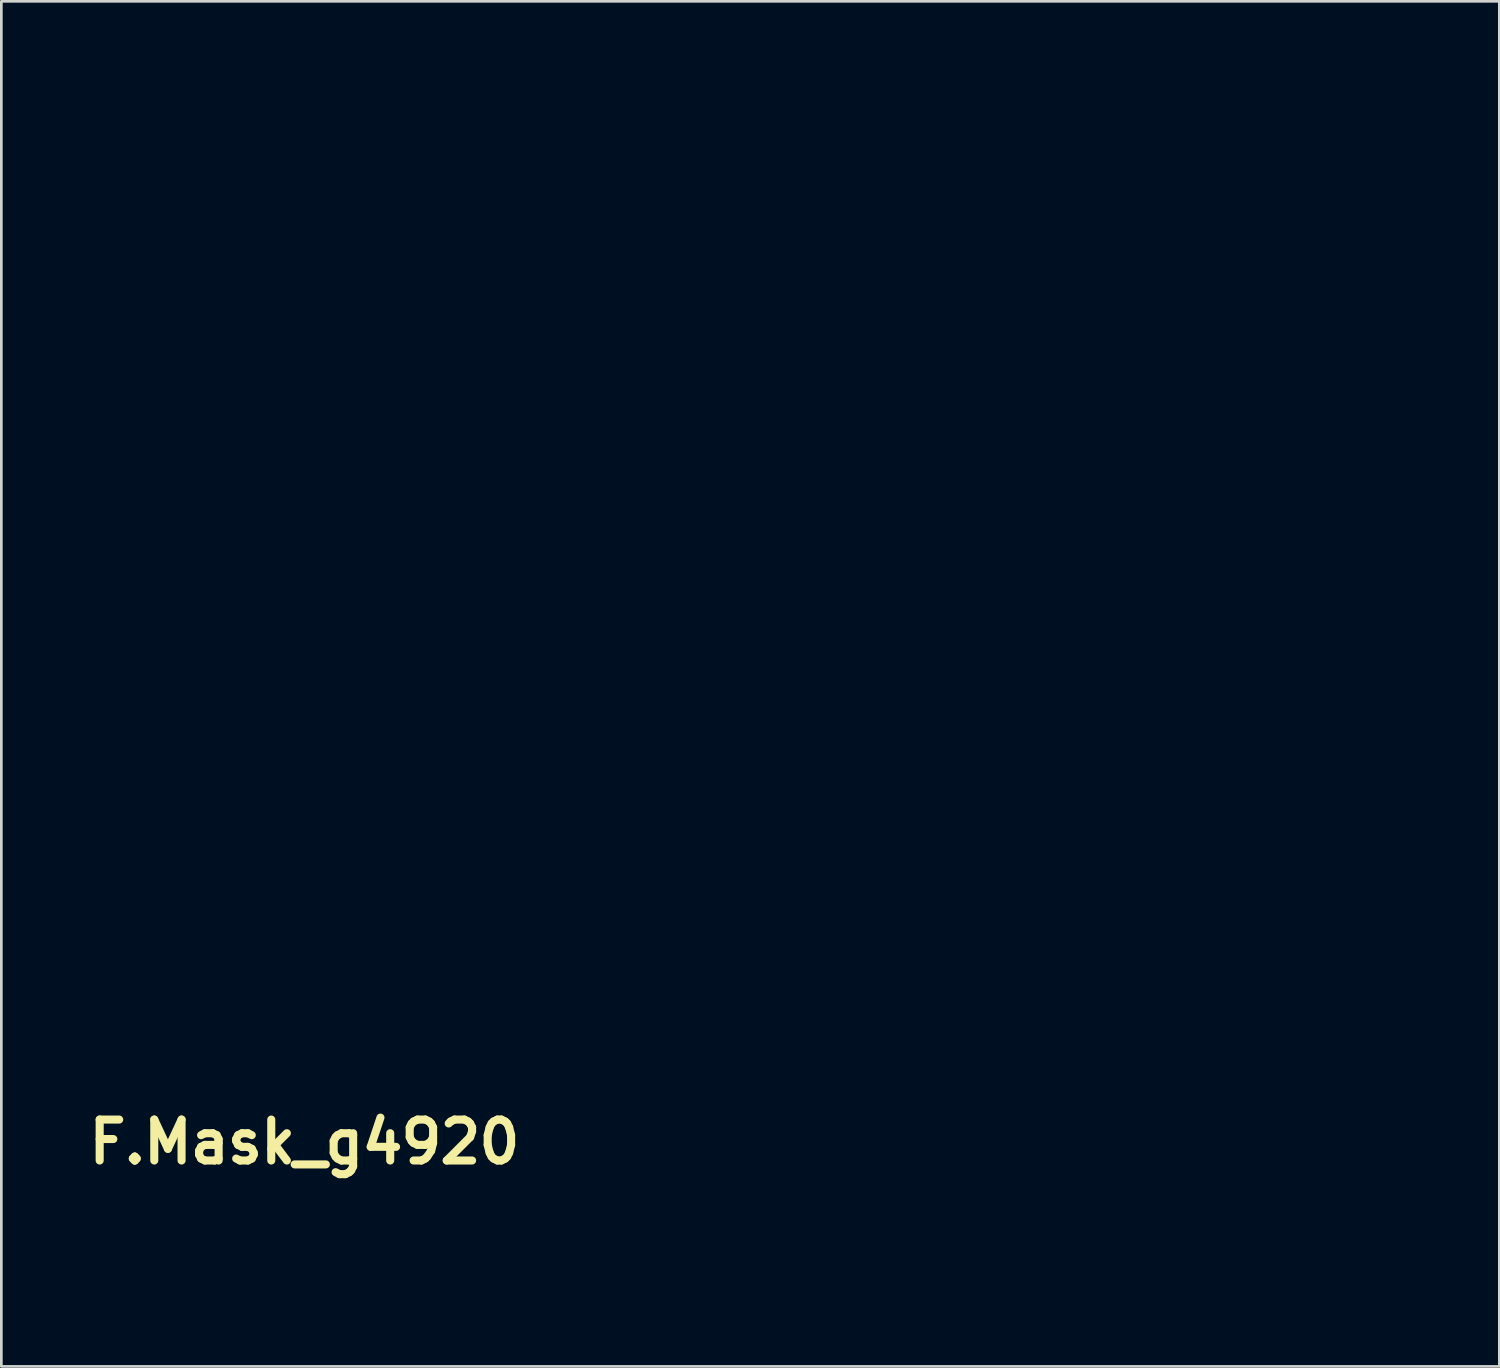
<source format=kicad_pcb>
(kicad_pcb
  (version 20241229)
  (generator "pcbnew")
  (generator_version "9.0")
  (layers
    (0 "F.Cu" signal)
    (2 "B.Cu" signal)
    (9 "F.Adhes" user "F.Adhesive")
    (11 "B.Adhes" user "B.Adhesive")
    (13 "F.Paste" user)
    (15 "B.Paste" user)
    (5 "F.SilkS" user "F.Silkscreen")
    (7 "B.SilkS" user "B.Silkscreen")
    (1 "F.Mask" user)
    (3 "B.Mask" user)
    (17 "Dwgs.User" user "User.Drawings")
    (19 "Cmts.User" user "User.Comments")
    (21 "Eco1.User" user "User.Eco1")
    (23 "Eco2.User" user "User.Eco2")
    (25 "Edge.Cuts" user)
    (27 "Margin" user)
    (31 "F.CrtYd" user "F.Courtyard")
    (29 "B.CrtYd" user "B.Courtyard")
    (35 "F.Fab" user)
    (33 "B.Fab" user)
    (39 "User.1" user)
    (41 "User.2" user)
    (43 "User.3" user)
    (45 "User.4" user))
  (footprint "F.Mask_g4920"
    (layer "F.Cu")
    (at 8.28 39.454)
    (property "Reference" "F.Mask_g4920" (at 0 0 0) (layer "F.SilkS") (effects (font (size 1.524 1.524) (thickness 0.3))))
    (attr through_hole)
    (fp_poly (pts (xy 7.624 -24.729) (xy 7.641 -24.712) (xy 7.654 -24.687) (xy 7.646 -24.68) (xy 7.616 -24.695) (xy 7.599 -24.712) (xy 7.586 -24.738) (xy 7.594 -24.744) (xy 7.624 -24.729)) (stroke (width 0.01) (type solid)) (fill yes) (layer "F.Mask"))
    (fp_poly (pts (xy 8.53 -24.945) (xy 8.551 -24.918) (xy 8.551 -24.912) (xy 8.535 -24.893) (xy 8.53 -24.892) (xy 8.512 -24.909) (xy 8.509 -24.925) (xy 8.519 -24.947) (xy 8.53 -24.945)) (stroke (width 0.01) (type solid)) (fill yes) (layer "F.Mask"))
    (fp_poly (pts (xy 13.254 -28.304) (xy 13.27 -28.277) (xy 13.268 -28.268) (xy 13.246 -28.269) (xy 13.243 -28.272) (xy 13.229 -28.304) (xy 13.229 -28.308) (xy 13.24 -28.315) (xy 13.254 -28.304)) (stroke (width 0.01) (type solid)) (fill yes) (layer "F.Mask"))
    (fp_poly (pts (xy 6.425 -14.047) (xy 6.449 -14.03) (xy 6.435 -14.002) (xy 6.434 -14.001) (xy 6.397 -13.972) (xy 6.366 -13.984) (xy 6.359 -13.993) (xy 6.358 -14.025) (xy 6.384 -14.047) (xy 6.423 -14.047) (xy 6.425 -14.047)) (stroke (width 0.01) (type solid)) (fill yes) (layer "F.Mask"))
    (fp_poly (pts (xy 9.23 -25.387) (xy 9.255 -25.37) (xy 9.28 -25.344) (xy 9.268 -25.322) (xy 9.264 -25.319) (xy 9.231 -25.307) (xy 9.211 -25.32) (xy 9.191 -25.354) (xy 9.188 -25.386) (xy 9.202 -25.399) (xy 9.23 -25.387)) (stroke (width 0.01) (type solid)) (fill yes) (layer "F.Mask"))
    (fp_poly (pts (xy 13.499 -27.526) (xy 13.506 -27.514) (xy 13.519 -27.475) (xy 13.502 -27.451) (xy 13.501 -27.451) (xy 13.463 -27.434) (xy 13.445 -27.45) (xy 13.441 -27.495) (xy 13.449 -27.545) (xy 13.47 -27.556) (xy 13.499 -27.526)) (stroke (width 0.01) (type solid)) (fill yes) (layer "F.Mask"))
    (fp_poly (pts (xy 16.942 -29.374) (xy 16.976 -29.361) (xy 16.991 -29.345) (xy 16.984 -29.319) (xy 16.954 -29.308) (xy 16.92 -29.317) (xy 16.915 -29.322) (xy 16.893 -29.353) (xy 16.891 -29.364) (xy 16.907 -29.376) (xy 16.942 -29.374)) (stroke (width 0.01) (type solid)) (fill yes) (layer "F.Mask"))
    (fp_poly (pts (xy 13.619 -27.4) (xy 13.629 -27.364) (xy 13.631 -27.294) (xy 13.629 -27.219) (xy 13.622 -27.184) (xy 13.608 -27.189) (xy 13.588 -27.232) (xy 13.571 -27.3) (xy 13.569 -27.359) (xy 13.581 -27.4) (xy 13.6 -27.411) (xy 13.619 -27.4)) (stroke (width 0.01) (type solid)) (fill yes) (layer "F.Mask"))
    (fp_poly (pts (xy 34.249 -16.399) (xy 34.296 -16.382) (xy 34.324 -16.357) (xy 34.374 -16.298) (xy 34.399 -16.261) (xy 34.4 -16.235) (xy 34.382 -16.21) (xy 34.368 -16.196) (xy 34.32 -16.151) (xy 34.069 -16.404) (xy 34.176 -16.404) (xy 34.249 -16.399)) (stroke (width 0.01) (type solid)) (fill yes) (layer "F.Mask"))
    (fp_poly (pts (xy 9.005 -24.374) (xy 9.039 -24.351) (xy 9.059 -24.327) (xy 9.057 -24.315) (xy 9.037 -24.299) (xy 8.999 -24.266) (xy 8.991 -24.259) (xy 8.932 -24.207) (xy 8.932 -24.296) (xy 8.936 -24.353) (xy 8.949 -24.379) (xy 8.972 -24.384) (xy 9.005 -24.374)) (stroke (width 0.01) (type solid)) (fill yes) (layer "F.Mask"))
    (fp_poly (pts (xy 18.408 -29.147) (xy 18.405 -29.095) (xy 18.403 -29.09) (xy 18.375 -29.043) (xy 18.338 -29.022) (xy 18.305 -29.032) (xy 18.299 -29.041) (xy 18.292 -29.083) (xy 18.304 -29.133) (xy 18.33 -29.17) (xy 18.337 -29.174) (xy 18.383 -29.176) (xy 18.408 -29.147)) (stroke (width 0.01) (type solid)) (fill yes) (layer "F.Mask"))
    (fp_poly (pts (xy 18.644 -27.18) (xy 18.646 -27.132) (xy 18.644 -27.109) (xy 18.638 -27.061) (xy 18.625 -27.048) (xy 18.596 -27.062) (xy 18.59 -27.067) (xy 18.551 -27.108) (xy 18.545 -27.151) (xy 18.573 -27.184) (xy 18.586 -27.189) (xy 18.626 -27.196) (xy 18.644 -27.18)) (stroke (width 0.01) (type solid)) (fill yes) (layer "F.Mask"))
    (fp_poly (pts (xy 10.716 -27.538) (xy 10.721 -27.531) (xy 10.741 -27.484) (xy 10.742 -27.457) (xy 10.735 -27.419) (xy 10.733 -27.408) (xy 10.714 -27.387) (xy 10.677 -27.383) (xy 10.649 -27.396) (xy 10.628 -27.443) (xy 10.633 -27.5) (xy 10.66 -27.54) (xy 10.69 -27.556) (xy 10.716 -27.538)) (stroke (width 0.01) (type solid)) (fill yes) (layer "F.Mask"))
    (fp_poly (pts (xy 34.59 -19.799) (xy 34.608 -19.766) (xy 34.596 -19.714) (xy 34.556 -19.65) (xy 34.542 -19.633) (xy 34.49 -19.583) (xy 34.441 -19.561) (xy 34.4 -19.558) (xy 34.323 -19.558) (xy 34.448 -19.684) (xy 34.507 -19.74) (xy 34.555 -19.781) (xy 34.585 -19.799) (xy 34.59 -19.799)) (stroke (width 0.01) (type solid)) (fill yes) (layer "F.Mask"))
    (fp_poly (pts (xy 8.524 -23.373) (xy 8.552 -23.326) (xy 8.553 -23.264) (xy 8.517 -23.223) (xy 8.445 -23.202) (xy 8.389 -23.199) (xy 8.316 -23.203) (xy 8.281 -23.215) (xy 8.276 -23.226) (xy 8.29 -23.256) (xy 8.326 -23.301) (xy 8.348 -23.323) (xy 8.414 -23.372) (xy 8.475 -23.388) (xy 8.524 -23.373)) (stroke (width 0.01) (type solid)) (fill yes) (layer "F.Mask"))
    (fp_poly (pts (xy 8.611 -25.256) (xy 8.637 -25.218) (xy 8.654 -25.179) (xy 8.647 -25.152) (xy 8.612 -25.119) (xy 8.604 -25.112) (xy 8.55 -25.073) (xy 8.521 -25.064) (xy 8.509 -25.084) (xy 8.509 -25.094) (xy 8.517 -25.137) (xy 8.536 -25.191) (xy 8.56 -25.24) (xy 8.582 -25.27) (xy 8.589 -25.273) (xy 8.611 -25.256)) (stroke (width 0.01) (type solid)) (fill yes) (layer "F.Mask"))
    (fp_poly (pts (xy 26.703 -29.503) (xy 26.736 -29.489) (xy 26.758 -29.459) (xy 26.769 -29.404) (xy 26.775 -29.32) (xy 26.776 -29.208) (xy 26.775 -29.095) (xy 26.77 -29.017) (xy 26.759 -28.966) (xy 26.739 -28.936) (xy 26.705 -28.918) (xy 26.656 -28.907) (xy 26.654 -28.907) (xy 26.585 -28.894) (xy 26.585 -29.506) (xy 26.655 -29.506) (xy 26.703 -29.503)) (stroke (width 0.01) (type solid)) (fill yes) (layer "F.Mask"))
    (fp_poly (pts (xy 33.662 -21.772) (xy 33.697 -21.723) (xy 33.717 -21.687) (xy 33.718 -21.68) (xy 33.704 -21.655) (xy 33.67 -21.615) (xy 33.659 -21.605) (xy 33.596 -21.561) (xy 33.534 -21.549) (xy 33.483 -21.567) (xy 33.464 -21.591) (xy 33.45 -21.642) (xy 33.466 -21.696) (xy 33.516 -21.758) (xy 33.535 -21.777) (xy 33.606 -21.846) (xy 33.662 -21.772)) (stroke (width 0.01) (type solid)) (fill yes) (layer "F.Mask"))
    (fp_poly (pts (xy 6.538 -15.391) (xy 6.54 -15.363) (xy 6.531 -15.313) (xy 6.515 -15.287) (xy 6.482 -15.274) (xy 6.424 -15.265) (xy 6.354 -15.262) (xy 6.286 -15.263) (xy 6.234 -15.27) (xy 6.214 -15.28) (xy 6.225 -15.297) (xy 6.266 -15.323) (xy 6.326 -15.351) (xy 6.394 -15.378) (xy 6.46 -15.398) (xy 6.477 -15.402) (xy 6.521 -15.407) (xy 6.538 -15.391)) (stroke (width 0.01) (type solid)) (fill yes) (layer "F.Mask"))
    (fp_poly (pts (xy 13.889 -26.843) (xy 13.906 -26.836) (xy 13.949 -26.81) (xy 13.967 -26.774) (xy 13.97 -26.728) (xy 13.969 -26.677) (xy 13.966 -26.651) (xy 13.965 -26.65) (xy 13.946 -26.661) (xy 13.918 -26.681) (xy 13.865 -26.706) (xy 13.828 -26.712) (xy 13.793 -26.72) (xy 13.781 -26.751) (xy 13.78 -26.776) (xy 13.791 -26.833) (xy 13.828 -26.855) (xy 13.889 -26.843)) (stroke (width 0.01) (type solid)) (fill yes) (layer "F.Mask"))
    (fp_poly (pts (xy 6.841 -15.246) (xy 6.872 -15.2) (xy 6.879 -15.152) (xy 6.864 -15.095) (xy 6.838 -15.071) (xy 6.803 -15.055) (xy 6.791 -15.053) (xy 6.767 -15.057) (xy 6.718 -15.066) (xy 6.701 -15.068) (xy 6.647 -15.082) (xy 6.614 -15.098) (xy 6.611 -15.103) (xy 6.62 -15.13) (xy 6.65 -15.174) (xy 6.666 -15.193) (xy 6.73 -15.244) (xy 6.791 -15.261) (xy 6.841 -15.246)) (stroke (width 0.01) (type solid)) (fill yes) (layer "F.Mask"))
    (fp_poly (pts (xy 9.895 -5.874) (xy 9.895 -4.942) (xy 9.767 -4.936) (xy 9.681 -4.936) (xy 9.612 -4.951) (xy 9.536 -4.984) (xy 9.524 -4.99) (xy 9.412 -5.067) (xy 9.335 -5.164) (xy 9.293 -5.283) (xy 9.282 -5.406) (xy 9.29 -5.523) (xy 9.316 -5.613) (xy 9.365 -5.693) (xy 9.421 -5.753) (xy 9.531 -5.832) (xy 9.661 -5.874) (xy 9.78 -5.88) (xy 9.895 -5.874)) (stroke (width 0.01) (type solid)) (fill yes) (layer "F.Mask"))
    (fp_poly (pts (xy 29.466 -8.794) (xy 29.479 -8.764) (xy 29.485 -8.707) (xy 29.482 -8.636) (xy 29.473 -8.564) (xy 29.457 -8.506) (xy 29.456 -8.503) (xy 29.424 -8.442) (xy 29.391 -8.393) (xy 29.369 -8.369) (xy 29.361 -8.373) (xy 29.365 -8.41) (xy 29.369 -8.435) (xy 29.388 -8.541) (xy 29.409 -8.638) (xy 29.429 -8.717) (xy 29.448 -8.772) (xy 29.463 -8.794) (xy 29.466 -8.794)) (stroke (width 0.01) (type solid)) (fill yes) (layer "F.Mask"))
    (fp_poly (pts (xy 6.152 -21.465) (xy 6.159 -21.419) (xy 6.16 -21.403) (xy 6.156 -21.358) (xy 6.141 -21.319) (xy 6.108 -21.276) (xy 6.051 -21.218) (xy 6.034 -21.202) (xy 5.955 -21.131) (xy 5.897 -21.093) (xy 5.858 -21.084) (xy 5.831 -21.103) (xy 5.831 -21.104) (xy 5.833 -21.137) (xy 5.859 -21.191) (xy 5.903 -21.257) (xy 5.957 -21.327) (xy 6.015 -21.393) (xy 6.071 -21.446) (xy 6.117 -21.478) (xy 6.138 -21.484) (xy 6.152 -21.465)) (stroke (width 0.01) (type solid)) (fill yes) (layer "F.Mask"))
    (fp_poly (pts (xy 7.119 -17.537) (xy 7.123 -17.526) (xy 7.163 -17.459) (xy 7.229 -17.425) (xy 7.272 -17.42) (xy 7.322 -17.416) (xy 7.342 -17.397) (xy 7.345 -17.371) (xy 7.334 -17.322) (xy 7.319 -17.297) (xy 7.278 -17.279) (xy 7.215 -17.273) (xy 7.15 -17.28) (xy 7.107 -17.295) (xy 7.085 -17.318) (xy 7.073 -17.363) (xy 7.07 -17.439) (xy 7.07 -17.442) (xy 7.074 -17.516) (xy 7.085 -17.559) (xy 7.101 -17.567) (xy 7.119 -17.537)) (stroke (width 0.01) (type solid)) (fill yes) (layer "F.Mask"))
    (fp_poly (pts (xy 19.016 -27.21) (xy 19.062 -27.172) (xy 19.089 -27.144) (xy 19.092 -27.138) (xy 19.078 -27.117) (xy 19.041 -27.076) (xy 18.987 -27.021) (xy 18.971 -27.005) (xy 18.88 -26.924) (xy 18.811 -26.877) (xy 18.763 -26.866) (xy 18.747 -26.874) (xy 18.735 -26.906) (xy 18.733 -26.928) (xy 18.723 -26.96) (xy 18.711 -26.966) (xy 18.69 -26.979) (xy 18.703 -27.015) (xy 18.748 -27.074) (xy 18.815 -27.144) (xy 18.94 -27.268) (xy 19.016 -27.21)) (stroke (width 0.01) (type solid)) (fill yes) (layer "F.Mask"))
    (fp_poly (pts (xy 26.209 -2.046) (xy 26.219 -2.019) (xy 26.224 -1.966) (xy 26.226 -1.884) (xy 26.224 -1.805) (xy 26.218 -1.746) (xy 26.211 -1.716) (xy 26.208 -1.714) (xy 26.182 -1.725) (xy 26.134 -1.752) (xy 26.093 -1.777) (xy 26.032 -1.824) (xy 25.981 -1.879) (xy 25.947 -1.932) (xy 25.936 -1.973) (xy 25.943 -1.989) (xy 25.974 -2.003) (xy 26.031 -2.021) (xy 26.098 -2.038) (xy 26.159 -2.05) (xy 26.193 -2.053) (xy 26.209 -2.046)) (stroke (width 0.01) (type solid)) (fill yes) (layer "F.Mask"))
    (fp_poly (pts (xy 26.285 -24.31) (xy 26.354 -24.264) (xy 26.384 -24.243) (xy 26.453 -24.19) (xy 26.494 -24.152) (xy 26.515 -24.119) (xy 26.521 -24.082) (xy 26.522 -24.061) (xy 26.518 -24.01) (xy 26.508 -23.983) (xy 26.505 -23.982) (xy 26.485 -23.996) (xy 26.441 -24.034) (xy 26.382 -24.091) (xy 26.323 -24.149) (xy 26.251 -24.222) (xy 26.207 -24.271) (xy 26.185 -24.302) (xy 26.183 -24.319) (xy 26.197 -24.329) (xy 26.202 -24.33) (xy 26.236 -24.33) (xy 26.285 -24.31)) (stroke (width 0.01) (type solid)) (fill yes) (layer "F.Mask"))
    (fp_poly (pts (xy 16.915 -26.908) (xy 16.949 -26.867) (xy 16.992 -26.811) (xy 17.038 -26.748) (xy 17.08 -26.69) (xy 17.111 -26.644) (xy 17.124 -26.621) (xy 17.124 -26.621) (xy 17.105 -26.608) (xy 17.059 -26.591) (xy 17.038 -26.585) (xy 16.976 -26.568) (xy 16.929 -26.553) (xy 16.921 -26.55) (xy 16.907 -26.551) (xy 16.898 -26.573) (xy 16.893 -26.622) (xy 16.891 -26.705) (xy 16.891 -26.731) (xy 16.892 -26.816) (xy 16.894 -26.881) (xy 16.898 -26.919) (xy 16.9 -26.924) (xy 16.915 -26.908)) (stroke (width 0.01) (type solid)) (fill yes) (layer "F.Mask"))
    (fp_poly (pts (xy 5.798 -14.294) (xy 5.839 -14.26) (xy 5.902 -14.198) (xy 5.985 -14.11) (xy 6.075 -14.011) (xy 6.202 -13.869) (xy 6.303 -13.756) (xy 6.379 -13.67) (xy 6.433 -13.606) (xy 6.465 -13.564) (xy 6.479 -13.539) (xy 6.474 -13.53) (xy 6.454 -13.533) (xy 6.42 -13.545) (xy 6.373 -13.565) (xy 6.348 -13.575) (xy 6.173 -13.669) (xy 6.025 -13.795) (xy 5.906 -13.949) (xy 5.821 -14.128) (xy 5.811 -14.155) (xy 5.792 -14.223) (xy 5.782 -14.277) (xy 5.782 -14.298) (xy 5.798 -14.294)) (stroke (width 0.01) (type solid)) (fill yes) (layer "F.Mask"))
    (fp_poly (pts (xy 9.35 -27.805) (xy 9.399 -27.78) (xy 9.408 -27.772) (xy 9.435 -27.745) (xy 9.458 -27.744) (xy 9.495 -27.767) (xy 9.502 -27.773) (xy 9.553 -27.8) (xy 9.611 -27.805) (xy 9.647 -27.801) (xy 9.717 -27.782) (xy 9.761 -27.757) (xy 9.774 -27.728) (xy 9.756 -27.706) (xy 9.711 -27.693) (xy 9.638 -27.688) (xy 9.55 -27.691) (xy 9.461 -27.702) (xy 9.398 -27.715) (xy 9.324 -27.74) (xy 9.255 -27.768) (xy 9.239 -27.776) (xy 9.176 -27.811) (xy 9.273 -27.812) (xy 9.35 -27.805)) (stroke (width 0.01) (type solid)) (fill yes) (layer "F.Mask"))
    (fp_poly (pts (xy 24.933 -26.015) (xy 24.993 -25.961) (xy 25.038 -25.916) (xy 25.06 -25.888) (xy 25.061 -25.884) (xy 25.048 -25.859) (xy 25.014 -25.815) (xy 24.993 -25.79) (xy 24.924 -25.715) (xy 24.902 -25.764) (xy 24.879 -25.797) (xy 24.839 -25.809) (xy 24.803 -25.808) (xy 24.751 -25.809) (xy 24.727 -25.824) (xy 24.719 -25.86) (xy 24.698 -25.911) (xy 24.664 -25.928) (xy 24.639 -25.936) (xy 24.635 -25.95) (xy 24.654 -25.976) (xy 24.7 -26.023) (xy 24.71 -26.033) (xy 24.805 -26.126) (xy 24.933 -26.015)) (stroke (width 0.01) (type solid)) (fill yes) (layer "F.Mask"))
    (fp_poly (pts (xy 8.081 -25.265) (xy 8.133 -25.236) (xy 8.161 -25.18) (xy 8.17 -25.091) (xy 8.17 -25.078) (xy 8.177 -24.99) (xy 8.2 -24.922) (xy 8.223 -24.883) (xy 8.262 -24.82) (xy 8.273 -24.787) (xy 8.256 -24.786) (xy 8.211 -24.818) (xy 8.185 -24.84) (xy 8.109 -24.883) (xy 8.055 -24.892) (xy 7.985 -24.892) (xy 7.976 -25.042) (xy 7.968 -25.133) (xy 7.954 -25.189) (xy 7.932 -25.219) (xy 7.931 -25.219) (xy 7.901 -25.247) (xy 7.905 -25.264) (xy 7.946 -25.272) (xy 7.998 -25.273) (xy 8.081 -25.265)) (stroke (width 0.01) (type solid)) (fill yes) (layer "F.Mask"))
    (fp_poly (pts (xy 17.714 -34.088) (xy 17.842 -34.045) (xy 17.946 -33.97) (xy 18.022 -33.866) (xy 18.068 -33.737) (xy 18.079 -33.62) (xy 18.062 -33.473) (xy 18.012 -33.352) (xy 17.928 -33.256) (xy 17.81 -33.185) (xy 17.764 -33.167) (xy 17.695 -33.143) (xy 17.695 -31.475) (xy 17.505 -31.475) (xy 17.505 -33.12) (xy 17.395 -33.192) (xy 17.277 -33.284) (xy 17.197 -33.385) (xy 17.149 -33.5) (xy 17.142 -33.529) (xy 17.134 -33.665) (xy 17.163 -33.793) (xy 17.224 -33.906) (xy 17.314 -33.998) (xy 17.426 -34.063) (xy 17.557 -34.095) (xy 17.566 -34.095) (xy 17.714 -34.088)) (stroke (width 0.01) (type solid)) (fill yes) (layer "F.Mask"))
    (fp_poly (pts (xy 7.49 -15.126) (xy 7.529 -15.119) (xy 7.594 -15.109) (xy 7.649 -15.102) (xy 7.773 -15.088) (xy 7.76 -14.987) (xy 7.755 -14.917) (xy 7.766 -14.869) (xy 7.789 -14.832) (xy 7.827 -14.772) (xy 7.827 -14.733) (xy 7.792 -14.713) (xy 7.759 -14.711) (xy 7.709 -14.705) (xy 7.68 -14.689) (xy 7.679 -14.687) (xy 7.662 -14.686) (xy 7.63 -14.713) (xy 7.614 -14.731) (xy 7.577 -14.785) (xy 7.558 -14.835) (xy 7.556 -14.845) (xy 7.544 -14.898) (xy 7.522 -14.941) (xy 7.493 -14.997) (xy 7.471 -15.063) (xy 7.463 -15.111) (xy 7.471 -15.128) (xy 7.49 -15.126)) (stroke (width 0.01) (type solid)) (fill yes) (layer "F.Mask"))
    (fp_poly (pts (xy 26.248 -29.638) (xy 26.255 -29.634) (xy 26.309 -29.612) (xy 26.343 -29.604) (xy 26.357 -29.599) (xy 26.368 -29.587) (xy 26.376 -29.562) (xy 26.381 -29.518) (xy 26.385 -29.448) (xy 26.388 -29.348) (xy 26.39 -29.212) (xy 26.39 -29.203) (xy 26.391 -29.046) (xy 26.389 -28.927) (xy 26.385 -28.849) (xy 26.378 -28.811) (xy 26.374 -28.808) (xy 26.359 -28.826) (xy 26.352 -28.87) (xy 26.352 -28.871) (xy 26.348 -28.904) (xy 26.329 -28.938) (xy 26.29 -28.98) (xy 26.227 -29.037) (xy 26.183 -29.074) (xy 26.014 -29.214) (xy 26.014 -29.545) (xy 26.111 -29.602) (xy 26.173 -29.635) (xy 26.214 -29.646) (xy 26.248 -29.638)) (stroke (width 0.01) (type solid)) (fill yes) (layer "F.Mask"))
    (fp_poly (pts (xy 29.492 -29.193) (xy 29.605 -29.135) (xy 29.699 -29.041) (xy 29.744 -28.97) (xy 29.778 -28.871) (xy 29.791 -28.756) (xy 29.783 -28.638) (xy 29.757 -28.528) (xy 29.713 -28.437) (xy 29.672 -28.39) (xy 29.653 -28.388) (xy 29.618 -28.4) (xy 29.563 -28.43) (xy 29.483 -28.479) (xy 29.375 -28.549) (xy 29.285 -28.609) (xy 29.174 -28.684) (xy 29.075 -28.752) (xy 28.992 -28.809) (xy 28.932 -28.852) (xy 28.9 -28.876) (xy 28.898 -28.878) (xy 28.891 -28.912) (xy 28.91 -28.964) (xy 28.948 -29.024) (xy 28.999 -29.083) (xy 29.057 -29.131) (xy 29.084 -29.147) (xy 29.226 -29.2) (xy 29.364 -29.215) (xy 29.492 -29.193)) (stroke (width 0.01) (type solid)) (fill yes) (layer "F.Mask"))
    (fp_poly (pts (xy 10.398 -28.76) (xy 10.403 -28.75) (xy 10.419 -28.687) (xy 10.427 -28.606) (xy 10.429 -28.514) (xy 10.426 -28.423) (xy 10.416 -28.34) (xy 10.402 -28.276) (xy 10.384 -28.241) (xy 10.374 -28.236) (xy 10.349 -28.25) (xy 10.319 -28.279) (xy 10.277 -28.311) (xy 10.245 -28.321) (xy 10.204 -28.306) (xy 10.171 -28.279) (xy 10.124 -28.248) (xy 10.069 -28.237) (xy 10.02 -28.247) (xy 9.997 -28.271) (xy 10.001 -28.298) (xy 10.03 -28.34) (xy 10.086 -28.403) (xy 10.167 -28.484) (xy 10.248 -28.564) (xy 10.302 -28.624) (xy 10.334 -28.668) (xy 10.348 -28.703) (xy 10.351 -28.724) (xy 10.358 -28.772) (xy 10.376 -28.785) (xy 10.398 -28.76)) (stroke (width 0.01) (type solid)) (fill yes) (layer "F.Mask"))
    (fp_poly (pts (xy 16.57 -29.579) (xy 16.644 -29.54) (xy 16.682 -29.513) (xy 16.742 -29.463) (xy 16.773 -29.424) (xy 16.784 -29.383) (xy 16.785 -29.365) (xy 16.794 -29.311) (xy 16.829 -29.266) (xy 16.859 -29.24) (xy 16.917 -29.188) (xy 16.935 -29.149) (xy 16.913 -29.12) (xy 16.849 -29.1) (xy 16.815 -29.094) (xy 16.776 -29.09) (xy 16.743 -29.095) (xy 16.706 -29.113) (xy 16.657 -29.148) (xy 16.588 -29.206) (xy 16.56 -29.23) (xy 16.483 -29.297) (xy 16.433 -29.345) (xy 16.403 -29.383) (xy 16.388 -29.418) (xy 16.381 -29.459) (xy 16.38 -29.474) (xy 16.379 -29.537) (xy 16.394 -29.573) (xy 16.435 -29.588) (xy 16.504 -29.591) (xy 16.57 -29.579)) (stroke (width 0.01) (type solid)) (fill yes) (layer "F.Mask"))
    (fp_poly (pts (xy 28.199 -28.111) (xy 28.289 -28.099) (xy 28.305 -27.943) (xy 28.311 -27.842) (xy 28.306 -27.774) (xy 28.294 -27.742) (xy 28.275 -27.686) (xy 28.268 -27.633) (xy 28.264 -27.593) (xy 28.246 -27.573) (xy 28.2 -27.565) (xy 28.18 -27.563) (xy 28.126 -27.562) (xy 28.093 -27.574) (xy 28.064 -27.61) (xy 28.042 -27.648) (xy 28 -27.711) (xy 27.957 -27.741) (xy 27.936 -27.745) (xy 27.873 -27.767) (xy 27.841 -27.816) (xy 27.838 -27.88) (xy 27.846 -27.926) (xy 27.869 -27.949) (xy 27.918 -27.96) (xy 27.929 -27.961) (xy 27.999 -27.981) (xy 28.036 -28.017) (xy 28.072 -28.079) (xy 28.111 -28.109) (xy 28.165 -28.114) (xy 28.199 -28.111)) (stroke (width 0.01) (type solid)) (fill yes) (layer "F.Mask"))
    (fp_poly (pts (xy 33.284 -21.5) (xy 33.332 -21.479) (xy 33.383 -21.433) (xy 33.39 -21.426) (xy 33.435 -21.376) (xy 33.456 -21.336) (xy 33.459 -21.288) (xy 33.454 -21.242) (xy 33.444 -21.178) (xy 33.435 -21.132) (xy 33.43 -21.12) (xy 33.405 -21.11) (xy 33.352 -21.104) (xy 33.32 -21.103) (xy 33.243 -21.11) (xy 33.19 -21.135) (xy 33.173 -21.15) (xy 33.109 -21.189) (xy 33.026 -21.208) (xy 32.965 -21.217) (xy 32.934 -21.231) (xy 32.922 -21.262) (xy 32.918 -21.302) (xy 32.922 -21.371) (xy 32.95 -21.408) (xy 33.008 -21.42) (xy 33.011 -21.42) (xy 33.059 -21.436) (xy 33.094 -21.463) (xy 33.145 -21.495) (xy 33.222 -21.505) (xy 33.223 -21.505) (xy 33.284 -21.5)) (stroke (width 0.01) (type solid)) (fill yes) (layer "F.Mask"))
    (fp_poly (pts (xy 7.462 -25.444) (xy 7.468 -25.392) (xy 7.471 -25.316) (xy 7.472 -25.277) (xy 7.472 -25.187) (xy 7.476 -25.129) (xy 7.487 -25.089) (xy 7.508 -25.058) (xy 7.542 -25.023) (xy 7.546 -25.019) (xy 7.589 -24.972) (xy 7.616 -24.934) (xy 7.62 -24.922) (xy 7.604 -24.895) (xy 7.566 -24.862) (xy 7.523 -24.836) (xy 7.498 -24.828) (xy 7.475 -24.843) (xy 7.433 -24.879) (xy 7.388 -24.923) (xy 7.337 -24.977) (xy 7.313 -25.012) (xy 7.309 -25.041) (xy 7.32 -25.072) (xy 7.349 -25.116) (xy 7.376 -25.138) (xy 7.4 -25.167) (xy 7.408 -25.209) (xy 7.412 -25.282) (xy 7.421 -25.355) (xy 7.433 -25.417) (xy 7.446 -25.456) (xy 7.454 -25.463) (xy 7.462 -25.444)) (stroke (width 0.01) (type solid)) (fill yes) (layer "F.Mask"))
    (fp_poly (pts (xy 12.476 -29.578) (xy 12.519 -29.539) (xy 12.585 -29.476) (xy 12.672 -29.392) (xy 12.775 -29.291) (xy 12.892 -29.176) (xy 13.018 -29.05) (xy 13.051 -29.018) (xy 13.632 -28.436) (xy 13.627 -28.056) (xy 13.621 -27.677) (xy 13.531 -27.82) (xy 13.488 -27.889) (xy 13.462 -27.942) (xy 13.448 -27.992) (xy 13.442 -28.053) (xy 13.441 -28.14) (xy 13.441 -28.158) (xy 13.441 -28.352) (xy 13.103 -28.691) (xy 12.991 -28.804) (xy 12.903 -28.894) (xy 12.835 -28.969) (xy 12.78 -29.035) (xy 12.732 -29.1) (xy 12.687 -29.17) (xy 12.637 -29.253) (xy 12.607 -29.305) (xy 12.553 -29.402) (xy 12.508 -29.485) (xy 12.476 -29.548) (xy 12.46 -29.584) (xy 12.459 -29.59) (xy 12.476 -29.578)) (stroke (width 0.01) (type solid)) (fill yes) (layer "F.Mask"))
    (fp_poly (pts (xy 15.432 -27.263) (xy 15.493 -27.26) (xy 15.599 -27.252) (xy 15.682 -27.242) (xy 15.747 -27.225) (xy 15.8 -27.196) (xy 15.846 -27.151) (xy 15.89 -27.085) (xy 15.936 -26.992) (xy 15.991 -26.869) (xy 16.039 -26.757) (xy 16.091 -26.635) (xy 16.136 -26.527) (xy 16.172 -26.438) (xy 16.197 -26.375) (xy 16.208 -26.343) (xy 16.208 -26.34) (xy 16.192 -26.352) (xy 16.15 -26.392) (xy 16.085 -26.454) (xy 16.002 -26.535) (xy 15.903 -26.632) (xy 15.793 -26.742) (xy 15.742 -26.793) (xy 15.628 -26.907) (xy 15.524 -27.012) (xy 15.434 -27.103) (xy 15.362 -27.177) (xy 15.311 -27.231) (xy 15.285 -27.259) (xy 15.282 -27.263) (xy 15.302 -27.266) (xy 15.355 -27.266) (xy 15.432 -27.263)) (stroke (width 0.01) (type solid)) (fill yes) (layer "F.Mask"))
    (fp_poly (pts (xy 9.111 -4.939) (xy 9.226 -4.887) (xy 9.277 -4.859) (xy 9.321 -4.84) (xy 9.369 -4.827) (xy 9.43 -4.819) (xy 9.514 -4.813) (xy 9.626 -4.809) (xy 9.906 -4.799) (xy 9.906 -4.614) (xy 9.398 -4.614) (xy 9.398 -4.534) (xy 9.38 -4.39) (xy 9.328 -4.263) (xy 9.247 -4.158) (xy 9.143 -4.079) (xy 9.019 -4.033) (xy 8.917 -4.022) (xy 8.834 -4.031) (xy 8.75 -4.053) (xy 8.73 -4.061) (xy 8.625 -4.13) (xy 8.535 -4.228) (xy 8.468 -4.345) (xy 8.43 -4.469) (xy 8.425 -4.534) (xy 8.439 -4.605) (xy 8.477 -4.691) (xy 8.53 -4.779) (xy 8.591 -4.854) (xy 8.61 -4.872) (xy 8.713 -4.938) (xy 8.836 -4.971) (xy 8.971 -4.971) (xy 9.111 -4.939)) (stroke (width 0.01) (type solid)) (fill yes) (layer "F.Mask"))
    (fp_poly (pts (xy 27.944 -2.394) (xy 27.963 -2.347) (xy 27.982 -2.284) (xy 27.996 -2.219) (xy 28.003 -2.164) (xy 28.003 -2.158) (xy 27.983 -2.034) (xy 27.927 -1.917) (xy 27.839 -1.814) (xy 27.727 -1.735) (xy 27.724 -1.734) (xy 27.638 -1.706) (xy 27.532 -1.695) (xy 27.424 -1.7) (xy 27.335 -1.723) (xy 27.335 -1.723) (xy 27.284 -1.754) (xy 27.226 -1.801) (xy 27.172 -1.854) (xy 27.131 -1.902) (xy 27.115 -1.937) (xy 27.114 -1.938) (xy 27.132 -1.953) (xy 27.18 -1.985) (xy 27.252 -2.03) (xy 27.342 -2.084) (xy 27.443 -2.144) (xy 27.549 -2.206) (xy 27.653 -2.266) (xy 27.749 -2.32) (xy 27.831 -2.365) (xy 27.892 -2.397) (xy 27.926 -2.412) (xy 27.929 -2.413) (xy 27.944 -2.394)) (stroke (width 0.01) (type solid)) (fill yes) (layer "F.Mask"))
    (fp_poly (pts (xy 29.01 -13.109) (xy 29.131 -13.065) (xy 29.226 -12.989) (xy 29.297 -12.886) (xy 29.329 -12.814) (xy 29.335 -12.77) (xy 29.312 -12.748) (xy 29.26 -12.742) (xy 29.258 -12.742) (xy 29.198 -12.736) (xy 29.134 -12.717) (xy 29.06 -12.683) (xy 28.968 -12.629) (xy 28.853 -12.553) (xy 28.779 -12.502) (xy 28.691 -12.442) (xy 28.614 -12.392) (xy 28.556 -12.357) (xy 28.523 -12.341) (xy 28.52 -12.34) (xy 28.494 -12.357) (xy 28.461 -12.401) (xy 28.448 -12.424) (xy 28.42 -12.491) (xy 28.41 -12.555) (xy 28.417 -12.626) (xy 28.444 -12.713) (xy 28.492 -12.825) (xy 28.505 -12.852) (xy 28.559 -12.961) (xy 28.606 -13.036) (xy 28.654 -13.084) (xy 28.711 -13.11) (xy 28.785 -13.121) (xy 28.86 -13.123) (xy 29.01 -13.109)) (stroke (width 0.01) (type solid)) (fill yes) (layer "F.Mask"))
    (fp_poly (pts (xy 19.775 -28.749) (xy 19.788 -28.725) (xy 19.764 -28.691) (xy 19.759 -28.688) (xy 19.713 -28.659) (xy 19.65 -28.626) (xy 19.627 -28.616) (xy 19.538 -28.577) (xy 19.532 -28.253) (xy 19.53 -28.13) (xy 19.527 -28.042) (xy 19.523 -27.985) (xy 19.516 -27.95) (xy 19.506 -27.932) (xy 19.491 -27.925) (xy 19.479 -27.923) (xy 19.444 -27.925) (xy 19.432 -27.952) (xy 19.431 -27.978) (xy 19.416 -28.039) (xy 19.389 -28.078) (xy 19.366 -28.105) (xy 19.353 -28.144) (xy 19.347 -28.206) (xy 19.346 -28.277) (xy 19.347 -28.354) (xy 19.353 -28.41) (xy 19.369 -28.456) (xy 19.399 -28.508) (xy 19.448 -28.578) (xy 19.457 -28.59) (xy 19.512 -28.664) (xy 19.552 -28.711) (xy 19.588 -28.737) (xy 19.627 -28.751) (xy 19.659 -28.757) (xy 19.731 -28.761) (xy 19.775 -28.749)) (stroke (width 0.01) (type solid)) (fill yes) (layer "F.Mask"))
    (fp_poly (pts (xy 35.977 -18.799) (xy 36.063 -18.761) (xy 36.154 -18.692) (xy 36.214 -18.636) (xy 36.349 -18.501) (xy 36.339 -18.336) (xy 36.315 -18.178) (xy 36.265 -18.052) (xy 36.188 -17.957) (xy 36.083 -17.893) (xy 35.984 -17.865) (xy 35.919 -17.853) (xy 35.873 -17.847) (xy 35.859 -17.846) (xy 35.832 -17.851) (xy 35.778 -17.86) (xy 35.748 -17.865) (xy 35.679 -17.88) (xy 35.622 -17.898) (xy 35.608 -17.904) (xy 35.558 -17.943) (xy 35.499 -18.006) (xy 35.443 -18.08) (xy 35.408 -18.137) (xy 35.367 -18.187) (xy 35.328 -18.203) (xy 35.302 -18.209) (xy 35.289 -18.231) (xy 35.285 -18.282) (xy 35.285 -18.309) (xy 35.287 -18.372) (xy 35.296 -18.404) (xy 35.317 -18.414) (xy 35.332 -18.415) (xy 35.366 -18.425) (xy 35.398 -18.461) (xy 35.433 -18.526) (xy 35.512 -18.644) (xy 35.619 -18.733) (xy 35.751 -18.789) (xy 35.78 -18.796) (xy 35.886 -18.809) (xy 35.977 -18.799)) (stroke (width 0.01) (type solid)) (fill yes) (layer "F.Mask"))
    (fp_poly (pts (xy 31.962 -27.653) (xy 32.038 -27.648) (xy 32.098 -27.637) (xy 32.154 -27.618) (xy 32.2 -27.597) (xy 32.342 -27.51) (xy 32.473 -27.393) (xy 32.58 -27.256) (xy 32.624 -27.18) (xy 32.657 -27.107) (xy 32.678 -27.047) (xy 32.688 -26.983) (xy 32.691 -26.901) (xy 32.691 -26.85) (xy 32.676 -26.667) (xy 32.631 -26.507) (xy 32.554 -26.359) (xy 32.548 -26.349) (xy 32.51 -26.305) (xy 32.453 -26.251) (xy 32.387 -26.194) (xy 32.319 -26.142) (xy 32.26 -26.102) (xy 32.219 -26.082) (xy 32.209 -26.081) (xy 32.189 -26.096) (xy 32.143 -26.138) (xy 32.074 -26.204) (xy 31.986 -26.29) (xy 31.882 -26.392) (xy 31.767 -26.508) (xy 31.648 -26.628) (xy 31.111 -27.172) (xy 31.156 -27.261) (xy 31.249 -27.399) (xy 31.374 -27.512) (xy 31.49 -27.582) (xy 31.558 -27.615) (xy 31.613 -27.636) (xy 31.668 -27.648) (xy 31.737 -27.653) (xy 31.832 -27.654) (xy 31.856 -27.654) (xy 31.962 -27.653)) (stroke (width 0.01) (type solid)) (fill yes) (layer "F.Mask"))
    (fp_poly (pts (xy 34.34 -25.045) (xy 34.449 -24.994) (xy 34.519 -24.935) (xy 34.611 -24.817) (xy 34.665 -24.69) (xy 34.681 -24.56) (xy 34.658 -24.432) (xy 34.597 -24.312) (xy 34.511 -24.217) (xy 34.453 -24.171) (xy 34.399 -24.137) (xy 34.382 -24.129) (xy 34.306 -24.113) (xy 34.204 -24.11) (xy 34.092 -24.119) (xy 33.983 -24.14) (xy 33.967 -24.144) (xy 33.842 -24.179) (xy 33.669 -24.006) (xy 33.586 -23.925) (xy 33.529 -23.872) (xy 33.492 -23.844) (xy 33.472 -23.837) (xy 33.465 -23.849) (xy 33.465 -23.855) (xy 33.446 -23.871) (xy 33.413 -23.876) (xy 33.369 -23.882) (xy 33.35 -23.893) (xy 33.361 -23.914) (xy 33.396 -23.958) (xy 33.452 -24.019) (xy 33.522 -24.092) (xy 33.541 -24.11) (xy 33.742 -24.31) (xy 33.728 -24.5) (xy 33.723 -24.613) (xy 33.728 -24.695) (xy 33.746 -24.76) (xy 33.782 -24.817) (xy 33.839 -24.881) (xy 33.848 -24.89) (xy 33.967 -24.988) (xy 34.091 -25.044) (xy 34.211 -25.061) (xy 34.34 -25.045)) (stroke (width 0.01) (type solid)) (fill yes) (layer "F.Mask"))
    (fp_poly (pts (xy 9.494 -7.978) (xy 9.612 -7.888) (xy 9.179 -7.453) (xy 9.239 -7.32) (xy 9.287 -7.164) (xy 9.298 -6.991) (xy 9.273 -6.808) (xy 9.251 -6.729) (xy 9.186 -6.586) (xy 9.09 -6.459) (xy 8.969 -6.352) (xy 8.831 -6.27) (xy 8.682 -6.216) (xy 8.529 -6.195) (xy 8.379 -6.21) (xy 8.363 -6.214) (xy 8.206 -6.271) (xy 8.059 -6.353) (xy 7.935 -6.451) (xy 7.904 -6.483) (xy 7.813 -6.615) (xy 7.755 -6.764) (xy 7.73 -6.923) (xy 7.737 -7.086) (xy 7.773 -7.246) (xy 7.839 -7.396) (xy 7.932 -7.531) (xy 8.051 -7.643) (xy 8.131 -7.694) (xy 8.189 -7.724) (xy 8.244 -7.743) (xy 8.307 -7.754) (xy 8.391 -7.761) (xy 8.46 -7.765) (xy 8.583 -7.767) (xy 8.677 -7.761) (xy 8.756 -7.747) (xy 8.792 -7.736) (xy 8.866 -7.718) (xy 8.932 -7.711) (xy 8.962 -7.713) (xy 8.998 -7.732) (xy 9.055 -7.775) (xy 9.126 -7.834) (xy 9.195 -7.897) (xy 9.375 -8.067) (xy 9.494 -7.978)) (stroke (width 0.01) (type solid)) (fill yes) (layer "F.Mask"))
    (fp_poly (pts (xy 17.521 -29.049) (xy 17.553 -29.035) (xy 17.57 -29.013) (xy 17.577 -28.972) (xy 17.577 -28.9) (xy 17.577 -28.9) (xy 17.562 -28.791) (xy 17.525 -28.669) (xy 17.473 -28.551) (xy 17.417 -28.463) (xy 17.392 -28.438) (xy 17.368 -28.446) (xy 17.354 -28.46) (xy 17.311 -28.483) (xy 17.248 -28.498) (xy 17.232 -28.499) (xy 17.149 -28.517) (xy 17.082 -28.564) (xy 17.033 -28.622) (xy 17.021 -28.673) (xy 17.043 -28.728) (xy 17.052 -28.741) (xy 17.072 -28.787) (xy 17.076 -28.849) (xy 17.071 -28.893) (xy 17.065 -28.962) (xy 17.077 -29.001) (xy 17.115 -29.019) (xy 17.187 -29.027) (xy 17.192 -29.027) (xy 17.246 -29.02) (xy 17.265 -28.993) (xy 17.25 -28.944) (xy 17.2 -28.871) (xy 17.2 -28.871) (xy 17.159 -28.816) (xy 17.141 -28.783) (xy 17.145 -28.759) (xy 17.16 -28.74) (xy 17.198 -28.709) (xy 17.235 -28.709) (xy 17.28 -28.743) (xy 17.312 -28.777) (xy 17.364 -28.854) (xy 17.378 -28.922) (xy 17.393 -28.994) (xy 17.432 -29.041) (xy 17.488 -29.056) (xy 17.521 -29.049)) (stroke (width 0.01) (type solid)) (fill yes) (layer "F.Mask"))
    (fp_poly (pts (xy 18.591 -39.434) (xy 18.742 -39.39) (xy 18.86 -39.329) (xy 18.978 -39.237) (xy 19.086 -39.126) (xy 19.174 -39.005) (xy 19.201 -38.955) (xy 19.23 -38.894) (xy 19.249 -38.845) (xy 19.259 -38.797) (xy 19.262 -38.737) (xy 19.26 -38.654) (xy 19.257 -38.587) (xy 19.25 -38.474) (xy 19.24 -38.391) (xy 19.225 -38.326) (xy 19.202 -38.267) (xy 19.189 -38.239) (xy 19.115 -38.125) (xy 19.008 -38.012) (xy 18.879 -37.91) (xy 18.751 -37.834) (xy 18.605 -37.761) (xy 18.605 -35.105) (xy 19.241 -34.47) (xy 19.875 -33.835) (xy 19.875 -32.248) (xy 19.5 -31.872) (xy 19.125 -31.496) (xy 18.616 -31.496) (xy 19.516 -32.396) (xy 19.516 -33.638) (xy 18.86 -34.306) (xy 18.203 -34.974) (xy 18.203 -37.773) (xy 18.057 -37.863) (xy 17.891 -37.986) (xy 17.761 -38.127) (xy 17.668 -38.282) (xy 17.615 -38.45) (xy 17.601 -38.629) (xy 17.619 -38.775) (xy 17.677 -38.959) (xy 17.768 -39.117) (xy 17.89 -39.248) (xy 18.042 -39.349) (xy 18.223 -39.419) (xy 18.245 -39.425) (xy 18.417 -39.449) (xy 18.591 -39.434)) (stroke (width 0.01) (type solid)) (fill yes) (layer "F.Mask"))
    (fp_poly (pts (xy 20.522 -0.708) (xy 20.529 -0.679) (xy 20.531 -0.621) (xy 20.532 -0.564) (xy 20.533 -0.481) (xy 20.538 -0.429) (xy 20.551 -0.397) (xy 20.574 -0.376) (xy 20.583 -0.37) (xy 20.618 -0.335) (xy 20.639 -0.28) (xy 20.648 -0.226) (xy 20.66 -0.138) (xy 20.673 -0.084) (xy 20.693 -0.055) (xy 20.727 -0.044) (xy 20.782 -0.042) (xy 20.795 -0.042) (xy 20.862 -0.04) (xy 20.903 -0.026) (xy 20.925 0.007) (xy 20.933 0.067) (xy 20.934 0.14) (xy 20.915 0.271) (xy 20.861 0.384) (xy 20.779 0.477) (xy 20.675 0.544) (xy 20.554 0.583) (xy 20.423 0.59) (xy 20.289 0.561) (xy 20.183 0.511) (xy 20.104 0.442) (xy 20.042 0.35) (xy 19.985 0.214) (xy 19.969 0.087) (xy 19.994 -0.032) (xy 20.06 -0.144) (xy 20.167 -0.249) (xy 20.234 -0.299) (xy 20.34 -0.37) (xy 20.341 -0.534) (xy 20.342 -0.617) (xy 20.346 -0.666) (xy 20.356 -0.69) (xy 20.374 -0.698) (xy 20.389 -0.699) (xy 20.45 -0.705) (xy 20.484 -0.712) (xy 20.508 -0.716) (xy 20.522 -0.708)) (stroke (width 0.01) (type solid)) (fill yes) (layer "F.Mask"))
    (fp_poly (pts (xy 32.578 -21.286) (xy 32.594 -21.275) (xy 32.656 -21.233) (xy 32.713 -21.201) (xy 32.764 -21.169) (xy 32.826 -21.118) (xy 32.86 -21.084) (xy 32.912 -21.037) (xy 32.959 -21.005) (xy 32.981 -20.997) (xy 33.011 -20.982) (xy 33.058 -20.94) (xy 33.114 -20.881) (xy 33.141 -20.85) (xy 33.263 -20.702) (xy 33.394 -20.702) (xy 33.525 -20.701) (xy 33.626 -20.582) (xy 33.728 -20.463) (xy 33.655 -20.402) (xy 33.546 -20.333) (xy 33.409 -20.28) (xy 33.255 -20.247) (xy 33.198 -20.241) (xy 33.048 -20.23) (xy 32.991 -20.303) (xy 32.956 -20.36) (xy 32.937 -20.411) (xy 32.935 -20.423) (xy 32.922 -20.461) (xy 32.886 -20.518) (xy 32.836 -20.587) (xy 32.777 -20.658) (xy 32.718 -20.724) (xy 32.665 -20.775) (xy 32.625 -20.804) (xy 32.615 -20.807) (xy 32.577 -20.822) (xy 32.53 -20.859) (xy 32.517 -20.872) (xy 32.482 -20.92) (xy 32.461 -20.977) (xy 32.448 -21.057) (xy 32.446 -21.078) (xy 32.441 -21.156) (xy 32.44 -21.221) (xy 32.443 -21.255) (xy 32.472 -21.296) (xy 32.52 -21.307) (xy 32.578 -21.286)) (stroke (width 0.01) (type solid)) (fill yes) (layer "F.Mask"))
    (fp_poly (pts (xy 10.823 -31.321) (xy 10.947 -31.26) (xy 11.024 -31.196) (xy 11.11 -31.084) (xy 11.158 -30.963) (xy 11.166 -30.836) (xy 11.137 -30.709) (xy 11.069 -30.588) (xy 10.965 -30.478) (xy 10.91 -30.43) (xy 10.872 -30.391) (xy 10.858 -30.371) (xy 10.872 -30.349) (xy 10.91 -30.304) (xy 10.965 -30.242) (xy 11.02 -30.183) (xy 11.182 -30.014) (xy 11.62 -30.014) (xy 11.768 -30.014) (xy 11.879 -30.013) (xy 11.96 -30.011) (xy 12.015 -30.006) (xy 12.052 -30) (xy 12.076 -29.99) (xy 12.092 -29.977) (xy 12.096 -29.973) (xy 12.117 -29.945) (xy 12.112 -29.927) (xy 12.075 -29.908) (xy 12.061 -29.902) (xy 12.013 -29.889) (xy 11.933 -29.879) (xy 11.818 -29.869) (xy 11.665 -29.862) (xy 11.534 -29.857) (xy 11.081 -29.842) (xy 10.848 -30.078) (xy 10.756 -30.168) (xy 10.663 -30.254) (xy 10.577 -30.328) (xy 10.507 -30.383) (xy 10.488 -30.396) (xy 10.37 -30.494) (xy 10.284 -30.607) (xy 10.23 -30.73) (xy 10.209 -30.856) (xy 10.221 -30.981) (xy 10.267 -31.097) (xy 10.347 -31.2) (xy 10.427 -31.263) (xy 10.558 -31.323) (xy 10.692 -31.342) (xy 10.823 -31.321)) (stroke (width 0.01) (type solid)) (fill yes) (layer "F.Mask"))
    (fp_poly (pts (xy 21.903 -0.145) (xy 21.909 -0.132) (xy 21.914 -0.107) (xy 21.919 -0.067) (xy 21.922 -0.007) (xy 21.924 0.075) (xy 21.926 0.183) (xy 21.927 0.319) (xy 21.928 0.488) (xy 21.929 0.692) (xy 21.929 0.935) (xy 21.929 2.052) (xy 22.012 2.074) (xy 22.099 2.114) (xy 22.192 2.185) (xy 22.282 2.277) (xy 22.361 2.383) (xy 22.399 2.451) (xy 22.437 2.535) (xy 22.458 2.604) (xy 22.467 2.679) (xy 22.468 2.753) (xy 22.465 2.847) (xy 22.452 2.921) (xy 22.427 2.993) (xy 22.398 3.054) (xy 22.306 3.198) (xy 22.19 3.308) (xy 22.049 3.382) (xy 21.886 3.422) (xy 21.775 3.428) (xy 21.682 3.423) (xy 21.59 3.41) (xy 21.527 3.394) (xy 21.371 3.319) (xy 21.244 3.214) (xy 21.149 3.085) (xy 21.088 2.935) (xy 21.064 2.767) (xy 21.066 2.69) (xy 21.098 2.521) (xy 21.168 2.37) (xy 21.275 2.239) (xy 21.417 2.13) (xy 21.439 2.117) (xy 21.568 2.043) (xy 21.569 0.971) (xy 21.569 -0.1) (xy 21.716 -0.124) (xy 21.794 -0.136) (xy 21.859 -0.145) (xy 21.896 -0.148) (xy 21.896 -0.148) (xy 21.903 -0.145)) (stroke (width 0.01) (type solid)) (fill yes) (layer "F.Mask"))
    (fp_poly (pts (xy 24.682 0.118) (xy 25.527 0.963) (xy 25.527 1.164) (xy 25.529 1.254) (xy 25.533 1.328) (xy 25.539 1.377) (xy 25.543 1.389) (xy 25.572 1.41) (xy 25.624 1.433) (xy 25.634 1.437) (xy 25.712 1.478) (xy 25.792 1.547) (xy 25.86 1.631) (xy 25.896 1.698) (xy 25.922 1.798) (xy 25.927 1.915) (xy 25.914 2.03) (xy 25.89 2.106) (xy 25.818 2.215) (xy 25.72 2.297) (xy 25.601 2.35) (xy 25.471 2.37) (xy 25.336 2.355) (xy 25.292 2.341) (xy 25.173 2.282) (xy 25.084 2.197) (xy 25.031 2.112) (xy 24.989 2) (xy 24.98 1.893) (xy 25.005 1.781) (xy 25.037 1.704) (xy 25.111 1.578) (xy 25.195 1.49) (xy 25.256 1.452) (xy 25.278 1.438) (xy 25.293 1.416) (xy 25.302 1.379) (xy 25.307 1.318) (xy 25.31 1.223) (xy 25.311 1.214) (xy 25.317 1) (xy 24.538 0.235) (xy 24.365 0.064) (xy 24.211 -0.09) (xy 24.078 -0.224) (xy 23.967 -0.337) (xy 23.881 -0.428) (xy 23.821 -0.494) (xy 23.788 -0.534) (xy 23.783 -0.546) (xy 23.802 -0.575) (xy 23.818 -0.628) (xy 23.822 -0.644) (xy 23.837 -0.727) (xy 24.682 0.118)) (stroke (width 0.01) (type solid)) (fill yes) (layer "F.Mask"))
    (fp_poly (pts (xy 28.522 -2.451) (xy 28.619 -2.346) (xy 28.69 -2.26) (xy 28.741 -2.185) (xy 28.776 -2.114) (xy 28.801 -2.043) (xy 28.817 -2.008) (xy 28.848 -1.976) (xy 28.901 -1.941) (xy 28.985 -1.897) (xy 28.994 -1.893) (xy 29.165 -1.791) (xy 29.297 -1.674) (xy 29.393 -1.539) (xy 29.453 -1.383) (xy 29.481 -1.204) (xy 29.481 -1.196) (xy 29.478 -1.027) (xy 29.446 -0.882) (xy 29.384 -0.751) (xy 29.34 -0.686) (xy 29.221 -0.563) (xy 29.076 -0.468) (xy 28.911 -0.405) (xy 28.733 -0.375) (xy 28.547 -0.381) (xy 28.531 -0.383) (xy 28.395 -0.423) (xy 28.26 -0.499) (xy 28.136 -0.605) (xy 28.029 -0.735) (xy 27.996 -0.787) (xy 27.933 -0.933) (xy 27.908 -1.09) (xy 27.916 -1.25) (xy 27.956 -1.408) (xy 28.026 -1.556) (xy 28.123 -1.689) (xy 28.246 -1.799) (xy 28.381 -1.876) (xy 28.466 -1.914) (xy 28.52 -1.94) (xy 28.55 -1.961) (xy 28.565 -1.98) (xy 28.571 -2.004) (xy 28.571 -2.006) (xy 28.57 -2.046) (xy 28.552 -2.094) (xy 28.515 -2.154) (xy 28.455 -2.233) (xy 28.369 -2.335) (xy 28.344 -2.363) (xy 28.173 -2.557) (xy 28.252 -2.604) (xy 28.332 -2.651) (xy 28.522 -2.451)) (stroke (width 0.01) (type solid)) (fill yes) (layer "F.Mask"))
    (fp_poly (pts (xy 18.297 -28.43) (xy 18.33 -28.389) (xy 18.35 -28.34) (xy 18.352 -28.324) (xy 18.367 -28.28) (xy 18.408 -28.226) (xy 18.429 -28.206) (xy 18.477 -28.156) (xy 18.496 -28.115) (xy 18.495 -28.079) (xy 18.502 -28.023) (xy 18.539 -27.984) (xy 18.594 -27.974) (xy 18.607 -27.977) (xy 18.622 -27.979) (xy 18.633 -27.972) (xy 18.64 -27.95) (xy 18.645 -27.908) (xy 18.647 -27.839) (xy 18.648 -27.739) (xy 18.648 -27.636) (xy 18.647 -27.519) (xy 18.646 -27.419) (xy 18.643 -27.342) (xy 18.64 -27.295) (xy 18.638 -27.284) (xy 18.622 -27.3) (xy 18.606 -27.325) (xy 18.591 -27.374) (xy 18.584 -27.438) (xy 18.584 -27.442) (xy 18.573 -27.51) (xy 18.546 -27.584) (xy 18.537 -27.601) (xy 18.509 -27.653) (xy 18.502 -27.684) (xy 18.515 -27.709) (xy 18.527 -27.723) (xy 18.557 -27.77) (xy 18.555 -27.813) (xy 18.516 -27.86) (xy 18.487 -27.884) (xy 18.439 -27.928) (xy 18.42 -27.964) (xy 18.422 -28.003) (xy 18.424 -28.041) (xy 18.407 -28.073) (xy 18.365 -28.112) (xy 18.34 -28.131) (xy 18.287 -28.173) (xy 18.259 -28.207) (xy 18.248 -28.25) (xy 18.246 -28.318) (xy 18.246 -28.325) (xy 18.248 -28.391) (xy 18.256 -28.435) (xy 18.264 -28.448) (xy 18.297 -28.43)) (stroke (width 0.01) (type solid)) (fill yes) (layer "F.Mask"))
    (fp_poly (pts (xy 7.891 -26.104) (xy 7.909 -26.081) (xy 7.926 -26.062) (xy 7.953 -26.052) (xy 8 -26.048) (xy 8.076 -26.05) (xy 8.117 -26.052) (xy 8.207 -26.056) (xy 8.265 -26.055) (xy 8.302 -26.047) (xy 8.329 -26.031) (xy 8.353 -26.006) (xy 8.399 -25.968) (xy 8.442 -25.951) (xy 8.446 -25.95) (xy 8.492 -25.932) (xy 8.518 -25.876) (xy 8.524 -25.784) (xy 8.52 -25.727) (xy 8.503 -25.63) (xy 8.477 -25.57) (xy 8.465 -25.557) (xy 8.43 -25.514) (xy 8.433 -25.478) (xy 8.456 -25.455) (xy 8.472 -25.437) (xy 8.467 -25.411) (xy 8.436 -25.368) (xy 8.423 -25.352) (xy 8.378 -25.3) (xy 8.347 -25.278) (xy 8.322 -25.282) (xy 8.294 -25.307) (xy 8.257 -25.329) (xy 8.217 -25.317) (xy 8.153 -25.296) (xy 8.099 -25.311) (xy 8.06 -25.344) (xy 8.009 -25.378) (xy 7.94 -25.402) (xy 7.867 -25.412) (xy 7.804 -25.408) (xy 7.767 -25.388) (xy 7.735 -25.369) (xy 7.704 -25.385) (xy 7.675 -25.429) (xy 7.652 -25.495) (xy 7.634 -25.575) (xy 7.624 -25.661) (xy 7.623 -25.748) (xy 7.632 -25.828) (xy 7.654 -25.893) (xy 7.687 -25.946) (xy 7.734 -26.005) (xy 7.785 -26.061) (xy 7.83 -26.102) (xy 7.861 -26.12) (xy 7.863 -26.12) (xy 7.891 -26.104)) (stroke (width 0.01) (type solid)) (fill yes) (layer "F.Mask"))
    (fp_poly (pts (xy 16.06 -0.392) (xy 16.116 -0.38) (xy 16.152 -0.369) (xy 16.155 -0.367) (xy 16.161 -0.343) (xy 16.167 -0.286) (xy 16.17 -0.203) (xy 16.171 -0.103) (xy 16.171 -0.099) (xy 16.171 0.159) (xy 14.495 1.831) (xy 14.505 2.625) (xy 14.507 2.82) (xy 14.508 3.015) (xy 14.508 3.203) (xy 14.508 3.376) (xy 14.506 3.528) (xy 14.504 3.65) (xy 14.502 3.723) (xy 14.488 4.027) (xy 14.409 4.096) (xy 14.339 4.141) (xy 14.247 4.183) (xy 14.15 4.216) (xy 14.065 4.231) (xy 14.043 4.232) (xy 13.998 4.225) (xy 13.934 4.209) (xy 13.904 4.2) (xy 13.811 4.154) (xy 13.722 4.077) (xy 13.649 3.984) (xy 13.619 3.925) (xy 13.59 3.805) (xy 13.594 3.675) (xy 13.63 3.55) (xy 13.694 3.441) (xy 13.712 3.421) (xy 13.798 3.351) (xy 13.902 3.299) (xy 14.012 3.269) (xy 14.118 3.263) (xy 14.208 3.283) (xy 14.224 3.291) (xy 14.268 3.314) (xy 14.293 3.322) (xy 14.296 3.302) (xy 14.3 3.244) (xy 14.303 3.153) (xy 14.305 3.034) (xy 14.307 2.891) (xy 14.308 2.728) (xy 14.309 2.552) (xy 14.309 2.535) (xy 14.309 1.746) (xy 15.145 0.91) (xy 15.981 0.074) (xy 15.981 -0.407) (xy 16.06 -0.392)) (stroke (width 0.01) (type solid)) (fill yes) (layer "F.Mask"))
    (fp_poly (pts (xy 27.297 -34.398) (xy 27.407 -34.35) (xy 27.501 -34.278) (xy 27.573 -34.186) (xy 27.622 -34.08) (xy 27.644 -33.964) (xy 27.635 -33.845) (xy 27.592 -33.728) (xy 27.512 -33.618) (xy 27.51 -33.616) (xy 27.398 -33.524) (xy 27.276 -33.472) (xy 27.141 -33.459) (xy 27.014 -33.478) (xy 26.941 -33.495) (xy 26.895 -33.5) (xy 26.862 -33.492) (xy 26.828 -33.472) (xy 26.822 -33.467) (xy 26.751 -33.403) (xy 26.684 -33.321) (xy 26.635 -33.237) (xy 26.628 -33.221) (xy 26.618 -33.173) (xy 26.627 -33.12) (xy 26.656 -33.057) (xy 26.709 -32.98) (xy 26.786 -32.887) (xy 26.892 -32.771) (xy 26.976 -32.685) (xy 27.263 -32.392) (xy 27.263 -31.104) (xy 27.02 -30.862) (xy 26.777 -30.619) (xy 26.765 -30.041) (xy 26.585 -30.129) (xy 26.585 -30.703) (xy 26.829 -30.946) (xy 27.072 -31.188) (xy 27.072 -32.325) (xy 26.742 -32.667) (xy 26.412 -33.009) (xy 26.426 -33.136) (xy 26.462 -33.301) (xy 26.528 -33.443) (xy 26.594 -33.528) (xy 26.657 -33.6) (xy 26.692 -33.662) (xy 26.706 -33.73) (xy 26.703 -33.82) (xy 26.701 -33.841) (xy 26.696 -33.978) (xy 26.716 -34.089) (xy 26.763 -34.184) (xy 26.837 -34.27) (xy 26.947 -34.356) (xy 27.036 -34.395) (xy 27.172 -34.414) (xy 27.297 -34.398)) (stroke (width 0.01) (type solid)) (fill yes) (layer "F.Mask"))
    (fp_poly (pts (xy 29.589 -9.228) (xy 29.63 -9.195) (xy 29.686 -9.142) (xy 29.75 -9.076) (xy 29.817 -9.004) (xy 29.88 -8.932) (xy 29.934 -8.866) (xy 29.972 -8.814) (xy 29.985 -8.79) (xy 30.004 -8.723) (xy 30.014 -8.645) (xy 30.015 -8.631) (xy 30.02 -8.538) (xy 30.038 -8.475) (xy 30.074 -8.432) (xy 30.121 -8.403) (xy 30.22 -8.33) (xy 30.296 -8.229) (xy 30.345 -8.111) (xy 30.366 -7.983) (xy 30.357 -7.854) (xy 30.317 -7.733) (xy 30.277 -7.669) (xy 30.203 -7.6) (xy 30.103 -7.543) (xy 29.99 -7.503) (xy 29.878 -7.485) (xy 29.792 -7.492) (xy 29.721 -7.514) (xy 29.66 -7.548) (xy 29.597 -7.603) (xy 29.551 -7.652) (xy 29.462 -7.766) (xy 29.413 -7.876) (xy 29.403 -7.985) (xy 29.431 -8.097) (xy 29.44 -8.117) (xy 29.513 -8.24) (xy 29.606 -8.336) (xy 29.677 -8.383) (xy 29.761 -8.44) (xy 29.808 -8.51) (xy 29.824 -8.601) (xy 29.824 -8.607) (xy 29.818 -8.664) (xy 29.798 -8.718) (xy 29.757 -8.783) (xy 29.73 -8.819) (xy 29.674 -8.891) (xy 29.617 -8.958) (xy 29.574 -9.003) (xy 29.534 -9.045) (xy 29.521 -9.081) (xy 29.529 -9.13) (xy 29.532 -9.141) (xy 29.549 -9.196) (xy 29.566 -9.232) (xy 29.569 -9.235) (xy 29.589 -9.228)) (stroke (width 0.01) (type solid)) (fill yes) (layer "F.Mask"))
    (fp_poly (pts (xy 29.834 -9.947) (xy 29.84 -9.9) (xy 29.844 -9.823) (xy 29.845 -9.735) (xy 29.845 -9.493) (xy 30.671 -8.668) (xy 30.671 -7.599) (xy 30.791 -7.599) (xy 30.932 -7.579) (xy 31.056 -7.523) (xy 31.158 -7.433) (xy 31.233 -7.312) (xy 31.252 -7.263) (xy 31.279 -7.137) (xy 31.27 -7.022) (xy 31.222 -6.913) (xy 31.135 -6.805) (xy 31.095 -6.768) (xy 30.991 -6.687) (xy 30.893 -6.643) (xy 30.793 -6.631) (xy 30.702 -6.645) (xy 30.574 -6.696) (xy 30.467 -6.778) (xy 30.385 -6.883) (xy 30.333 -7.005) (xy 30.316 -7.137) (xy 30.322 -7.201) (xy 30.346 -7.306) (xy 30.38 -7.394) (xy 30.42 -7.455) (xy 30.433 -7.467) (xy 30.444 -7.48) (xy 30.453 -7.501) (xy 30.46 -7.535) (xy 30.465 -7.589) (xy 30.469 -7.666) (xy 30.472 -7.772) (xy 30.474 -7.912) (xy 30.476 -8.039) (xy 30.483 -8.583) (xy 30.069 -8.996) (xy 29.944 -9.121) (xy 29.846 -9.22) (xy 29.773 -9.297) (xy 29.72 -9.356) (xy 29.685 -9.4) (xy 29.665 -9.432) (xy 29.656 -9.458) (xy 29.654 -9.472) (xy 29.662 -9.515) (xy 29.681 -9.586) (xy 29.709 -9.672) (xy 29.741 -9.763) (xy 29.774 -9.848) (xy 29.803 -9.916) (xy 29.824 -9.955) (xy 29.827 -9.958) (xy 29.834 -9.947)) (stroke (width 0.01) (type solid)) (fill yes) (layer "F.Mask"))
    (fp_poly (pts (xy 10.407 -2.869) (xy 10.457 -2.844) (xy 10.523 -2.808) (xy 10.532 -2.803) (xy 10.668 -2.727) (xy 10.668 -0.413) (xy 9.489 0.773) (xy 9.507 1.005) (xy 9.516 1.144) (xy 9.517 1.251) (xy 9.508 1.337) (xy 9.489 1.413) (xy 9.456 1.489) (xy 9.436 1.528) (xy 9.336 1.673) (xy 9.209 1.79) (xy 9.061 1.876) (xy 8.898 1.928) (xy 8.726 1.944) (xy 8.553 1.921) (xy 8.534 1.916) (xy 8.362 1.847) (xy 8.216 1.745) (xy 8.098 1.611) (xy 8.025 1.484) (xy 7.998 1.422) (xy 7.982 1.364) (xy 7.973 1.298) (xy 7.97 1.209) (xy 7.969 1.154) (xy 7.971 1.05) (xy 7.976 0.975) (xy 7.989 0.915) (xy 8.011 0.854) (xy 8.031 0.809) (xy 8.102 0.689) (xy 8.195 0.581) (xy 8.301 0.495) (xy 8.41 0.44) (xy 8.423 0.436) (xy 8.559 0.406) (xy 8.709 0.388) (xy 8.853 0.385) (xy 8.922 0.391) (xy 9.009 0.409) (xy 9.094 0.447) (xy 9.175 0.496) (xy 9.309 0.586) (xy 9.841 0.055) (xy 10.372 -0.477) (xy 10.372 -1.678) (xy 10.372 -1.899) (xy 10.372 -2.107) (xy 10.373 -2.298) (xy 10.375 -2.468) (xy 10.376 -2.614) (xy 10.378 -2.731) (xy 10.38 -2.817) (xy 10.382 -2.867) (xy 10.384 -2.879) (xy 10.407 -2.869)) (stroke (width 0.01) (type solid)) (fill yes) (layer "F.Mask"))
    (fp_poly (pts (xy 34.302 -26.211) (xy 34.366 -26.194) (xy 34.429 -26.16) (xy 34.434 -26.157) (xy 34.541 -26.064) (xy 34.61 -25.953) (xy 34.644 -25.819) (xy 34.646 -25.791) (xy 34.643 -25.656) (xy 34.613 -25.545) (xy 34.551 -25.446) (xy 34.527 -25.417) (xy 34.454 -25.345) (xy 34.382 -25.301) (xy 34.298 -25.279) (xy 34.188 -25.273) (xy 34.184 -25.273) (xy 34.088 -25.278) (xy 34.01 -25.291) (xy 33.975 -25.303) (xy 33.92 -25.343) (xy 33.853 -25.406) (xy 33.788 -25.479) (xy 33.739 -25.545) (xy 33.707 -25.594) (xy 33.596 -25.481) (xy 33.526 -25.401) (xy 33.459 -25.306) (xy 33.416 -25.231) (xy 33.386 -25.168) (xy 33.367 -25.116) (xy 33.355 -25.062) (xy 33.35 -24.995) (xy 33.348 -24.903) (xy 33.348 -24.855) (xy 33.347 -24.761) (xy 33.345 -24.684) (xy 33.341 -24.633) (xy 33.337 -24.617) (xy 33.321 -24.634) (xy 33.29 -24.677) (xy 33.258 -24.726) (xy 33.229 -24.772) (xy 33.21 -24.812) (xy 33.198 -24.854) (xy 33.192 -24.909) (xy 33.19 -24.987) (xy 33.189 -25.09) (xy 33.189 -25.346) (xy 33.421 -25.58) (xy 33.514 -25.675) (xy 33.606 -25.774) (xy 33.688 -25.866) (xy 33.752 -25.943) (xy 33.766 -25.96) (xy 33.867 -26.075) (xy 33.968 -26.153) (xy 34.076 -26.198) (xy 34.199 -26.215) (xy 34.217 -26.215) (xy 34.302 -26.211)) (stroke (width 0.01) (type solid)) (fill yes) (layer "F.Mask"))
    (fp_poly (pts (xy 24.901 -1.714) (xy 24.928 -1.707) (xy 24.992 -1.702) (xy 25.089 -1.698) (xy 25.213 -1.695) (xy 25.36 -1.693) (xy 25.431 -1.693) (xy 25.939 -1.693) (xy 26.538 -1.096) (xy 27.136 -0.498) (xy 27.136 1.175) (xy 27.544 1.583) (xy 27.952 1.99) (xy 28.064 1.957) (xy 28.246 1.913) (xy 28.4 1.897) (xy 28.517 1.906) (xy 28.696 1.96) (xy 28.854 2.046) (xy 28.988 2.16) (xy 29.094 2.297) (xy 29.17 2.453) (xy 29.211 2.622) (xy 29.215 2.8) (xy 29.201 2.9) (xy 29.143 3.085) (xy 29.054 3.242) (xy 28.937 3.371) (xy 28.794 3.468) (xy 28.629 3.533) (xy 28.445 3.562) (xy 28.244 3.555) (xy 28.243 3.555) (xy 28.061 3.512) (xy 27.903 3.435) (xy 27.772 3.326) (xy 27.669 3.186) (xy 27.596 3.016) (xy 27.59 2.996) (xy 27.565 2.862) (xy 27.56 2.711) (xy 27.574 2.559) (xy 27.605 2.423) (xy 27.628 2.366) (xy 27.681 2.249) (xy 27.229 1.797) (xy 26.776 1.344) (xy 26.776 -0.35) (xy 26.284 -0.842) (xy 25.791 -1.333) (xy 24.774 -1.333) (xy 24.628 -1.481) (xy 24.557 -1.556) (xy 24.517 -1.607) (xy 24.507 -1.634) (xy 24.512 -1.639) (xy 24.59 -1.663) (xy 24.676 -1.684) (xy 24.761 -1.702) (xy 24.834 -1.714) (xy 24.885 -1.717) (xy 24.901 -1.714)) (stroke (width 0.01) (type solid)) (fill yes) (layer "F.Mask"))
    (fp_poly (pts (xy -1.798 -18.958) (xy -1.653 -18.911) (xy -1.543 -18.844) (xy -1.429 -18.747) (xy -1.32 -18.628) (xy -1.225 -18.497) (xy -1.172 -18.403) (xy -1.138 -18.332) (xy -1.115 -18.278) (xy -1.101 -18.227) (xy -1.093 -18.168) (xy -1.091 -18.091) (xy -1.09 -17.983) (xy -1.09 -17.716) (xy 1.228 -17.716) (xy 3.546 -17.716) (xy 3.708 -17.552) (xy 3.78 -17.479) (xy 3.828 -17.425) (xy 3.86 -17.377) (xy 3.882 -17.326) (xy 3.9 -17.26) (xy 3.914 -17.203) (xy 3.943 -17.092) (xy 3.981 -16.966) (xy 4.021 -16.849) (xy 4.029 -16.827) (xy 4.058 -16.746) (xy 4.079 -16.682) (xy 4.088 -16.644) (xy 4.087 -16.637) (xy 4.069 -16.651) (xy 4.026 -16.692) (xy 3.961 -16.754) (xy 3.88 -16.833) (xy 3.786 -16.926) (xy 3.725 -16.986) (xy 3.377 -17.335) (xy -1.333 -17.335) (xy -1.469 -17.242) (xy -1.619 -17.151) (xy -1.76 -17.092) (xy -1.903 -17.062) (xy -2.021 -17.055) (xy -2.224 -17.075) (xy -2.412 -17.133) (xy -2.583 -17.224) (xy -2.731 -17.347) (xy -2.853 -17.497) (xy -2.945 -17.671) (xy -3.002 -17.866) (xy -3.006 -17.889) (xy -3.017 -18.073) (xy -2.99 -18.256) (xy -2.928 -18.431) (xy -2.835 -18.591) (xy -2.715 -18.729) (xy -2.57 -18.84) (xy -2.493 -18.881) (xy -2.327 -18.94) (xy -2.148 -18.973) (xy -1.968 -18.98) (xy -1.798 -18.958)) (stroke (width 0.01) (type solid)) (fill yes) (layer "F.Mask"))
    (fp_poly (pts (xy 9.854 -3.701) (xy 9.875 -3.684) (xy 9.887 -3.642) (xy 9.893 -3.606) (xy 9.903 -3.519) (xy 9.904 -3.465) (xy 9.895 -3.438) (xy 9.876 -3.429) (xy 9.871 -3.429) (xy 9.849 -3.414) (xy 9.802 -3.374) (xy 9.737 -3.313) (xy 9.657 -3.236) (xy 9.567 -3.148) (xy 9.474 -3.055) (xy 9.38 -2.96) (xy 9.292 -2.869) (xy 9.215 -2.787) (xy 9.153 -2.719) (xy 9.111 -2.67) (xy 9.102 -2.658) (xy 9.086 -2.621) (xy 9.075 -2.559) (xy 9.07 -2.465) (xy 9.069 -2.392) (xy 9.063 -2.248) (xy 9.044 -2.134) (xy 9.009 -2.038) (xy 8.951 -1.948) (xy 8.88 -1.866) (xy 8.759 -1.764) (xy 8.619 -1.695) (xy 8.468 -1.66) (xy 8.315 -1.661) (xy 8.199 -1.689) (xy 8.063 -1.753) (xy 7.951 -1.845) (xy 7.857 -1.963) (xy 7.779 -2.082) (xy 7.779 -2.316) (xy 7.782 -2.439) (xy 7.791 -2.53) (xy 7.811 -2.601) (xy 7.846 -2.662) (xy 7.9 -2.725) (xy 7.958 -2.78) (xy 8.076 -2.876) (xy 8.192 -2.937) (xy 8.316 -2.967) (xy 8.414 -2.972) (xy 8.503 -2.969) (xy 8.579 -2.955) (xy 8.66 -2.926) (xy 8.717 -2.9) (xy 8.872 -2.829) (xy 9.31 -3.266) (xy 9.438 -3.394) (xy 9.541 -3.495) (xy 9.621 -3.572) (xy 9.683 -3.628) (xy 9.729 -3.666) (xy 9.764 -3.689) (xy 9.79 -3.701) (xy 9.813 -3.704) (xy 9.813 -3.704) (xy 9.854 -3.701)) (stroke (width 0.01) (type solid)) (fill yes) (layer "F.Mask"))
    (fp_poly (pts (xy 4.812 -30.257) (xy 4.884 -30.238) (xy 5.006 -30.177) (xy 5.102 -30.087) (xy 5.168 -29.975) (xy 5.201 -29.847) (xy 5.199 -29.709) (xy 5.177 -29.617) (xy 5.121 -29.51) (xy 5.028 -29.408) (xy 4.901 -29.314) (xy 4.887 -29.305) (xy 4.847 -29.278) (xy 4.825 -29.249) (xy 4.814 -29.204) (xy 4.809 -29.134) (xy 4.807 -29.067) (xy 4.813 -29.019) (xy 4.831 -28.975) (xy 4.867 -28.92) (xy 4.904 -28.869) (xy 4.935 -28.833) (xy 4.994 -28.769) (xy 5.077 -28.68) (xy 5.183 -28.569) (xy 5.308 -28.439) (xy 5.45 -28.293) (xy 5.607 -28.132) (xy 5.776 -27.961) (xy 5.954 -27.78) (xy 6.138 -27.594) (xy 6.147 -27.585) (xy 7.288 -26.437) (xy 7.239 -26.384) (xy 7.202 -26.349) (xy 7.178 -26.332) (xy 7.177 -26.331) (xy 7.161 -26.346) (xy 7.116 -26.388) (xy 7.047 -26.456) (xy 6.954 -26.548) (xy 6.84 -26.661) (xy 6.707 -26.792) (xy 6.557 -26.941) (xy 6.392 -27.105) (xy 6.216 -27.281) (xy 6.029 -27.467) (xy 5.89 -27.607) (xy 4.614 -28.882) (xy 4.614 -29.041) (xy 4.612 -29.148) (xy 4.604 -29.222) (xy 4.585 -29.273) (xy 4.553 -29.311) (xy 4.504 -29.345) (xy 4.496 -29.35) (xy 4.382 -29.434) (xy 4.306 -29.533) (xy 4.266 -29.652) (xy 4.258 -29.794) (xy 4.26 -29.815) (xy 4.29 -29.958) (xy 4.351 -30.077) (xy 4.44 -30.17) (xy 4.549 -30.234) (xy 4.675 -30.264) (xy 4.812 -30.257)) (stroke (width 0.01) (type solid)) (fill yes) (layer "F.Mask"))
    (fp_poly (pts (xy 11.926 -31.338) (xy 12.042 -31.301) (xy 12.144 -31.232) (xy 12.225 -31.139) (xy 12.284 -31.027) (xy 12.314 -30.902) (xy 12.313 -30.769) (xy 12.287 -30.66) (xy 12.27 -30.606) (xy 12.271 -30.568) (xy 12.291 -30.526) (xy 12.314 -30.491) (xy 12.34 -30.46) (xy 12.393 -30.402) (xy 12.469 -30.32) (xy 12.566 -30.218) (xy 12.681 -30.098) (xy 12.811 -29.964) (xy 12.953 -29.818) (xy 13.103 -29.665) (xy 13.171 -29.596) (xy 13.97 -28.786) (xy 13.969 -27.987) (xy 13.969 -27.189) (xy 13.911 -27.258) (xy 13.854 -27.328) (xy 13.854 -27.248) (xy 13.847 -27.19) (xy 13.826 -27.164) (xy 13.817 -27.161) (xy 13.808 -27.162) (xy 13.8 -27.17) (xy 13.794 -27.19) (xy 13.79 -27.226) (xy 13.786 -27.282) (xy 13.784 -27.361) (xy 13.782 -27.468) (xy 13.781 -27.606) (xy 13.781 -27.78) (xy 13.78 -27.933) (xy 13.78 -28.713) (xy 12.981 -29.509) (xy 12.826 -29.662) (xy 12.679 -29.808) (xy 12.542 -29.942) (xy 12.419 -30.062) (xy 12.311 -30.165) (xy 12.223 -30.248) (xy 12.157 -30.309) (xy 12.117 -30.343) (xy 12.109 -30.349) (xy 12.058 -30.374) (xy 12.004 -30.385) (xy 11.931 -30.383) (xy 11.906 -30.381) (xy 11.774 -30.38) (xy 11.663 -30.409) (xy 11.562 -30.471) (xy 11.53 -30.498) (xy 11.439 -30.605) (xy 11.385 -30.723) (xy 11.365 -30.846) (xy 11.378 -30.968) (xy 11.421 -31.083) (xy 11.493 -31.185) (xy 11.591 -31.266) (xy 11.714 -31.322) (xy 11.798 -31.34) (xy 11.926 -31.338)) (stroke (width 0.01) (type solid)) (fill yes) (layer "F.Mask"))
    (fp_poly (pts (xy 38.593 -27.108) (xy 38.755 -27.065) (xy 38.91 -26.984) (xy 39.053 -26.867) (xy 39.138 -26.772) (xy 39.234 -26.623) (xy 39.292 -26.463) (xy 39.313 -26.285) (xy 39.314 -26.257) (xy 39.302 -26.096) (xy 39.263 -25.957) (xy 39.192 -25.829) (xy 39.094 -25.71) (xy 38.951 -25.584) (xy 38.793 -25.493) (xy 38.625 -25.439) (xy 38.453 -25.421) (xy 38.281 -25.442) (xy 38.13 -25.496) (xy 38.059 -25.527) (xy 37.999 -25.547) (xy 37.965 -25.552) (xy 37.926 -25.537) (xy 37.871 -25.504) (xy 37.838 -25.481) (xy 37.811 -25.457) (xy 37.757 -25.405) (xy 37.676 -25.327) (xy 37.572 -25.226) (xy 37.447 -25.103) (xy 37.301 -24.96) (xy 37.139 -24.8) (xy 36.961 -24.624) (xy 36.77 -24.435) (xy 36.567 -24.234) (xy 36.356 -24.024) (xy 36.155 -23.824) (xy 35.939 -23.61) (xy 35.733 -23.405) (xy 35.537 -23.211) (xy 35.353 -23.03) (xy 35.185 -22.864) (xy 35.032 -22.714) (xy 34.899 -22.583) (xy 34.785 -22.473) (xy 34.694 -22.385) (xy 34.627 -22.322) (xy 34.586 -22.284) (xy 34.573 -22.275) (xy 34.573 -22.275) (xy 34.571 -22.315) (xy 34.552 -22.384) (xy 34.517 -22.474) (xy 34.512 -22.486) (xy 34.437 -22.658) (xy 36.052 -24.272) (xy 37.666 -25.887) (xy 37.666 -26.199) (xy 37.668 -26.342) (xy 37.674 -26.451) (xy 37.686 -26.536) (xy 37.709 -26.606) (xy 37.742 -26.67) (xy 37.79 -26.737) (xy 37.816 -26.769) (xy 37.906 -26.859) (xy 38.021 -26.948) (xy 38.147 -27.024) (xy 38.261 -27.075) (xy 38.426 -27.112) (xy 38.593 -27.108)) (stroke (width 0.01) (type solid)) (fill yes) (layer "F.Mask"))
    (fp_poly (pts (xy 11.318 -2.355) (xy 11.368 -2.323) (xy 11.4 -2.297) (xy 11.404 -2.29) (xy 11.393 -2.268) (xy 11.357 -2.226) (xy 11.303 -2.173) (xy 11.293 -2.163) (xy 11.176 -2.056) (xy 11.176 -0.905) (xy 11.469 -0.606) (xy 11.563 -0.509) (xy 11.647 -0.417) (xy 11.719 -0.337) (xy 11.771 -0.275) (xy 11.799 -0.236) (xy 11.8 -0.234) (xy 11.828 -0.135) (xy 11.817 -0.023) (xy 11.769 0.099) (xy 11.685 0.229) (xy 11.62 0.308) (xy 11.56 0.377) (xy 11.528 0.432) (xy 11.518 0.486) (xy 11.528 0.554) (xy 11.54 0.603) (xy 11.552 0.659) (xy 11.553 0.709) (xy 11.541 0.768) (xy 11.518 0.845) (xy 11.486 0.929) (xy 11.447 1.005) (xy 11.412 1.055) (xy 11.331 1.113) (xy 11.225 1.15) (xy 11.105 1.164) (xy 10.982 1.152) (xy 10.917 1.134) (xy 10.789 1.071) (xy 10.697 0.986) (xy 10.638 0.875) (xy 10.61 0.736) (xy 10.61 0.735) (xy 10.607 0.648) (xy 10.616 0.583) (xy 10.64 0.522) (xy 10.643 0.515) (xy 10.707 0.422) (xy 10.796 0.336) (xy 10.893 0.272) (xy 10.914 0.262) (xy 11.011 0.238) (xy 11.125 0.235) (xy 11.24 0.252) (xy 11.283 0.265) (xy 11.374 0.297) (xy 11.495 0.173) (xy 11.56 0.101) (xy 11.606 0.038) (xy 11.63 -0.022) (xy 11.631 -0.084) (xy 11.607 -0.152) (xy 11.558 -0.231) (xy 11.481 -0.325) (xy 11.376 -0.44) (xy 11.277 -0.542) (xy 10.986 -0.84) (xy 10.986 -2.15) (xy 11.112 -2.275) (xy 11.239 -2.4) (xy 11.318 -2.355)) (stroke (width 0.01) (type solid)) (fill yes) (layer "F.Mask"))
    (fp_poly (pts (xy 37.682 -23.759) (xy 37.803 -23.705) (xy 37.9 -23.621) (xy 37.969 -23.51) (xy 38.006 -23.377) (xy 38.011 -23.258) (xy 38.002 -23.168) (xy 37.984 -23.103) (xy 37.951 -23.042) (xy 37.94 -23.026) (xy 37.849 -22.93) (xy 37.734 -22.863) (xy 37.607 -22.828) (xy 37.476 -22.828) (xy 37.366 -22.859) (xy 37.274 -22.91) (xy 37.19 -22.978) (xy 37.125 -23.052) (xy 37.088 -23.123) (xy 37.087 -23.125) (xy 37.053 -23.181) (xy 36.993 -23.208) (xy 36.914 -23.204) (xy 36.845 -23.182) (xy 36.815 -23.166) (xy 36.779 -23.143) (xy 36.736 -23.111) (xy 36.683 -23.068) (xy 36.618 -23.011) (xy 36.539 -22.938) (xy 36.443 -22.848) (xy 36.329 -22.738) (xy 36.194 -22.606) (xy 36.036 -22.451) (xy 35.853 -22.27) (xy 35.642 -22.06) (xy 35.641 -22.059) (xy 34.908 -21.329) (xy 34.885 -21.412) (xy 34.87 -21.469) (xy 34.862 -21.508) (xy 34.862 -21.513) (xy 34.876 -21.536) (xy 34.918 -21.584) (xy 34.984 -21.656) (xy 35.072 -21.748) (xy 35.176 -21.856) (xy 35.296 -21.978) (xy 35.427 -22.11) (xy 35.566 -22.249) (xy 35.71 -22.392) (xy 35.855 -22.536) (xy 36 -22.678) (xy 36.139 -22.814) (xy 36.271 -22.942) (xy 36.392 -23.058) (xy 36.499 -23.158) (xy 36.588 -23.241) (xy 36.657 -23.302) (xy 36.702 -23.339) (xy 36.711 -23.345) (xy 36.808 -23.387) (xy 36.922 -23.409) (xy 36.996 -23.418) (xy 37.041 -23.432) (xy 37.072 -23.458) (xy 37.098 -23.495) (xy 37.183 -23.614) (xy 37.266 -23.697) (xy 37.355 -23.748) (xy 37.458 -23.773) (xy 37.539 -23.777) (xy 37.682 -23.759)) (stroke (width 0.01) (type solid)) (fill yes) (layer "F.Mask"))
    (fp_poly (pts (xy 35.369 -27.691) (xy 35.536 -27.631) (xy 35.692 -27.534) (xy 35.747 -27.486) (xy 35.868 -27.35) (xy 35.95 -27.2) (xy 35.994 -27.041) (xy 35.999 -26.878) (xy 35.966 -26.714) (xy 35.894 -26.553) (xy 35.785 -26.4) (xy 35.725 -26.338) (xy 35.595 -26.239) (xy 35.444 -26.175) (xy 35.277 -26.145) (xy 35.102 -26.152) (xy 35.01 -26.171) (xy 34.862 -26.222) (xy 34.736 -26.296) (xy 34.625 -26.399) (xy 34.525 -26.535) (xy 34.446 -26.676) (xy 34.407 -26.747) (xy 34.371 -26.802) (xy 34.345 -26.831) (xy 34.342 -26.832) (xy 34.325 -26.833) (xy 34.3 -26.824) (xy 34.265 -26.802) (xy 34.218 -26.766) (xy 34.156 -26.713) (xy 34.077 -26.641) (xy 33.979 -26.547) (xy 33.858 -26.431) (xy 33.713 -26.289) (xy 33.542 -26.119) (xy 33.503 -26.081) (xy 32.895 -25.478) (xy 32.882 -25.251) (xy 32.79 -25.369) (xy 32.738 -25.442) (xy 32.712 -25.495) (xy 32.71 -25.534) (xy 32.71 -25.535) (xy 32.728 -25.561) (xy 32.773 -25.612) (xy 32.841 -25.685) (xy 32.928 -25.777) (xy 33.03 -25.882) (xy 33.145 -25.998) (xy 33.268 -26.121) (xy 33.395 -26.248) (xy 33.522 -26.373) (xy 33.647 -26.494) (xy 33.764 -26.607) (xy 33.871 -26.709) (xy 33.964 -26.795) (xy 34.038 -26.861) (xy 34.09 -26.905) (xy 34.097 -26.91) (xy 34.167 -26.957) (xy 34.229 -26.992) (xy 34.272 -27.008) (xy 34.277 -27.009) (xy 34.348 -27.028) (xy 34.404 -27.085) (xy 34.435 -27.153) (xy 34.469 -27.235) (xy 34.523 -27.33) (xy 34.588 -27.424) (xy 34.654 -27.502) (xy 34.698 -27.543) (xy 34.855 -27.638) (xy 35.024 -27.694) (xy 35.196 -27.712) (xy 35.369 -27.691)) (stroke (width 0.01) (type solid)) (fill yes) (layer "F.Mask"))
    (fp_poly (pts (xy 2.104 -24.829) (xy 2.222 -24.783) (xy 2.326 -24.705) (xy 2.394 -24.621) (xy 2.45 -24.503) (xy 2.469 -24.381) (xy 2.452 -24.245) (xy 2.448 -24.226) (xy 2.431 -24.137) (xy 2.436 -24.067) (xy 2.469 -24.004) (xy 2.534 -23.939) (xy 2.566 -23.911) (xy 2.63 -23.863) (xy 2.687 -23.833) (xy 2.743 -23.821) (xy 2.802 -23.831) (xy 2.869 -23.863) (xy 2.948 -23.92) (xy 3.046 -24.003) (xy 3.165 -24.115) (xy 3.217 -24.165) (xy 3.509 -24.448) (xy 4.816 -24.448) (xy 5.059 -24.204) (xy 5.142 -24.122) (xy 5.217 -24.052) (xy 5.277 -23.998) (xy 5.316 -23.967) (xy 5.328 -23.961) (xy 5.353 -23.955) (xy 5.355 -23.951) (xy 5.346 -23.93) (xy 5.323 -23.887) (xy 5.295 -23.837) (xy 5.27 -23.793) (xy 5.257 -23.773) (xy 5.241 -23.784) (xy 5.199 -23.82) (xy 5.137 -23.876) (xy 5.059 -23.948) (xy 4.993 -24.011) (xy 4.734 -24.257) (xy 3.587 -24.257) (xy 3.323 -23.99) (xy 3.226 -23.895) (xy 3.135 -23.81) (xy 3.057 -23.743) (xy 2.998 -23.698) (xy 2.974 -23.684) (xy 2.89 -23.659) (xy 2.784 -23.646) (xy 2.674 -23.648) (xy 2.579 -23.664) (xy 2.576 -23.665) (xy 2.533 -23.687) (xy 2.472 -23.731) (xy 2.404 -23.788) (xy 2.39 -23.8) (xy 2.319 -23.863) (xy 2.264 -23.9) (xy 2.213 -23.914) (xy 2.153 -23.909) (xy 2.085 -23.893) (xy 1.965 -23.881) (xy 1.843 -23.907) (xy 1.727 -23.964) (xy 1.628 -24.05) (xy 1.57 -24.129) (xy 1.527 -24.24) (xy 1.512 -24.367) (xy 1.527 -24.494) (xy 1.561 -24.587) (xy 1.64 -24.697) (xy 1.74 -24.776) (xy 1.856 -24.825) (xy 1.98 -24.843) (xy 2.104 -24.829)) (stroke (width 0.01) (type solid)) (fill yes) (layer "F.Mask"))
    (fp_poly (pts (xy 7.12 -15.35) (xy 7.195 -15.315) (xy 7.26 -15.277) (xy 7.295 -15.24) (xy 7.31 -15.196) (xy 7.323 -15.151) (xy 7.347 -15.138) (xy 7.382 -15.143) (xy 7.415 -15.148) (xy 7.416 -15.141) (xy 7.415 -15.14) (xy 7.396 -15.106) (xy 7.386 -15.045) (xy 7.386 -14.972) (xy 7.395 -14.904) (xy 7.414 -14.853) (xy 7.414 -14.853) (xy 7.437 -14.792) (xy 7.452 -14.696) (xy 7.455 -14.644) (xy 7.459 -14.564) (xy 7.466 -14.517) (xy 7.479 -14.493) (xy 7.5 -14.483) (xy 7.512 -14.481) (xy 7.564 -14.489) (xy 7.62 -14.517) (xy 7.623 -14.519) (xy 7.684 -14.564) (xy 7.684 -14.457) (xy 7.682 -14.395) (xy 7.674 -14.363) (xy 7.652 -14.352) (xy 7.622 -14.351) (xy 7.577 -14.343) (xy 7.544 -14.313) (xy 7.521 -14.272) (xy 7.485 -14.214) (xy 7.448 -14.19) (xy 7.402 -14.2) (xy 7.343 -14.246) (xy 7.302 -14.286) (xy 7.234 -14.351) (xy 7.184 -14.384) (xy 7.144 -14.388) (xy 7.108 -14.364) (xy 7.097 -14.351) (xy 7.041 -14.315) (xy 6.975 -14.315) (xy 6.91 -14.352) (xy 6.907 -14.355) (xy 6.857 -14.401) (xy 6.688 -14.236) (xy 6.62 -14.304) (xy 6.585 -14.341) (xy 6.565 -14.375) (xy 6.557 -14.418) (xy 6.557 -14.484) (xy 6.559 -14.525) (xy 6.563 -14.602) (xy 6.569 -14.662) (xy 6.575 -14.693) (xy 6.575 -14.694) (xy 6.601 -14.706) (xy 6.648 -14.711) (xy 6.699 -14.721) (xy 6.727 -14.758) (xy 6.732 -14.769) (xy 6.756 -14.831) (xy 6.782 -14.867) (xy 6.821 -14.885) (xy 6.884 -14.89) (xy 6.934 -14.891) (xy 7.079 -14.891) (xy 7.094 -14.975) (xy 7.109 -15.088) (xy 7.11 -15.19) (xy 7.101 -15.273) (xy 7.08 -15.325) (xy 7.077 -15.328) (xy 7.057 -15.358) (xy 7.072 -15.365) (xy 7.12 -15.35)) (stroke (width 0.01) (type solid)) (fill yes) (layer "F.Mask"))
    (fp_poly (pts (xy 9.606 -32.648) (xy 9.681 -32.641) (xy 9.742 -32.627) (xy 9.804 -32.603) (xy 9.826 -32.593) (xy 9.979 -32.5) (xy 10.106 -32.381) (xy 10.204 -32.241) (xy 10.272 -32.086) (xy 10.304 -31.921) (xy 10.299 -31.755) (xy 10.279 -31.661) (xy 10.22 -31.524) (xy 10.128 -31.392) (xy 10.012 -31.272) (xy 9.88 -31.174) (xy 9.751 -31.111) (xy 9.684 -31.083) (xy 9.635 -31.056) (xy 9.617 -31.039) (xy 9.614 -31.011) (xy 9.626 -30.973) (xy 9.653 -30.923) (xy 9.699 -30.859) (xy 9.764 -30.779) (xy 9.85 -30.681) (xy 9.959 -30.562) (xy 10.093 -30.421) (xy 10.253 -30.256) (xy 10.441 -30.065) (xy 10.527 -29.978) (xy 10.931 -29.571) (xy 11.122 -29.565) (xy 11.314 -29.559) (xy 11.152 -29.469) (xy 11.093 -29.436) (xy 11.044 -29.409) (xy 11 -29.389) (xy 10.959 -29.381) (xy 10.917 -29.384) (xy 10.87 -29.402) (xy 10.816 -29.436) (xy 10.75 -29.488) (xy 10.67 -29.56) (xy 10.572 -29.655) (xy 10.453 -29.774) (xy 10.309 -29.919) (xy 10.198 -30.03) (xy 10.059 -30.171) (xy 9.927 -30.306) (xy 9.806 -30.432) (xy 9.699 -30.545) (xy 9.609 -30.642) (xy 9.541 -30.718) (xy 9.498 -30.769) (xy 9.485 -30.786) (xy 9.444 -30.864) (xy 9.422 -30.935) (xy 9.419 -30.959) (xy 9.407 -31.02) (xy 9.378 -31.069) (xy 9.34 -31.093) (xy 9.334 -31.094) (xy 9.275 -31.106) (xy 9.195 -31.138) (xy 9.108 -31.183) (xy 9.026 -31.235) (xy 8.968 -31.282) (xy 8.856 -31.414) (xy 8.778 -31.563) (xy 8.734 -31.722) (xy 8.724 -31.887) (xy 8.746 -32.049) (xy 8.799 -32.205) (xy 8.882 -32.347) (xy 8.996 -32.47) (xy 9.138 -32.568) (xy 9.161 -32.58) (xy 9.232 -32.613) (xy 9.29 -32.634) (xy 9.351 -32.645) (xy 9.429 -32.649) (xy 9.503 -32.65) (xy 9.606 -32.648)) (stroke (width 0.01) (type solid)) (fill yes) (layer "F.Mask"))
    (fp_poly (pts (xy 15.171 -1.499) (xy 15.184 -1.493) (xy 15.193 -1.478) (xy 15.2 -1.448) (xy 15.205 -1.397) (xy 15.209 -1.321) (xy 15.212 -1.213) (xy 15.214 -1.069) (xy 15.214 -1.06) (xy 15.217 -0.903) (xy 15.221 -0.783) (xy 15.227 -0.696) (xy 15.236 -0.636) (xy 15.249 -0.599) (xy 15.267 -0.579) (xy 15.29 -0.572) (xy 15.301 -0.571) (xy 15.343 -0.566) (xy 15.403 -0.552) (xy 15.418 -0.548) (xy 15.501 -0.525) (xy 14.301 0.674) (xy 13.102 1.873) (xy 13.102 2.038) (xy 13.108 2.159) (xy 13.129 2.256) (xy 13.17 2.342) (xy 13.238 2.433) (xy 13.275 2.473) (xy 13.342 2.556) (xy 13.406 2.652) (xy 13.45 2.731) (xy 13.481 2.801) (xy 13.501 2.861) (xy 13.511 2.925) (xy 13.515 3.008) (xy 13.515 3.069) (xy 13.513 3.172) (xy 13.507 3.246) (xy 13.492 3.307) (xy 13.468 3.37) (xy 13.458 3.393) (xy 13.391 3.505) (xy 13.3 3.617) (xy 13.196 3.718) (xy 13.091 3.795) (xy 13.055 3.815) (xy 12.974 3.848) (xy 12.876 3.878) (xy 12.777 3.901) (xy 12.693 3.913) (xy 12.659 3.914) (xy 12.621 3.909) (xy 12.558 3.897) (xy 12.509 3.887) (xy 12.348 3.832) (xy 12.199 3.744) (xy 12.068 3.629) (xy 11.965 3.494) (xy 11.914 3.392) (xy 11.889 3.32) (xy 11.874 3.246) (xy 11.867 3.157) (xy 11.865 3.058) (xy 11.865 2.957) (xy 11.87 2.885) (xy 11.881 2.828) (xy 11.902 2.771) (xy 11.932 2.707) (xy 12.034 2.548) (xy 12.166 2.414) (xy 12.325 2.31) (xy 12.505 2.239) (xy 12.606 2.216) (xy 12.742 2.193) (xy 12.742 1.746) (xy 13.938 0.55) (xy 15.134 -0.645) (xy 15.134 -1.076) (xy 15.134 -1.221) (xy 15.135 -1.329) (xy 15.138 -1.406) (xy 15.142 -1.456) (xy 15.148 -1.485) (xy 15.156 -1.497) (xy 15.168 -1.499) (xy 15.171 -1.499)) (stroke (width 0.01) (type solid)) (fill yes) (layer "F.Mask"))
    (fp_poly (pts (xy 28.144 -36.261) (xy 28.268 -36.209) (xy 28.371 -36.13) (xy 28.448 -36.028) (xy 28.488 -35.92) (xy 28.508 -35.792) (xy 28.505 -35.689) (xy 28.476 -35.602) (xy 28.418 -35.521) (xy 28.399 -35.5) (xy 28.283 -35.407) (xy 28.152 -35.352) (xy 28.011 -35.337) (xy 27.863 -35.361) (xy 27.763 -35.4) (xy 27.639 -35.46) (xy 26.932 -34.753) (xy 26.226 -34.047) (xy 26.226 -32.606) (xy 26.393 -32.526) (xy 26.562 -32.425) (xy 26.697 -32.298) (xy 26.799 -32.146) (xy 26.814 -32.114) (xy 26.841 -32.053) (xy 26.857 -31.998) (xy 26.867 -31.935) (xy 26.87 -31.852) (xy 26.871 -31.771) (xy 26.87 -31.668) (xy 26.866 -31.594) (xy 26.855 -31.537) (xy 26.837 -31.482) (xy 26.807 -31.418) (xy 26.802 -31.407) (xy 26.72 -31.277) (xy 26.61 -31.155) (xy 26.486 -31.055) (xy 26.456 -31.036) (xy 26.395 -31) (xy 26.395 -30.613) (xy 26.394 -30.49) (xy 26.392 -30.384) (xy 26.388 -30.3) (xy 26.384 -30.245) (xy 26.379 -30.227) (xy 26.353 -30.235) (xy 26.3 -30.256) (xy 26.229 -30.287) (xy 26.215 -30.293) (xy 26.14 -30.327) (xy 26.079 -30.357) (xy 26.043 -30.378) (xy 26.04 -30.379) (xy 26.028 -30.407) (xy 26.019 -30.467) (xy 26.015 -30.564) (xy 26.014 -30.659) (xy 26.014 -30.916) (xy 25.903 -30.944) (xy 25.711 -31.011) (xy 25.547 -31.106) (xy 25.413 -31.226) (xy 25.311 -31.369) (xy 25.244 -31.532) (xy 25.214 -31.712) (xy 25.214 -31.824) (xy 25.246 -32.007) (xy 25.315 -32.174) (xy 25.419 -32.321) (xy 25.555 -32.445) (xy 25.72 -32.543) (xy 25.862 -32.597) (xy 26.014 -32.643) (xy 26.014 -34.105) (xy 26.718 -34.818) (xy 26.862 -34.964) (xy 26.999 -35.105) (xy 27.125 -35.235) (xy 27.238 -35.352) (xy 27.333 -35.452) (xy 27.408 -35.533) (xy 27.459 -35.589) (xy 27.481 -35.618) (xy 27.531 -35.715) (xy 27.558 -35.835) (xy 27.558 -35.84) (xy 27.582 -35.964) (xy 27.62 -36.058) (xy 27.68 -36.136) (xy 27.7 -36.156) (xy 27.807 -36.233) (xy 27.922 -36.273) (xy 28.008 -36.279) (xy 28.144 -36.261)) (stroke (width 0.01) (type solid)) (fill yes) (layer "F.Mask"))
    (fp_poly (pts (xy 0.202 -25.71) (xy 0.325 -25.668) (xy 0.439 -25.586) (xy 0.441 -25.584) (xy 0.534 -25.469) (xy 0.588 -25.342) (xy 0.6 -25.206) (xy 0.571 -25.064) (xy 0.536 -24.981) (xy 0.504 -24.916) (xy 0.479 -24.866) (xy 0.469 -24.844) (xy 0.482 -24.826) (xy 0.522 -24.781) (xy 0.586 -24.712) (xy 0.672 -24.623) (xy 0.776 -24.515) (xy 0.895 -24.393) (xy 1.028 -24.258) (xy 1.166 -24.119) (xy 1.871 -23.41) (xy 3.299 -23.41) (xy 3.377 -23.573) (xy 3.479 -23.743) (xy 3.607 -23.883) (xy 3.755 -23.99) (xy 3.92 -24.062) (xy 4.023 -24.086) (xy 4.174 -24.091) (xy 4.334 -24.061) (xy 4.492 -24.001) (xy 4.64 -23.916) (xy 4.768 -23.808) (xy 4.861 -23.696) (xy 4.903 -23.634) (xy 4.935 -23.599) (xy 4.969 -23.584) (xy 5.017 -23.58) (xy 5.041 -23.58) (xy 5.1 -23.578) (xy 5.137 -23.572) (xy 5.144 -23.568) (xy 5.135 -23.546) (xy 5.113 -23.493) (xy 5.079 -23.418) (xy 5.04 -23.33) (xy 4.986 -23.211) (xy 4.928 -23.078) (xy 4.874 -22.952) (xy 4.848 -22.892) (xy 4.789 -22.762) (xy 4.731 -22.664) (xy 4.667 -22.589) (xy 4.589 -22.527) (xy 4.522 -22.487) (xy 4.464 -22.458) (xy 4.408 -22.44) (xy 4.343 -22.429) (xy 4.254 -22.424) (xy 4.212 -22.422) (xy 4.088 -22.423) (xy 3.981 -22.432) (xy 3.911 -22.446) (xy 3.757 -22.511) (xy 3.614 -22.61) (xy 3.491 -22.737) (xy 3.394 -22.883) (xy 3.329 -23.041) (xy 3.312 -23.116) (xy 3.298 -23.199) (xy 1.833 -23.199) (xy 1.165 -23.862) (xy 0.982 -24.043) (xy 0.825 -24.197) (xy 0.693 -24.326) (xy 0.583 -24.431) (xy 0.491 -24.516) (xy 0.416 -24.582) (xy 0.354 -24.633) (xy 0.303 -24.67) (xy 0.26 -24.696) (xy 0.222 -24.713) (xy 0.194 -24.722) (xy 0.129 -24.739) (xy 0.045 -24.762) (xy -0.004 -24.775) (xy -0.136 -24.83) (xy -0.237 -24.913) (xy -0.306 -25.023) (xy -0.341 -25.157) (xy -0.345 -25.231) (xy -0.326 -25.368) (xy -0.267 -25.489) (xy -0.17 -25.595) (xy -0.051 -25.674) (xy 0.075 -25.712) (xy 0.202 -25.71)) (stroke (width 0.01) (type solid)) (fill yes) (layer "F.Mask"))
    (fp_poly (pts (xy 11.927 -2.008) (xy 12.079 -1.927) (xy 12.231 -1.85) (xy 12.377 -1.781) (xy 12.51 -1.722) (xy 12.626 -1.675) (xy 12.718 -1.644) (xy 12.78 -1.63) (xy 12.788 -1.63) (xy 12.796 -1.649) (xy 12.802 -1.702) (xy 12.805 -1.778) (xy 12.806 -1.824) (xy 12.806 -1.914) (xy 12.809 -1.969) (xy 12.815 -1.994) (xy 12.826 -1.997) (xy 12.843 -1.983) (xy 12.845 -1.982) (xy 12.884 -1.933) (xy 12.927 -1.856) (xy 12.97 -1.764) (xy 13.005 -1.67) (xy 13.019 -1.622) (xy 13.036 -1.49) (xy 13.03 -1.344) (xy 13.001 -1.201) (xy 12.97 -1.117) (xy 12.893 -0.992) (xy 12.786 -0.874) (xy 12.659 -0.771) (xy 12.522 -0.692) (xy 12.384 -0.644) (xy 12.361 -0.639) (xy 12.299 -0.624) (xy 12.266 -0.599) (xy 12.253 -0.571) (xy 12.25 -0.538) (xy 12.246 -0.467) (xy 12.243 -0.366) (xy 12.24 -0.238) (xy 12.238 -0.09) (xy 12.237 0.074) (xy 12.236 0.18) (xy 12.234 0.879) (xy 11.566 1.545) (xy 11.38 1.732) (xy 11.222 1.892) (xy 11.09 2.027) (xy 10.981 2.141) (xy 10.895 2.235) (xy 10.828 2.312) (xy 10.779 2.375) (xy 10.744 2.426) (xy 10.723 2.468) (xy 10.712 2.503) (xy 10.71 2.526) (xy 10.69 2.665) (xy 10.632 2.793) (xy 10.541 2.903) (xy 10.421 2.987) (xy 10.41 2.993) (xy 10.277 3.039) (xy 10.147 3.044) (xy 10.022 3.006) (xy 10.017 3.003) (xy 9.905 2.927) (xy 9.821 2.828) (xy 9.766 2.714) (xy 9.741 2.59) (xy 9.747 2.466) (xy 9.785 2.348) (xy 9.856 2.244) (xy 9.898 2.205) (xy 9.987 2.148) (xy 10.095 2.103) (xy 10.202 2.078) (xy 10.246 2.074) (xy 10.292 2.084) (xy 10.362 2.109) (xy 10.441 2.145) (xy 10.455 2.152) (xy 10.607 2.23) (xy 11.325 1.512) (xy 12.044 0.794) (xy 12.044 -0.627) (xy 11.928 -0.664) (xy 11.783 -0.731) (xy 11.648 -0.834) (xy 11.529 -0.969) (xy 11.431 -1.129) (xy 11.414 -1.164) (xy 11.363 -1.327) (xy 11.351 -1.496) (xy 11.378 -1.664) (xy 11.442 -1.827) (xy 11.542 -1.978) (xy 11.614 -2.058) (xy 11.695 -2.136) (xy 11.927 -2.008)) (stroke (width 0.01) (type solid)) (fill yes) (layer "F.Mask"))
    (fp_poly (pts (xy 18.427 -0.733) (xy 18.475 -0.722) (xy 18.512 -0.72) (xy 18.544 -0.715) (xy 18.559 -0.694) (xy 18.563 -0.644) (xy 18.563 -0.63) (xy 18.563 -0.54) (xy 19.442 0.339) (xy 20.32 1.217) (xy 20.32 3.678) (xy 20.421 3.703) (xy 20.561 3.758) (xy 20.693 3.851) (xy 20.812 3.976) (xy 20.912 4.13) (xy 20.944 4.194) (xy 20.997 4.359) (xy 21.01 4.529) (xy 20.985 4.699) (xy 20.923 4.864) (xy 20.824 5.019) (xy 20.719 5.133) (xy 20.578 5.237) (xy 20.42 5.309) (xy 20.254 5.346) (xy 20.086 5.347) (xy 19.93 5.312) (xy 19.753 5.228) (xy 19.602 5.112) (xy 19.48 4.968) (xy 19.413 4.85) (xy 19.387 4.791) (xy 19.371 4.737) (xy 19.362 4.676) (xy 19.358 4.596) (xy 19.357 4.498) (xy 19.358 4.392) (xy 19.362 4.315) (xy 19.371 4.258) (xy 19.388 4.206) (xy 19.414 4.148) (xy 19.417 4.142) (xy 19.51 3.997) (xy 19.638 3.868) (xy 19.792 3.761) (xy 19.819 3.747) (xy 19.96 3.672) (xy 19.96 2.54) (xy 19.96 1.407) (xy 19.262 0.709) (xy 18.563 0.011) (xy 18.563 2.489) (xy 18.677 2.545) (xy 18.814 2.63) (xy 18.946 2.746) (xy 19.062 2.879) (xy 19.149 3.02) (xy 19.15 3.022) (xy 19.188 3.103) (xy 19.212 3.169) (xy 19.226 3.236) (xy 19.234 3.321) (xy 19.237 3.384) (xy 19.232 3.567) (xy 19.198 3.729) (xy 19.134 3.88) (xy 19.078 3.973) (xy 18.956 4.123) (xy 18.813 4.239) (xy 18.655 4.323) (xy 18.487 4.374) (xy 18.313 4.395) (xy 18.139 4.385) (xy 17.969 4.345) (xy 17.808 4.275) (xy 17.661 4.178) (xy 17.533 4.053) (xy 17.429 3.9) (xy 17.354 3.723) (xy 17.326 3.588) (xy 17.315 3.434) (xy 17.323 3.282) (xy 17.348 3.154) (xy 17.418 2.989) (xy 17.524 2.835) (xy 17.658 2.699) (xy 17.814 2.587) (xy 17.986 2.506) (xy 18.063 2.482) (xy 18.203 2.445) (xy 18.203 -0.064) (xy 18.394 -0.064) (xy 18.394 -0.404) (xy 18.394 -0.532) (xy 18.396 -0.623) (xy 18.399 -0.683) (xy 18.405 -0.718) (xy 18.413 -0.733) (xy 18.425 -0.733) (xy 18.427 -0.733)) (stroke (width 0.01) (type solid)) (fill yes) (layer "F.Mask"))
    (fp_poly (pts (xy 22.569 -0.068) (xy 22.754 0.116) (xy 22.754 1.302) (xy 23.59 2.138) (xy 24.426 2.974) (xy 24.426 3.315) (xy 24.427 3.437) (xy 24.429 3.548) (xy 24.433 3.64) (xy 24.437 3.704) (xy 24.44 3.725) (xy 24.453 3.771) (xy 24.477 3.785) (xy 24.509 3.78) (xy 24.565 3.77) (xy 24.637 3.758) (xy 24.66 3.755) (xy 24.772 3.759) (xy 24.885 3.798) (xy 24.99 3.863) (xy 25.077 3.95) (xy 25.135 4.049) (xy 25.144 4.078) (xy 25.167 4.225) (xy 25.154 4.365) (xy 25.107 4.49) (xy 25.055 4.565) (xy 24.955 4.65) (xy 24.839 4.701) (xy 24.715 4.718) (xy 24.591 4.703) (xy 24.473 4.657) (xy 24.369 4.582) (xy 24.287 4.478) (xy 24.266 4.437) (xy 24.225 4.322) (xy 24.218 4.212) (xy 24.244 4.092) (xy 24.249 4.075) (xy 24.269 4.007) (xy 24.274 3.947) (xy 24.265 3.872) (xy 24.26 3.841) (xy 24.251 3.772) (xy 24.244 3.673) (xy 24.239 3.554) (xy 24.236 3.428) (xy 24.236 3.384) (xy 24.236 3.058) (xy 23.823 2.646) (xy 23.41 2.233) (xy 23.41 3.906) (xy 23.187 4.128) (xy 23.085 4.23) (xy 23.011 4.308) (xy 22.96 4.368) (xy 22.931 4.417) (xy 22.919 4.459) (xy 22.92 4.501) (xy 22.933 4.548) (xy 22.937 4.561) (xy 22.964 4.691) (xy 22.958 4.823) (xy 22.922 4.943) (xy 22.89 5) (xy 22.799 5.098) (xy 22.688 5.17) (xy 22.565 5.213) (xy 22.441 5.224) (xy 22.323 5.2) (xy 22.299 5.19) (xy 22.21 5.132) (xy 22.126 5.048) (xy 22.06 4.954) (xy 22.042 4.918) (xy 22.014 4.801) (xy 22.018 4.671) (xy 22.051 4.543) (xy 22.112 4.43) (xy 22.113 4.429) (xy 22.188 4.351) (xy 22.282 4.3) (xy 22.402 4.271) (xy 22.521 4.264) (xy 22.607 4.262) (xy 22.679 4.261) (xy 22.724 4.259) (xy 22.731 4.258) (xy 22.756 4.243) (xy 22.804 4.202) (xy 22.871 4.143) (xy 22.949 4.069) (xy 22.99 4.028) (xy 23.22 3.802) (xy 23.22 2.042) (xy 22.892 1.714) (xy 22.564 1.387) (xy 22.564 0.2) (xy 22.16 -0.201) (xy 22.272 -0.227) (xy 22.384 -0.252) (xy 22.569 -0.068)) (stroke (width 0.01) (type solid)) (fill yes) (layer "F.Mask"))
    (fp_poly (pts (xy 16.822 -0.221) (xy 16.856 -0.214) (xy 16.884 -0.209) (xy 16.906 -0.2) (xy 16.923 -0.184) (xy 16.935 -0.158) (xy 16.944 -0.115) (xy 16.95 -0.054) (xy 16.953 0.031) (xy 16.955 0.144) (xy 16.955 0.288) (xy 16.955 0.467) (xy 16.954 0.603) (xy 16.954 1.393) (xy 17.044 1.446) (xy 17.17 1.54) (xy 17.257 1.65) (xy 17.304 1.775) (xy 17.314 1.873) (xy 17.294 2.007) (xy 17.238 2.127) (xy 17.15 2.227) (xy 17.038 2.299) (xy 16.978 2.321) (xy 16.837 2.343) (xy 16.704 2.329) (xy 16.585 2.282) (xy 16.485 2.206) (xy 16.41 2.106) (xy 16.365 1.984) (xy 16.355 1.884) (xy 16.369 1.765) (xy 16.411 1.66) (xy 16.487 1.564) (xy 16.599 1.471) (xy 16.657 1.433) (xy 16.724 1.368) (xy 16.749 1.312) (xy 16.756 1.265) (xy 16.759 1.193) (xy 16.759 1.106) (xy 16.756 1.016) (xy 16.751 0.933) (xy 16.745 0.869) (xy 16.736 0.834) (xy 16.735 0.831) (xy 16.715 0.841) (xy 16.669 0.878) (xy 16.6 0.939) (xy 16.511 1.021) (xy 16.405 1.121) (xy 16.285 1.237) (xy 16.155 1.364) (xy 16.017 1.501) (xy 15.875 1.643) (xy 15.732 1.789) (xy 15.682 1.841) (xy 15.24 2.295) (xy 15.24 3.273) (xy 15.425 3.453) (xy 15.524 3.549) (xy 15.6 3.619) (xy 15.661 3.667) (xy 15.715 3.698) (xy 15.77 3.714) (xy 15.833 3.719) (xy 15.913 3.717) (xy 15.984 3.713) (xy 16.224 3.7) (xy 16.323 3.764) (xy 16.43 3.856) (xy 16.502 3.968) (xy 16.536 4.094) (xy 16.533 4.229) (xy 16.49 4.368) (xy 16.476 4.396) (xy 16.398 4.506) (xy 16.296 4.588) (xy 16.177 4.638) (xy 16.049 4.654) (xy 15.921 4.631) (xy 15.909 4.627) (xy 15.787 4.561) (xy 15.684 4.465) (xy 15.626 4.38) (xy 15.599 4.324) (xy 15.587 4.273) (xy 15.585 4.211) (xy 15.59 4.136) (xy 15.595 4.064) (xy 15.592 4.003) (xy 15.578 3.947) (xy 15.55 3.89) (xy 15.503 3.826) (xy 15.434 3.747) (xy 15.34 3.648) (xy 15.29 3.597) (xy 15.05 3.351) (xy 15.05 2.233) (xy 15.907 1.376) (xy 16.764 0.519) (xy 16.764 -0.234) (xy 16.822 -0.221)) (stroke (width 0.01) (type solid)) (fill yes) (layer "F.Mask"))
    (fp_poly (pts (xy 0.186 -23.621) (xy 0.361 -23.573) (xy 0.409 -23.552) (xy 0.531 -23.484) (xy 0.635 -23.398) (xy 0.734 -23.281) (xy 0.743 -23.27) (xy 0.797 -23.201) (xy 0.87 -23.115) (xy 0.964 -23.009) (xy 1.08 -22.883) (xy 1.219 -22.736) (xy 1.382 -22.565) (xy 1.572 -22.369) (xy 1.789 -22.148) (xy 2.034 -21.899) (xy 2.146 -21.786) (xy 2.97 -20.955) (xy 3.559 -20.955) (xy 3.741 -20.955) (xy 3.883 -20.953) (xy 3.991 -20.951) (xy 4.068 -20.947) (xy 4.117 -20.942) (xy 4.142 -20.935) (xy 4.148 -20.929) (xy 4.143 -20.896) (xy 4.13 -20.835) (xy 4.112 -20.757) (xy 4.109 -20.743) (xy 4.07 -20.585) (xy 3.85 -20.578) (xy 3.63 -20.572) (xy 3.301 -20.245) (xy 2.971 -19.918) (xy 2.15 -19.918) (xy 1.331 -20.735) (xy 0.513 -21.553) (xy -0.437 -21.54) (xy -0.636 -21.537) (xy -0.824 -21.535) (xy -0.996 -21.533) (xy -1.149 -21.531) (xy -1.276 -21.53) (xy -1.373 -21.528) (xy -1.436 -21.528) (xy -1.458 -21.528) (xy -1.569 -21.547) (xy -1.679 -21.598) (xy -1.775 -21.674) (xy -1.825 -21.734) (xy -1.861 -21.813) (xy -1.886 -21.916) (xy -1.899 -22.024) (xy -1.895 -22.114) (xy -1.877 -22.181) (xy -1.841 -22.245) (xy -1.782 -22.315) (xy -1.694 -22.398) (xy -1.61 -22.449) (xy -1.516 -22.474) (xy -1.426 -22.479) (xy -1.284 -22.46) (xy -1.163 -22.404) (xy -1.06 -22.311) (xy -1.047 -22.294) (xy -0.973 -22.168) (xy -0.94 -22.036) (xy -0.948 -21.896) (xy -0.985 -21.775) (xy -0.986 -21.766) (xy -0.981 -21.758) (xy -0.964 -21.752) (xy -0.931 -21.747) (xy -0.88 -21.744) (xy -0.805 -21.741) (xy -0.704 -21.74) (xy -0.571 -21.739) (xy -0.404 -21.738) (xy -0.209 -21.738) (xy 0.582 -21.738) (xy 1.418 -20.902) (xy 2.254 -20.066) (xy 2.826 -20.066) (xy 3.066 -20.306) (xy 3.163 -20.404) (xy 3.229 -20.476) (xy 3.264 -20.524) (xy 3.268 -20.553) (xy 3.242 -20.566) (xy 3.184 -20.566) (xy 3.095 -20.556) (xy 3.053 -20.551) (xy 2.874 -20.527) (xy 2.755 -20.64) (xy 2.716 -20.678) (xy 2.651 -20.742) (xy 2.562 -20.829) (xy 2.454 -20.935) (xy 2.329 -21.057) (xy 2.193 -21.192) (xy 2.047 -21.335) (xy 1.896 -21.484) (xy 1.895 -21.485) (xy 1.742 -21.635) (xy 1.593 -21.78) (xy 1.453 -21.917) (xy 1.323 -22.042) (xy 1.209 -22.152) (xy 1.114 -22.242) (xy 1.041 -22.31) (xy 0.997 -22.35) (xy 0.839 -22.484) (xy 0.792 -22.391) (xy 0.704 -22.262) (xy 0.584 -22.151) (xy 0.439 -22.063) (xy 0.278 -22.001) (xy 0.108 -21.968) (xy -0.063 -21.968) (xy -0.085 -21.971) (xy -0.254 -22.015) (xy -0.406 -22.094) (xy -0.538 -22.203) (xy -0.645 -22.337) (xy -0.723 -22.491) (xy -0.769 -22.661) (xy -0.778 -22.84) (xy -0.777 -22.855) (xy -0.744 -23.036) (xy -0.676 -23.199) (xy -0.579 -23.34) (xy -0.457 -23.456) (xy -0.315 -23.545) (xy -0.157 -23.604) (xy 0.011 -23.63) (xy 0.186 -23.621)) (stroke (width 0.01) (type solid)) (fill yes) (layer "F.Mask"))
    (fp_poly (pts (xy 40.394 -23.574) (xy 40.508 -23.518) (xy 40.595 -23.44) (xy 40.67 -23.321) (xy 40.709 -23.193) (xy 40.714 -23.064) (xy 40.685 -22.941) (xy 40.624 -22.83) (xy 40.531 -22.74) (xy 40.497 -22.718) (xy 40.447 -22.691) (xy 40.402 -22.673) (xy 40.349 -22.664) (xy 40.277 -22.66) (xy 40.18 -22.659) (xy 39.963 -22.659) (xy 39.386 -22.082) (xy 38.809 -21.505) (xy 38.269 -21.505) (xy 38.117 -21.504) (xy 37.975 -21.502) (xy 37.85 -21.498) (xy 37.748 -21.494) (xy 37.677 -21.489) (xy 37.647 -21.485) (xy 37.565 -21.449) (xy 37.481 -21.383) (xy 37.478 -21.38) (xy 37.392 -21.294) (xy 39.614 -21.294) (xy 39.886 -21.021) (xy 40.157 -20.749) (xy 40.284 -20.789) (xy 40.434 -20.822) (xy 40.564 -20.821) (xy 40.68 -20.784) (xy 40.788 -20.71) (xy 40.816 -20.684) (xy 40.893 -20.581) (xy 40.937 -20.461) (xy 40.948 -20.333) (xy 40.926 -20.207) (xy 40.871 -20.09) (xy 40.784 -19.991) (xy 40.676 -19.919) (xy 40.561 -19.883) (xy 40.464 -19.875) (xy 40.335 -19.895) (xy 40.22 -19.949) (xy 40.123 -20.031) (xy 40.05 -20.135) (xy 40.006 -20.254) (xy 39.997 -20.381) (xy 40.006 -20.441) (xy 40.015 -20.518) (xy 40.007 -20.578) (xy 40.007 -20.579) (xy 39.986 -20.612) (xy 39.942 -20.668) (xy 39.88 -20.742) (xy 39.806 -20.826) (xy 39.77 -20.866) (xy 39.551 -21.103) (xy 37.2 -21.103) (xy 36.555 -20.458) (xy 35.91 -19.812) (xy 36.841 -19.812) (xy 37.772 -19.812) (xy 37.853 -19.938) (xy 37.957 -20.075) (xy 38.075 -20.189) (xy 38.197 -20.272) (xy 38.223 -20.285) (xy 38.296 -20.311) (xy 38.379 -20.325) (xy 38.486 -20.33) (xy 38.492 -20.33) (xy 38.629 -20.32) (xy 38.746 -20.287) (xy 38.854 -20.227) (xy 38.965 -20.134) (xy 38.991 -20.109) (xy 39.056 -20.04) (xy 39.098 -19.981) (xy 39.127 -19.915) (xy 39.147 -19.849) (xy 39.172 -19.702) (xy 39.173 -19.549) (xy 39.149 -19.407) (xy 39.116 -19.314) (xy 39.051 -19.215) (xy 38.959 -19.119) (xy 38.854 -19.039) (xy 38.748 -18.985) (xy 38.732 -18.98) (xy 38.571 -18.944) (xy 38.419 -18.934) (xy 38.315 -18.945) (xy 38.187 -18.991) (xy 38.064 -19.075) (xy 37.952 -19.191) (xy 37.93 -19.219) (xy 37.879 -19.289) (xy 37.833 -19.351) (xy 37.802 -19.393) (xy 37.8 -19.394) (xy 37.765 -19.441) (xy 36.506 -19.449) (xy 35.247 -19.457) (xy 35.224 -19.614) (xy 35.212 -19.693) (xy 35.204 -19.755) (xy 35.2 -19.79) (xy 35.2 -19.792) (xy 35.22 -19.8) (xy 35.275 -19.807) (xy 35.358 -19.811) (xy 35.428 -19.812) (xy 35.655 -19.812) (xy 36.597 -20.754) (xy 37.539 -21.696) (xy 38.728 -21.696) (xy 39.224 -22.199) (xy 39.346 -22.322) (xy 39.459 -22.439) (xy 39.56 -22.546) (xy 39.646 -22.638) (xy 39.712 -22.711) (xy 39.755 -22.76) (xy 39.768 -22.778) (xy 39.796 -22.83) (xy 39.803 -22.868) (xy 39.79 -22.914) (xy 39.783 -22.931) (xy 39.756 -23.045) (xy 39.76 -23.171) (xy 39.792 -23.296) (xy 39.849 -23.406) (xy 39.902 -23.467) (xy 40.013 -23.544) (xy 40.138 -23.588) (xy 40.268 -23.597) (xy 40.394 -23.574)) (stroke (width 0.01) (type solid)) (fill yes) (layer "F.Mask"))
    (fp_poly (pts (xy -2.347 -21.737) (xy -2.237 -21.671) (xy -2.145 -21.575) (xy -2.081 -21.46) (xy -2.049 -21.378) (xy 0.328 -21.378) (xy 1.355 -20.352) (xy 2.381 -19.325) (xy 2.931 -19.325) (xy 3.476 -19.87) (xy 3.6 -19.993) (xy 3.715 -20.105) (xy 3.815 -20.202) (xy 3.9 -20.282) (xy 3.964 -20.34) (xy 4.006 -20.375) (xy 4.021 -20.384) (xy 4.021 -20.383) (xy 4.016 -20.347) (xy 4.005 -20.284) (xy 3.991 -20.216) (xy 3.962 -20.081) (xy 3.017 -19.135) (xy 2.053 -19.133) (xy 1.852 -19.133) (xy 1.662 -19.132) (xy 1.487 -19.13) (xy 1.331 -19.128) (xy 1.201 -19.126) (xy 1.1 -19.123) (xy 1.032 -19.12) (xy 1.007 -19.117) (xy 0.949 -19.101) (xy 0.919 -19.073) (xy 0.907 -19.041) (xy 0.863 -18.952) (xy 0.786 -18.876) (xy 0.686 -18.816) (xy 0.57 -18.776) (xy 0.449 -18.758) (xy 0.33 -18.766) (xy 0.243 -18.793) (xy 0.133 -18.865) (xy 0.051 -18.961) (xy -0.001 -19.075) (xy -0.021 -19.199) (xy -0.01 -19.328) (xy 0.034 -19.453) (xy 0.112 -19.567) (xy 0.127 -19.582) (xy 0.228 -19.667) (xy 0.333 -19.712) (xy 0.451 -19.72) (xy 0.528 -19.709) (xy 0.667 -19.662) (xy 0.778 -19.585) (xy 0.861 -19.476) (xy 0.863 -19.473) (xy 0.897 -19.418) (xy 0.935 -19.378) (xy 0.985 -19.352) (xy 1.052 -19.336) (xy 1.146 -19.328) (xy 1.274 -19.325) (xy 1.302 -19.325) (xy 1.534 -19.325) (xy 0.794 -20.066) (xy 0.053 -20.807) (xy -0.988 -20.807) (xy -1.203 -20.586) (xy -1.28 -20.505) (xy -1.344 -20.431) (xy -1.391 -20.373) (xy -1.416 -20.334) (xy -1.418 -20.327) (xy -1.412 -20.285) (xy -1.396 -20.221) (xy -1.385 -20.182) (xy -1.365 -20.058) (xy -1.375 -19.929) (xy -1.413 -19.806) (xy -1.474 -19.699) (xy -1.556 -19.617) (xy -1.595 -19.593) (xy -1.724 -19.548) (xy -1.855 -19.539) (xy -1.982 -19.563) (xy -2.097 -19.616) (xy -2.196 -19.695) (xy -2.271 -19.796) (xy -2.317 -19.915) (xy -2.328 -20.015) (xy -2.31 -20.134) (xy -2.259 -20.25) (xy -2.183 -20.347) (xy -2.176 -20.353) (xy -2.086 -20.424) (xy -1.995 -20.467) (xy -1.889 -20.488) (xy -1.774 -20.492) (xy -1.69 -20.493) (xy -1.634 -20.498) (xy -1.591 -20.514) (xy -1.546 -20.544) (xy -1.509 -20.572) (xy -1.451 -20.623) (xy -1.375 -20.693) (xy -1.292 -20.772) (xy -1.239 -20.826) (xy -1.07 -20.997) (xy 0.135 -20.997) (xy 0.909 -20.23) (xy 1.061 -20.079) (xy 1.207 -19.936) (xy 1.344 -19.803) (xy 1.467 -19.684) (xy 1.574 -19.582) (xy 1.661 -19.5) (xy 1.726 -19.44) (xy 1.765 -19.407) (xy 1.77 -19.403) (xy 1.842 -19.362) (xy 1.912 -19.337) (xy 1.968 -19.328) (xy 2.004 -19.338) (xy 2.011 -19.356) (xy 1.996 -19.377) (xy 1.955 -19.425) (xy 1.888 -19.498) (xy 1.8 -19.593) (xy 1.692 -19.707) (xy 1.567 -19.837) (xy 1.428 -19.981) (xy 1.277 -20.135) (xy 1.127 -20.288) (xy 0.243 -21.184) (xy -0.903 -21.186) (xy -2.05 -21.188) (xy -2.11 -21.067) (xy -2.186 -20.951) (xy -2.282 -20.872) (xy -2.401 -20.829) (xy -2.517 -20.818) (xy -2.664 -20.837) (xy -2.789 -20.891) (xy -2.889 -20.974) (xy -2.961 -21.083) (xy -2.999 -21.215) (xy -3.005 -21.298) (xy -2.985 -21.438) (xy -2.927 -21.56) (xy -2.838 -21.657) (xy -2.722 -21.732) (xy -2.597 -21.769) (xy -2.47 -21.77) (xy -2.347 -21.737)) (stroke (width 0.01) (type solid)) (fill yes) (layer "F.Mask"))
    (fp_poly (pts (xy 36.004 -31.534) (xy 36.03 -31.532) (xy 36.187 -31.505) (xy 36.31 -31.454) (xy 36.402 -31.376) (xy 36.465 -31.271) (xy 36.495 -31.163) (xy 36.507 -31.01) (xy 36.485 -30.874) (xy 36.429 -30.76) (xy 36.341 -30.671) (xy 36.275 -30.631) (xy 36.218 -30.608) (xy 36.155 -30.594) (xy 36.073 -30.587) (xy 35.982 -30.586) (xy 35.782 -30.586) (xy 35.242 -30.044) (xy 34.703 -29.502) (xy 33.242 -29.53) (xy 33.116 -29.402) (xy 32.99 -29.273) (xy 34.816 -29.273) (xy 35.278 -29.75) (xy 35.74 -30.226) (xy 35.941 -30.226) (xy 36.058 -30.229) (xy 36.143 -30.24) (xy 36.204 -30.263) (xy 36.25 -30.301) (xy 36.292 -30.358) (xy 36.301 -30.374) (xy 36.386 -30.485) (xy 36.492 -30.559) (xy 36.621 -30.598) (xy 36.673 -30.603) (xy 36.815 -30.598) (xy 36.935 -30.562) (xy 37.039 -30.49) (xy 37.08 -30.45) (xy 37.157 -30.339) (xy 37.198 -30.218) (xy 37.204 -30.095) (xy 37.179 -29.975) (xy 37.124 -29.866) (xy 37.043 -29.773) (xy 36.939 -29.704) (xy 36.813 -29.664) (xy 36.767 -29.659) (xy 36.683 -29.658) (xy 36.602 -29.667) (xy 36.565 -29.676) (xy 36.478 -29.72) (xy 36.389 -29.791) (xy 36.314 -29.875) (xy 36.279 -29.931) (xy 36.246 -29.984) (xy 36.212 -30.018) (xy 36.205 -30.022) (xy 36.143 -30.034) (xy 36.059 -30.036) (xy 35.968 -30.029) (xy 35.889 -30.015) (xy 35.85 -30.001) (xy 35.818 -29.977) (xy 35.76 -29.928) (xy 35.682 -29.857) (xy 35.587 -29.768) (xy 35.48 -29.665) (xy 35.365 -29.553) (xy 35.337 -29.525) (xy 34.891 -29.083) (xy 32.797 -29.083) (xy 32.597 -28.882) (xy 32.396 -28.681) (xy 31.295 -28.681) (xy 30.85 -28.236) (xy 30.738 -28.124) (xy 30.636 -28.023) (xy 30.546 -27.935) (xy 30.475 -27.865) (xy 30.424 -27.817) (xy 30.398 -27.794) (xy 30.396 -27.792) (xy 30.374 -27.804) (xy 30.332 -27.834) (xy 30.314 -27.848) (xy 30.243 -27.904) (xy 30.727 -28.388) (xy 31.21 -28.871) (xy 32.304 -28.871) (xy 33.063 -29.639) (xy 33.822 -30.406) (xy 33.823 -30.602) (xy 33.828 -30.73) (xy 33.843 -30.826) (xy 33.871 -30.9) (xy 33.917 -30.963) (xy 33.963 -31.007) (xy 34.088 -31.097) (xy 34.212 -31.144) (xy 34.335 -31.15) (xy 34.459 -31.113) (xy 34.584 -31.034) (xy 34.628 -30.997) (xy 34.71 -30.911) (xy 34.758 -30.828) (xy 34.776 -30.74) (xy 34.777 -30.718) (xy 34.76 -30.581) (xy 34.712 -30.452) (xy 34.64 -30.338) (xy 34.549 -30.251) (xy 34.493 -30.218) (xy 34.407 -30.193) (xy 34.3 -30.185) (xy 34.191 -30.194) (xy 34.102 -30.217) (xy 34.044 -30.237) (xy 34.004 -30.237) (xy 33.96 -30.22) (xy 33.959 -30.219) (xy 33.925 -30.195) (xy 33.871 -30.148) (xy 33.804 -30.085) (xy 33.731 -30.014) (xy 33.657 -29.939) (xy 33.589 -29.868) (xy 33.534 -29.808) (xy 33.497 -29.763) (xy 33.486 -29.744) (xy 33.506 -29.733) (xy 33.564 -29.724) (xy 33.654 -29.715) (xy 33.772 -29.708) (xy 33.913 -29.702) (xy 34.072 -29.699) (xy 34.244 -29.697) (xy 34.281 -29.697) (xy 34.625 -29.697) (xy 35.063 -30.147) (xy 35.205 -30.292) (xy 35.32 -30.411) (xy 35.411 -30.506) (xy 35.481 -30.582) (xy 35.532 -30.641) (xy 35.566 -30.688) (xy 35.587 -30.725) (xy 35.597 -30.757) (xy 35.598 -30.787) (xy 35.593 -30.819) (xy 35.586 -30.855) (xy 35.585 -30.859) (xy 35.563 -30.997) (xy 35.56 -31.108) (xy 35.579 -31.201) (xy 35.621 -31.285) (xy 35.629 -31.297) (xy 35.688 -31.371) (xy 35.759 -31.443) (xy 35.793 -31.471) (xy 35.846 -31.51) (xy 35.888 -31.53) (xy 35.935 -31.537) (xy 36.004 -31.534)) (stroke (width 0.01) (type solid)) (fill yes) (layer "F.Mask"))
    (fp_poly (pts (xy 40.745 -18.34) (xy 40.821 -18.335) (xy 40.881 -18.324) (xy 40.937 -18.305) (xy 40.988 -18.282) (xy 41.155 -18.186) (xy 41.285 -18.07) (xy 41.38 -17.932) (xy 41.44 -17.771) (xy 41.467 -17.584) (xy 41.469 -17.515) (xy 41.461 -17.361) (xy 41.434 -17.233) (xy 41.383 -17.119) (xy 41.303 -17.006) (xy 41.243 -16.937) (xy 41.154 -16.849) (xy 41.073 -16.787) (xy 40.987 -16.746) (xy 40.885 -16.722) (xy 40.756 -16.708) (xy 40.725 -16.706) (xy 40.525 -16.708) (xy 40.354 -16.738) (xy 40.209 -16.8) (xy 40.087 -16.894) (xy 39.982 -17.024) (xy 39.893 -17.191) (xy 39.886 -17.207) (xy 39.828 -17.34) (xy 38.779 -17.327) (xy 38.566 -17.324) (xy 38.361 -17.321) (xy 38.168 -17.317) (xy 37.994 -17.314) (xy 37.842 -17.31) (xy 37.717 -17.307) (xy 37.625 -17.304) (xy 37.57 -17.301) (xy 37.569 -17.301) (xy 37.408 -17.289) (xy 37.008 -16.889) (xy 36.608 -16.489) (xy 39.264 -16.489) (xy 39.386 -16.394) (xy 39.468 -16.337) (xy 39.546 -16.299) (xy 39.641 -16.272) (xy 39.666 -16.267) (xy 39.829 -16.218) (xy 39.964 -16.145) (xy 40.072 -16.045) (xy 40.158 -15.914) (xy 40.224 -15.747) (xy 40.25 -15.656) (xy 40.268 -15.578) (xy 40.274 -15.521) (xy 40.267 -15.467) (xy 40.251 -15.403) (xy 40.196 -15.27) (xy 40.115 -15.14) (xy 40.018 -15.029) (xy 39.94 -14.965) (xy 39.888 -14.932) (xy 39.845 -14.91) (xy 39.798 -14.897) (xy 39.735 -14.891) (xy 39.645 -14.888) (xy 39.616 -14.887) (xy 39.518 -14.887) (xy 39.429 -14.89) (xy 39.362 -14.895) (xy 39.338 -14.9) (xy 39.185 -14.962) (xy 39.057 -15.056) (xy 38.958 -15.178) (xy 38.923 -15.246) (xy 38.898 -15.307) (xy 38.883 -15.369) (xy 38.875 -15.444) (xy 38.873 -15.545) (xy 38.873 -15.568) (xy 38.874 -15.669) (xy 38.878 -15.739) (xy 38.889 -15.793) (xy 38.908 -15.842) (xy 38.934 -15.891) (xy 38.965 -15.951) (xy 38.984 -15.995) (xy 38.987 -16.011) (xy 38.965 -16.013) (xy 38.903 -16.014) (xy 38.805 -16.016) (xy 38.673 -16.018) (xy 38.51 -16.02) (xy 38.319 -16.022) (xy 38.102 -16.025) (xy 37.863 -16.027) (xy 37.604 -16.029) (xy 37.327 -16.032) (xy 37.037 -16.034) (xy 36.814 -16.035) (xy 36.515 -16.038) (xy 36.229 -16.04) (xy 35.957 -16.042) (xy 35.703 -16.044) (xy 35.47 -16.046) (xy 35.261 -16.048) (xy 35.077 -16.049) (xy 34.923 -16.051) (xy 34.8 -16.052) (xy 34.712 -16.053) (xy 34.661 -16.054) (xy 34.65 -16.055) (xy 34.66 -16.073) (xy 34.687 -16.12) (xy 34.727 -16.187) (xy 34.755 -16.234) (xy 34.802 -16.314) (xy 34.841 -16.384) (xy 34.867 -16.434) (xy 34.873 -16.449) (xy 34.878 -16.46) (xy 34.89 -16.469) (xy 34.912 -16.476) (xy 34.95 -16.482) (xy 35.008 -16.485) (xy 35.09 -16.487) (xy 35.201 -16.488) (xy 35.347 -16.489) (xy 35.492 -16.489) (xy 36.098 -16.489) (xy 36.691 -17.078) (xy 36.841 -17.226) (xy 36.963 -17.347) (xy 37.062 -17.444) (xy 37.141 -17.52) (xy 37.202 -17.576) (xy 37.25 -17.617) (xy 37.288 -17.645) (xy 37.318 -17.663) (xy 37.344 -17.673) (xy 37.369 -17.679) (xy 37.389 -17.682) (xy 37.431 -17.685) (xy 37.511 -17.687) (xy 37.624 -17.69) (xy 37.764 -17.692) (xy 37.927 -17.695) (xy 38.108 -17.696) (xy 38.302 -17.697) (xy 38.436 -17.698) (xy 38.642 -17.699) (xy 38.842 -17.7) (xy 39.031 -17.702) (xy 39.204 -17.704) (xy 39.355 -17.707) (xy 39.478 -17.709) (xy 39.567 -17.712) (xy 39.6 -17.714) (xy 39.82 -17.727) (xy 39.902 -17.875) (xy 39.993 -18.011) (xy 40.105 -18.135) (xy 40.226 -18.236) (xy 40.314 -18.289) (xy 40.368 -18.313) (xy 40.421 -18.329) (xy 40.486 -18.337) (xy 40.573 -18.34) (xy 40.64 -18.341) (xy 40.745 -18.34)) (stroke (width 0.01) (type solid)) (fill yes) (layer "F.Mask"))
    (fp_poly (pts (xy 7.32 -35.215) (xy 7.498 -35.182) (xy 7.657 -35.114) (xy 7.795 -35.017) (xy 7.909 -34.895) (xy 7.997 -34.753) (xy 8.056 -34.596) (xy 8.082 -34.428) (xy 8.074 -34.255) (xy 8.028 -34.082) (xy 8.003 -34.024) (xy 7.913 -33.875) (xy 7.791 -33.749) (xy 7.633 -33.641) (xy 7.56 -33.603) (xy 7.387 -33.52) (xy 7.39 -32.64) (xy 7.391 -32.44) (xy 7.392 -32.242) (xy 7.394 -32.055) (xy 7.397 -31.883) (xy 7.399 -31.734) (xy 7.402 -31.613) (xy 7.405 -31.526) (xy 7.406 -31.511) (xy 7.419 -31.261) (xy 8.35 -30.31) (xy 9.282 -29.358) (xy 9.464 -29.358) (xy 9.677 -29.347) (xy 9.859 -29.311) (xy 10.013 -29.25) (xy 10.142 -29.162) (xy 10.185 -29.122) (xy 10.252 -29.047) (xy 10.307 -28.969) (xy 10.345 -28.898) (xy 10.363 -28.84) (xy 10.356 -28.805) (xy 10.356 -28.805) (xy 10.323 -28.793) (xy 10.29 -28.816) (xy 10.267 -28.865) (xy 10.262 -28.894) (xy 10.255 -28.955) (xy 10.134 -28.876) (xy 10.07 -28.831) (xy 10.022 -28.79) (xy 10 -28.761) (xy 9.972 -28.726) (xy 9.943 -28.711) (xy 9.914 -28.695) (xy 9.857 -28.659) (xy 9.778 -28.605) (xy 9.682 -28.54) (xy 9.575 -28.466) (xy 9.464 -28.387) (xy 9.353 -28.309) (xy 9.25 -28.234) (xy 9.16 -28.168) (xy 9.088 -28.114) (xy 9.07 -28.099) (xy 9.004 -28.048) (xy 8.962 -28.022) (xy 8.936 -28.017) (xy 8.915 -28.033) (xy 8.899 -28.055) (xy 8.872 -28.105) (xy 8.839 -28.174) (xy 8.807 -28.249) (xy 8.781 -28.318) (xy 8.765 -28.367) (xy 8.764 -28.379) (xy 8.753 -28.389) (xy 8.72 -28.396) (xy 8.658 -28.401) (xy 8.566 -28.404) (xy 8.437 -28.406) (xy 8.366 -28.406) (xy 7.969 -28.406) (xy 6.583 -29.792) (xy 5.197 -31.178) (xy 4.609 -31.178) (xy 4.428 -31.178) (xy 4.285 -31.177) (xy 4.178 -31.174) (xy 4.101 -31.171) (xy 4.052 -31.165) (xy 4.027 -31.159) (xy 4.022 -31.152) (xy 4.009 -31.1) (xy 3.977 -31.028) (xy 3.932 -30.948) (xy 3.882 -30.873) (xy 3.833 -30.815) (xy 3.819 -30.801) (xy 3.693 -30.724) (xy 3.551 -30.68) (xy 3.4 -30.668) (xy 3.25 -30.689) (xy 3.11 -30.742) (xy 3.01 -30.809) (xy 2.908 -30.923) (xy 2.841 -31.061) (xy 2.809 -31.221) (xy 2.807 -31.282) (xy 2.819 -31.431) (xy 2.86 -31.555) (xy 2.934 -31.664) (xy 2.998 -31.727) (xy 3.119 -31.811) (xy 3.257 -31.86) (xy 3.417 -31.877) (xy 3.427 -31.877) (xy 3.585 -31.858) (xy 3.723 -31.801) (xy 3.84 -31.707) (xy 3.936 -31.578) (xy 3.98 -31.491) (xy 4.032 -31.37) (xy 4.649 -31.369) (xy 5.266 -31.369) (xy 6.631 -29.993) (xy 7.995 -28.617) (xy 8.346 -28.617) (xy 8.465 -28.618) (xy 8.571 -28.62) (xy 8.656 -28.623) (xy 8.712 -28.627) (xy 8.73 -28.63) (xy 8.758 -28.66) (xy 8.763 -28.682) (xy 8.772 -28.716) (xy 8.797 -28.778) (xy 8.834 -28.859) (xy 8.872 -28.936) (xy 8.982 -29.15) (xy 7.994 -30.138) (xy 7.006 -31.126) (xy 7.004 -32.3) (xy 7.003 -32.521) (xy 7.002 -32.73) (xy 7.001 -32.923) (xy 6.999 -33.097) (xy 6.997 -33.246) (xy 6.994 -33.368) (xy 6.992 -33.458) (xy 6.989 -33.513) (xy 6.988 -33.527) (xy 6.956 -33.574) (xy 6.892 -33.621) (xy 6.879 -33.628) (xy 6.755 -33.713) (xy 6.637 -33.83) (xy 6.535 -33.97) (xy 6.504 -34.024) (xy 6.468 -34.093) (xy 6.445 -34.147) (xy 6.432 -34.199) (xy 6.426 -34.262) (xy 6.424 -34.349) (xy 6.424 -34.396) (xy 6.425 -34.498) (xy 6.429 -34.571) (xy 6.439 -34.626) (xy 6.457 -34.677) (xy 6.486 -34.735) (xy 6.491 -34.745) (xy 6.598 -34.905) (xy 6.73 -35.035) (xy 6.885 -35.132) (xy 7.056 -35.194) (xy 7.239 -35.217) (xy 7.32 -35.215)) (stroke (width 0.01) (type solid)) (fill yes) (layer "F.Mask"))
    (fp_poly (pts (xy 29.624 -35.161) (xy 29.649 -35.157) (xy 29.829 -35.112) (xy 29.979 -35.037) (xy 30.1 -34.932) (xy 30.194 -34.797) (xy 30.216 -34.75) (xy 30.272 -34.581) (xy 30.291 -34.413) (xy 30.276 -34.249) (xy 30.23 -34.095) (xy 30.156 -33.954) (xy 30.058 -33.831) (xy 29.939 -33.729) (xy 29.801 -33.655) (xy 29.648 -33.611) (xy 29.484 -33.602) (xy 29.397 -33.613) (xy 29.268 -33.646) (xy 29.139 -33.697) (xy 29.027 -33.757) (xy 29.003 -33.773) (xy 28.988 -33.783) (xy 28.973 -33.787) (xy 28.953 -33.782) (xy 28.925 -33.764) (xy 28.885 -33.732) (xy 28.83 -33.681) (xy 28.755 -33.61) (xy 28.657 -33.514) (xy 28.551 -33.409) (xy 28.434 -33.293) (xy 28.319 -33.177) (xy 28.212 -33.067) (xy 28.118 -32.97) (xy 28.044 -32.892) (xy 28.004 -32.849) (xy 27.861 -32.688) (xy 27.846 -32.3) (xy 27.843 -32.198) (xy 27.841 -32.061) (xy 27.84 -31.893) (xy 27.839 -31.702) (xy 27.84 -31.493) (xy 27.841 -31.274) (xy 27.843 -31.05) (xy 27.846 -30.86) (xy 27.861 -29.808) (xy 28.107 -29.797) (xy 28.353 -29.787) (xy 28.778 -30.209) (xy 29.203 -30.632) (xy 29.194 -30.836) (xy 29.196 -31.001) (xy 29.221 -31.138) (xy 29.271 -31.254) (xy 29.35 -31.359) (xy 29.365 -31.375) (xy 29.496 -31.481) (xy 29.641 -31.549) (xy 29.799 -31.577) (xy 29.966 -31.564) (xy 30.095 -31.528) (xy 30.249 -31.472) (xy 30.815 -32.022) (xy 30.95 -32.154) (xy 31.081 -32.282) (xy 31.204 -32.403) (xy 31.315 -32.512) (xy 31.408 -32.604) (xy 31.48 -32.675) (xy 31.521 -32.717) (xy 31.663 -32.861) (xy 31.669 -33.489) (xy 31.676 -34.117) (xy 31.747 -34.219) (xy 31.819 -34.32) (xy 31.784 -34.416) (xy 31.756 -34.545) (xy 31.757 -34.678) (xy 31.785 -34.803) (xy 31.839 -34.911) (xy 31.882 -34.96) (xy 31.979 -35.037) (xy 32.08 -35.08) (xy 32.198 -35.094) (xy 32.212 -35.094) (xy 32.355 -35.075) (xy 32.48 -35.022) (xy 32.581 -34.937) (xy 32.654 -34.826) (xy 32.694 -34.693) (xy 32.698 -34.65) (xy 32.695 -34.518) (xy 32.663 -34.41) (xy 32.598 -34.316) (xy 32.579 -34.297) (xy 32.498 -34.227) (xy 32.414 -34.18) (xy 32.319 -34.152) (xy 32.202 -34.141) (xy 32.056 -34.145) (xy 32.028 -34.147) (xy 31.969 -34.143) (xy 31.926 -34.111) (xy 31.911 -34.093) (xy 31.899 -34.074) (xy 31.888 -34.052) (xy 31.88 -34.023) (xy 31.874 -33.981) (xy 31.87 -33.921) (xy 31.866 -33.839) (xy 31.864 -33.73) (xy 31.862 -33.588) (xy 31.86 -33.409) (xy 31.859 -33.403) (xy 31.853 -32.773) (xy 31.126 -32.047) (xy 30.4 -31.321) (xy 30.442 -31.202) (xy 30.479 -31.052) (xy 30.487 -30.895) (xy 30.467 -30.746) (xy 30.434 -30.647) (xy 30.347 -30.503) (xy 30.235 -30.392) (xy 30.104 -30.314) (xy 29.956 -30.271) (xy 29.796 -30.266) (xy 29.628 -30.298) (xy 29.511 -30.342) (xy 29.393 -30.397) (xy 28.946 -29.951) (xy 28.499 -29.506) (xy 28.161 -29.509) (xy 27.824 -29.511) (xy 27.669 -29.602) (xy 27.602 -29.644) (xy 27.555 -29.679) (xy 27.535 -29.702) (xy 27.536 -29.707) (xy 27.541 -29.727) (xy 27.545 -29.782) (xy 27.549 -29.872) (xy 27.552 -29.999) (xy 27.555 -30.163) (xy 27.557 -30.366) (xy 27.558 -30.608) (xy 27.559 -30.89) (xy 27.56 -31.214) (xy 27.56 -31.27) (xy 27.56 -32.819) (xy 28.047 -33.316) (xy 28.169 -33.442) (xy 28.287 -33.563) (xy 28.395 -33.675) (xy 28.489 -33.774) (xy 28.564 -33.853) (xy 28.617 -33.91) (xy 28.633 -33.928) (xy 28.734 -34.042) (xy 28.734 -34.33) (xy 28.734 -34.451) (xy 28.737 -34.538) (xy 28.744 -34.603) (xy 28.755 -34.654) (xy 28.772 -34.702) (xy 28.784 -34.728) (xy 28.868 -34.865) (xy 28.983 -34.98) (xy 29.123 -35.07) (xy 29.281 -35.133) (xy 29.45 -35.164) (xy 29.624 -35.161)) (stroke (width 0.01) (type solid)) (fill yes) (layer "F.Mask"))
    (fp_poly (pts (xy 11.675 -18.758) (xy 11.681 -18.757) (xy 11.714 -18.739) (xy 11.777 -18.699) (xy 11.867 -18.638) (xy 11.979 -18.559) (xy 12.111 -18.465) (xy 12.258 -18.359) (xy 12.416 -18.242) (xy 12.52 -18.165) (xy 13.282 -17.597) (xy 13.294 -18.107) (xy 13.298 -18.286) (xy 13.304 -18.427) (xy 13.311 -18.536) (xy 13.321 -18.616) (xy 13.334 -18.672) (xy 13.35 -18.709) (xy 13.37 -18.731) (xy 13.388 -18.74) (xy 13.446 -18.751) (xy 13.521 -18.753) (xy 13.592 -18.745) (xy 13.632 -18.732) (xy 13.655 -18.714) (xy 13.673 -18.685) (xy 13.688 -18.641) (xy 13.699 -18.576) (xy 13.706 -18.488) (xy 13.712 -18.371) (xy 13.715 -18.223) (xy 13.716 -18.038) (xy 13.716 -17.955) (xy 13.716 -17.357) (xy 14.25 -17.357) (xy 14.785 -17.357) (xy 14.88 -17.42) (xy 14.949 -17.46) (xy 15.015 -17.479) (xy 15.098 -17.484) (xy 15.229 -17.468) (xy 15.331 -17.422) (xy 15.404 -17.344) (xy 15.448 -17.236) (xy 15.449 -17.23) (xy 15.46 -17.102) (xy 15.435 -16.99) (xy 15.375 -16.898) (xy 15.282 -16.83) (xy 15.267 -16.823) (xy 15.145 -16.79) (xy 15.024 -16.799) (xy 14.899 -16.849) (xy 14.871 -16.867) (xy 14.766 -16.933) (xy 13.72 -16.933) (xy 13.712 -16.314) (xy 13.709 -16.114) (xy 13.705 -15.952) (xy 13.699 -15.824) (xy 13.691 -15.725) (xy 13.68 -15.653) (xy 13.665 -15.601) (xy 13.646 -15.567) (xy 13.621 -15.546) (xy 13.589 -15.534) (xy 13.573 -15.53) (xy 13.494 -15.527) (xy 13.416 -15.545) (xy 13.353 -15.579) (xy 13.33 -15.606) (xy 13.32 -15.641) (xy 13.311 -15.71) (xy 13.304 -15.814) (xy 13.298 -15.957) (xy 13.293 -16.139) (xy 13.293 -16.164) (xy 13.282 -16.674) (xy 12.573 -16.148) (xy 12.417 -16.033) (xy 12.267 -15.923) (xy 12.129 -15.823) (xy 12.006 -15.735) (xy 11.903 -15.663) (xy 11.823 -15.608) (xy 11.771 -15.575) (xy 11.759 -15.568) (xy 11.655 -15.528) (xy 11.566 -15.517) (xy 11.497 -15.536) (xy 11.488 -15.542) (xy 11.466 -15.562) (xy 11.449 -15.589) (xy 11.435 -15.629) (xy 11.425 -15.684) (xy 11.418 -15.76) (xy 11.413 -15.862) (xy 11.41 -15.993) (xy 11.409 -16.159) (xy 11.409 -16.311) (xy 11.409 -16.935) (xy 10.842 -16.929) (xy 10.275 -16.923) (xy 10.168 -16.854) (xy 10.053 -16.799) (xy 9.939 -16.785) (xy 9.822 -16.813) (xy 9.78 -16.833) (xy 9.691 -16.898) (xy 9.635 -16.986) (xy 9.611 -17.1) (xy 9.61 -17.134) (xy 11.832 -17.134) (xy 11.833 -16.878) (xy 11.834 -16.662) (xy 11.836 -16.486) (xy 11.84 -16.351) (xy 11.844 -16.257) (xy 11.849 -16.204) (xy 11.854 -16.192) (xy 11.875 -16.205) (xy 11.926 -16.24) (xy 12.003 -16.294) (xy 12.101 -16.366) (xy 12.216 -16.451) (xy 12.345 -16.546) (xy 12.441 -16.619) (xy 12.578 -16.722) (xy 12.707 -16.82) (xy 12.821 -16.907) (xy 12.918 -16.982) (xy 12.993 -17.04) (xy 13.041 -17.079) (xy 13.056 -17.091) (xy 13.105 -17.138) (xy 12.479 -17.607) (xy 12.337 -17.714) (xy 12.206 -17.812) (xy 12.089 -17.898) (xy 11.99 -17.971) (xy 11.914 -18.027) (xy 11.864 -18.063) (xy 11.843 -18.076) (xy 11.843 -18.076) (xy 11.841 -18.056) (xy 11.839 -17.997) (xy 11.837 -17.905) (xy 11.835 -17.783) (xy 11.834 -17.636) (xy 11.833 -17.467) (xy 11.832 -17.282) (xy 11.832 -17.134) (xy 9.61 -17.134) (xy 9.61 -17.14) (xy 9.625 -17.268) (xy 9.67 -17.366) (xy 9.745 -17.435) (xy 9.851 -17.473) (xy 9.962 -17.483) (xy 10.046 -17.478) (xy 10.11 -17.46) (xy 10.177 -17.421) (xy 10.179 -17.42) (xy 10.272 -17.357) (xy 11.407 -17.357) (xy 11.413 -17.986) (xy 11.415 -18.17) (xy 11.417 -18.315) (xy 11.42 -18.429) (xy 11.424 -18.515) (xy 11.429 -18.578) (xy 11.436 -18.623) (xy 11.444 -18.656) (xy 11.455 -18.681) (xy 11.457 -18.685) (xy 11.51 -18.746) (xy 11.582 -18.77) (xy 11.675 -18.758)) (stroke (width 0.01) (type solid)) (fill yes) (layer "F.Mask"))
    (fp_poly (pts (xy 2.277 -15.904) (xy 2.407 -15.851) (xy 2.512 -15.765) (xy 2.589 -15.651) (xy 2.593 -15.641) (xy 2.63 -15.559) (xy 3.522 -15.553) (xy 4.413 -15.547) (xy 4.487 -15.594) (xy 4.547 -15.633) (xy 4.598 -15.669) (xy 4.606 -15.674) (xy 4.628 -15.687) (xy 4.649 -15.687) (xy 4.674 -15.668) (xy 4.712 -15.625) (xy 4.768 -15.554) (xy 4.769 -15.553) (xy 4.888 -15.399) (xy 3.461 -13.97) (xy 2.483 -13.97) (xy 0.546 -12.002) (xy -0.272 -12.002) (xy -0.858 -11.4) (xy -0.989 -11.265) (xy -1.112 -11.137) (xy -1.225 -11.019) (xy -1.323 -10.915) (xy -1.403 -10.83) (xy -1.461 -10.766) (xy -1.494 -10.728) (xy -1.498 -10.723) (xy -1.529 -10.675) (xy -1.541 -10.636) (xy -1.538 -10.588) (xy -1.527 -10.536) (xy -1.5 -10.391) (xy -1.494 -10.275) (xy -1.508 -10.182) (xy -1.545 -10.102) (xy -1.593 -10.04) (xy -1.708 -9.94) (xy -1.833 -9.882) (xy -1.966 -9.864) (xy -2.103 -9.887) (xy -2.171 -9.914) (xy -2.285 -9.987) (xy -2.372 -10.083) (xy -2.427 -10.196) (xy -2.446 -10.317) (xy -2.434 -10.417) (xy -2.393 -10.524) (xy -2.332 -10.628) (xy -2.26 -10.713) (xy -2.205 -10.757) (xy -2.158 -10.781) (xy -2.103 -10.797) (xy -2.028 -10.807) (xy -1.924 -10.813) (xy -1.72 -10.821) (xy -1.035 -11.506) (xy -0.349 -12.192) (xy -0.032 -12.193) (xy 0.122 -12.194) (xy 0.241 -12.198) (xy 0.333 -12.206) (xy 0.403 -12.221) (xy 0.46 -12.244) (xy 0.511 -12.277) (xy 0.562 -12.322) (xy 0.6 -12.359) (xy 0.73 -12.488) (xy -1.617 -12.488) (xy -1.874 -12.742) (xy -1.977 -12.842) (xy -2.063 -12.919) (xy -2.127 -12.971) (xy -2.167 -12.995) (xy -2.174 -12.996) (xy -2.22 -12.989) (xy -2.285 -12.972) (xy -2.307 -12.965) (xy -2.446 -12.936) (xy -2.578 -12.949) (xy -2.704 -13.004) (xy -2.776 -13.057) (xy -2.868 -13.159) (xy -2.923 -13.279) (xy -2.942 -13.42) (xy -2.942 -13.426) (xy -2.936 -13.522) (xy -2.912 -13.599) (xy -2.865 -13.672) (xy -2.79 -13.752) (xy -2.671 -13.846) (xy -2.548 -13.897) (xy -2.425 -13.907) (xy -2.301 -13.874) (xy -2.177 -13.799) (xy -2.129 -13.758) (xy -2.066 -13.691) (xy -2.025 -13.621) (xy -2.001 -13.537) (xy -1.991 -13.428) (xy -1.99 -13.363) (xy -1.987 -13.277) (xy -1.978 -13.201) (xy -1.967 -13.151) (xy -1.945 -13.114) (xy -1.898 -13.056) (xy -1.833 -12.982) (xy -1.757 -12.902) (xy -1.74 -12.885) (xy -1.535 -12.679) (xy 0.921 -12.679) (xy 1.566 -13.324) (xy 2.212 -13.97) (xy 0.213 -13.97) (xy 0.188 -13.884) (xy 0.135 -13.776) (xy 0.049 -13.671) (xy -0.063 -13.578) (xy -0.194 -13.503) (xy -0.334 -13.451) (xy -0.342 -13.449) (xy -0.422 -13.432) (xy -0.481 -13.426) (xy -0.542 -13.433) (xy -0.616 -13.45) (xy -0.775 -13.51) (xy -0.915 -13.601) (xy -1.029 -13.718) (xy -1.114 -13.855) (xy -1.167 -14.006) (xy -1.182 -14.167) (xy -1.179 -14.206) (xy -1.146 -14.361) (xy -1.075 -14.501) (xy -0.977 -14.62) (xy -0.85 -14.723) (xy -0.707 -14.797) (xy -0.558 -14.839) (xy -0.41 -14.849) (xy -0.27 -14.823) (xy -0.202 -14.796) (xy -0.118 -14.743) (xy -0.029 -14.672) (xy 0.056 -14.59) (xy 0.127 -14.509) (xy 0.173 -14.438) (xy 0.177 -14.429) (xy 0.21 -14.351) (xy 3.293 -14.351) (xy 4.265 -15.335) (xy 3.706 -15.341) (xy 3.539 -15.342) (xy 3.37 -15.341) (xy 3.21 -15.339) (xy 3.067 -15.336) (xy 2.95 -15.332) (xy 2.892 -15.328) (xy 2.784 -15.32) (xy 2.71 -15.312) (xy 2.662 -15.302) (xy 2.632 -15.289) (xy 2.613 -15.271) (xy 2.605 -15.26) (xy 2.505 -15.132) (xy 2.398 -15.045) (xy 2.279 -14.996) (xy 2.16 -14.982) (xy 2.025 -14.996) (xy 1.908 -15.043) (xy 1.812 -15.113) (xy 1.742 -15.184) (xy 1.699 -15.256) (xy 1.678 -15.342) (xy 1.672 -15.452) (xy 1.676 -15.552) (xy 1.69 -15.625) (xy 1.721 -15.686) (xy 1.774 -15.752) (xy 1.796 -15.776) (xy 1.882 -15.855) (xy 1.965 -15.901) (xy 2.06 -15.921) (xy 2.127 -15.924) (xy 2.277 -15.904)) (stroke (width 0.01) (type solid)) (fill yes) (layer "F.Mask"))
    (fp_poly (pts (xy 9.681 -37.091) (xy 9.863 -37.067) (xy 10.033 -37.006) (xy 10.185 -36.911) (xy 10.315 -36.785) (xy 10.418 -36.633) (xy 10.476 -36.496) (xy 10.513 -36.329) (xy 10.514 -36.158) (xy 10.477 -35.977) (xy 10.468 -35.948) (xy 10.443 -35.866) (xy 10.43 -35.811) (xy 10.429 -35.773) (xy 10.439 -35.738) (xy 10.45 -35.713) (xy 10.474 -35.68) (xy 10.524 -35.622) (xy 10.596 -35.545) (xy 10.686 -35.452) (xy 10.79 -35.348) (xy 10.902 -35.239) (xy 10.904 -35.237) (xy 11.324 -34.832) (xy 11.324 -33.115) (xy 11.806 -32.634) (xy 12.288 -32.152) (xy 13.304 -32.152) (xy 13.653 -31.801) (xy 13.755 -31.699) (xy 13.851 -31.605) (xy 13.935 -31.523) (xy 14.002 -31.46) (xy 14.047 -31.419) (xy 14.06 -31.408) (xy 14.119 -31.366) (xy 14.24 -31.47) (xy 14.387 -31.587) (xy 14.519 -31.67) (xy 14.641 -31.72) (xy 14.682 -31.731) (xy 14.796 -31.757) (xy 14.796 -32.205) (xy 12.573 -34.427) (xy 12.573 -34.597) (xy 12.571 -34.69) (xy 12.566 -34.777) (xy 12.56 -34.841) (xy 12.559 -34.846) (xy 12.545 -34.9) (xy 12.516 -34.929) (xy 12.468 -34.946) (xy 12.345 -34.997) (xy 12.252 -35.078) (xy 12.185 -35.189) (xy 12.146 -35.332) (xy 12.137 -35.402) (xy 12.133 -35.515) (xy 12.151 -35.601) (xy 12.193 -35.673) (xy 12.268 -35.745) (xy 12.282 -35.756) (xy 12.408 -35.834) (xy 12.541 -35.872) (xy 12.674 -35.87) (xy 12.803 -35.828) (xy 12.913 -35.755) (xy 13.007 -35.649) (xy 13.064 -35.526) (xy 13.081 -35.406) (xy 13.071 -35.302) (xy 13.037 -35.209) (xy 12.973 -35.117) (xy 12.89 -35.029) (xy 12.764 -34.907) (xy 12.764 -34.512) (xy 14.962 -32.311) (xy 14.985 -32.037) (xy 14.995 -31.933) (xy 15.005 -31.845) (xy 15.014 -31.781) (xy 15.022 -31.75) (xy 15.023 -31.748) (xy 15.052 -31.733) (xy 15.104 -31.714) (xy 15.124 -31.708) (xy 15.277 -31.641) (xy 15.417 -31.538) (xy 15.48 -31.476) (xy 15.533 -31.412) (xy 15.584 -31.339) (xy 15.628 -31.265) (xy 15.658 -31.2) (xy 15.672 -31.153) (xy 15.668 -31.134) (xy 15.642 -31.125) (xy 15.584 -31.111) (xy 15.501 -31.093) (xy 15.409 -31.074) (xy 15.195 -31.031) (xy 14.999 -30.986) (xy 14.826 -30.943) (xy 14.679 -30.9) (xy 14.561 -30.861) (xy 14.476 -30.824) (xy 14.426 -30.793) (xy 14.415 -30.772) (xy 14.425 -30.735) (xy 14.454 -30.667) (xy 14.499 -30.573) (xy 14.557 -30.46) (xy 14.625 -30.333) (xy 14.701 -30.197) (xy 14.78 -30.059) (xy 14.823 -29.986) (xy 14.986 -29.714) (xy 14.986 -28.055) (xy 15.112 -27.93) (xy 15.238 -27.806) (xy 15.166 -27.726) (xy 15.116 -27.664) (xy 15.073 -27.602) (xy 15.061 -27.581) (xy 15.037 -27.538) (xy 15.023 -27.517) (xy 15.022 -27.517) (xy 15.006 -27.531) (xy 14.966 -27.57) (xy 14.906 -27.628) (xy 14.833 -27.701) (xy 14.798 -27.737) (xy 14.578 -27.957) (xy 14.576 -28.991) (xy 14.574 -29.233) (xy 14.573 -29.449) (xy 14.57 -29.638) (xy 14.567 -29.796) (xy 14.563 -29.921) (xy 14.559 -30.01) (xy 14.554 -30.061) (xy 14.552 -30.071) (xy 14.525 -30.105) (xy 14.474 -30.154) (xy 14.409 -30.206) (xy 14.402 -30.211) (xy 14.268 -30.333) (xy 14.156 -30.485) (xy 14.073 -30.656) (xy 14.053 -30.715) (xy 14.03 -30.784) (xy 14.003 -30.847) (xy 13.969 -30.91) (xy 13.925 -30.976) (xy 13.866 -31.051) (xy 13.789 -31.139) (xy 13.69 -31.246) (xy 13.565 -31.376) (xy 13.523 -31.42) (xy 13.162 -31.792) (xy 12.138 -31.792) (xy 11.53 -32.415) (xy 10.922 -33.038) (xy 10.921 -33.86) (xy 10.92 -34.682) (xy 10.524 -35.089) (xy 10.128 -35.497) (xy 9.938 -35.444) (xy 9.806 -35.41) (xy 9.702 -35.394) (xy 9.612 -35.395) (xy 9.524 -35.415) (xy 9.425 -35.454) (xy 9.361 -35.485) (xy 9.19 -35.587) (xy 9.055 -35.705) (xy 8.953 -35.843) (xy 8.915 -35.915) (xy 8.888 -35.978) (xy 8.871 -36.036) (xy 8.862 -36.103) (xy 8.859 -36.191) (xy 8.858 -36.248) (xy 8.86 -36.35) (xy 8.865 -36.424) (xy 8.877 -36.481) (xy 8.897 -36.537) (xy 8.919 -36.583) (xy 9.008 -36.722) (xy 9.13 -36.851) (xy 9.277 -36.961) (xy 9.372 -37.015) (xy 9.457 -37.055) (xy 9.524 -37.078) (xy 9.587 -37.089) (xy 9.664 -37.091) (xy 9.681 -37.091)) (stroke (width 0.01) (type solid)) (fill yes) (layer "F.Mask"))
    (fp_poly (pts (xy 4.987 -13.532) (xy 5.153 -13.49) (xy 5.304 -13.415) (xy 5.384 -13.355) (xy 5.459 -13.278) (xy 5.532 -13.185) (xy 5.596 -13.088) (xy 5.643 -12.998) (xy 5.665 -12.929) (xy 5.685 -12.867) (xy 5.723 -12.838) (xy 5.754 -12.834) (xy 5.823 -12.83) (xy 5.923 -12.826) (xy 6.049 -12.822) (xy 6.196 -12.818) (xy 6.359 -12.815) (xy 6.466 -12.813) (xy 7.165 -12.803) (xy 7.264 -12.695) (xy 7.327 -12.632) (xy 7.373 -12.607) (xy 7.405 -12.62) (xy 7.427 -12.67) (xy 7.438 -12.722) (xy 7.451 -12.806) (xy 7.557 -12.806) (xy 7.621 -12.806) (xy 7.667 -12.807) (xy 7.678 -12.807) (xy 7.696 -12.791) (xy 7.729 -12.748) (xy 7.769 -12.685) (xy 7.773 -12.678) (xy 7.824 -12.591) (xy 7.85 -12.536) (xy 7.85 -12.512) (xy 7.825 -12.517) (xy 7.775 -12.55) (xy 7.767 -12.556) (xy 7.705 -12.602) (xy 7.642 -12.556) (xy 7.563 -12.518) (xy 7.502 -12.509) (xy 7.453 -12.507) (xy 7.439 -12.497) (xy 7.449 -12.479) (xy 7.451 -12.472) (xy 7.44 -12.466) (xy 7.412 -12.46) (xy 7.365 -12.456) (xy 7.295 -12.452) (xy 7.197 -12.449) (xy 7.07 -12.447) (xy 6.909 -12.445) (xy 6.711 -12.442) (xy 6.6 -12.441) (xy 6.41 -12.439) (xy 6.233 -12.437) (xy 6.073 -12.433) (xy 5.935 -12.43) (xy 5.823 -12.426) (xy 5.742 -12.422) (xy 5.697 -12.418) (xy 5.689 -12.417) (xy 5.658 -12.389) (xy 5.619 -12.339) (xy 5.602 -12.311) (xy 5.518 -12.198) (xy 5.409 -12.091) (xy 5.285 -11.998) (xy 5.156 -11.928) (xy 5.033 -11.886) (xy 5.013 -11.883) (xy 4.963 -11.871) (xy 4.908 -11.847) (xy 4.846 -11.809) (xy 4.772 -11.754) (xy 4.683 -11.678) (xy 4.575 -11.58) (xy 4.444 -11.455) (xy 4.334 -11.348) (xy 3.979 -11.001) (xy 3.979 -9.984) (xy 3.372 -9.374) (xy 2.765 -8.763) (xy 1.083 -8.763) (xy 0.74 -8.408) (xy 0.639 -8.303) (xy 0.545 -8.203) (xy 0.463 -8.114) (xy 0.398 -8.041) (xy 0.356 -7.991) (xy 0.345 -7.976) (xy 0.313 -7.923) (xy 0.304 -7.884) (xy 0.314 -7.837) (xy 0.32 -7.817) (xy 0.334 -7.756) (xy 0.343 -7.665) (xy 0.348 -7.555) (xy 0.349 -7.514) (xy 0.348 -7.408) (xy 0.343 -7.332) (xy 0.332 -7.272) (xy 0.313 -7.217) (xy 0.293 -7.172) (xy 0.197 -7.015) (xy 0.072 -6.884) (xy -0.076 -6.782) (xy -0.241 -6.713) (xy -0.417 -6.68) (xy -0.598 -6.686) (xy -0.621 -6.689) (xy -0.776 -6.735) (xy -0.926 -6.816) (xy -1.062 -6.925) (xy -1.175 -7.053) (xy -1.245 -7.17) (xy -1.272 -7.233) (xy -1.289 -7.291) (xy -1.298 -7.356) (xy -1.301 -7.443) (xy -1.302 -7.504) (xy -1.301 -7.605) (xy -1.296 -7.678) (xy -1.284 -7.736) (xy -1.263 -7.792) (xy -1.234 -7.854) (xy -1.164 -7.97) (xy -1.071 -8.084) (xy -0.967 -8.185) (xy -0.863 -8.262) (xy -0.829 -8.28) (xy -0.779 -8.302) (xy -0.729 -8.316) (xy -0.668 -8.325) (xy -0.584 -8.328) (xy -0.487 -8.329) (xy -0.377 -8.328) (xy -0.298 -8.324) (xy -0.238 -8.315) (xy -0.186 -8.3) (xy -0.13 -8.276) (xy -0.123 -8.272) (xy -0.002 -8.216) (xy 0.473 -8.68) (xy 0.948 -9.144) (xy 2.638 -9.144) (xy 3.118 -9.628) (xy 3.598 -10.113) (xy 3.598 -10.546) (xy 3.598 -10.716) (xy 3.598 -10.852) (xy 3.601 -10.959) (xy 3.611 -11.045) (xy 3.631 -11.118) (xy 3.662 -11.184) (xy 3.709 -11.251) (xy 3.773 -11.326) (xy 3.858 -11.415) (xy 3.967 -11.527) (xy 4.011 -11.572) (xy 4.397 -11.971) (xy 4.283 -12.093) (xy 4.162 -12.25) (xy 4.065 -12.428) (xy 4.023 -12.536) (xy 3.997 -12.615) (xy 3.545 -12.615) (xy 1.323 -10.393) (xy 1.15 -10.393) (xy 1.036 -10.39) (xy 0.955 -10.379) (xy 0.899 -10.356) (xy 0.858 -10.318) (xy 0.824 -10.261) (xy 0.739 -10.13) (xy 0.635 -10.037) (xy 0.511 -9.98) (xy 0.37 -9.962) (xy 0.23 -9.98) (xy 0.108 -10.033) (xy 0.01 -10.117) (xy -0.06 -10.229) (xy -0.099 -10.363) (xy -0.106 -10.452) (xy -0.086 -10.578) (xy -0.032 -10.694) (xy 0.05 -10.793) (xy 0.153 -10.868) (xy 0.271 -10.913) (xy 0.356 -10.922) (xy 0.444 -10.91) (xy 0.539 -10.879) (xy 0.632 -10.834) (xy 0.712 -10.779) (xy 0.772 -10.721) (xy 0.802 -10.666) (xy 0.804 -10.65) (xy 0.824 -10.618) (xy 0.884 -10.596) (xy 0.985 -10.585) (xy 1.062 -10.583) (xy 1.238 -10.583) (xy 2.35 -11.695) (xy 3.462 -12.807) (xy 4.013 -12.833) (xy 4.062 -12.972) (xy 4.138 -13.143) (xy 4.239 -13.282) (xy 4.367 -13.392) (xy 4.477 -13.456) (xy 4.64 -13.516) (xy 4.813 -13.541) (xy 4.987 -13.532)) (stroke (width 0.01) (type solid)) (fill yes) (layer "F.Mask"))
    (fp_poly (pts (xy 14.468 -39.072) (xy 14.539 -39.043) (xy 14.655 -38.966) (xy 14.734 -38.87) (xy 14.781 -38.75) (xy 14.795 -38.606) (xy 14.778 -38.461) (xy 14.726 -38.339) (xy 14.638 -38.242) (xy 14.531 -38.175) (xy 14.415 -38.12) (xy 14.415 -35.356) (xy 14.473 -35.304) (xy 14.528 -35.256) (xy 14.579 -35.211) (xy 14.58 -35.211) (xy 14.63 -35.169) (xy 14.619 -37.34) (xy 14.874 -37.598) (xy 14.96 -37.687) (xy 15.037 -37.768) (xy 15.098 -37.835) (xy 15.139 -37.884) (xy 15.153 -37.904) (xy 15.164 -37.94) (xy 15.16 -37.987) (xy 15.141 -38.058) (xy 15.133 -38.082) (xy 15.104 -38.196) (xy 15.104 -38.294) (xy 15.134 -38.394) (xy 15.156 -38.439) (xy 15.202 -38.508) (xy 15.268 -38.58) (xy 15.342 -38.645) (xy 15.41 -38.688) (xy 15.422 -38.694) (xy 15.508 -38.711) (xy 15.613 -38.712) (xy 15.715 -38.698) (xy 15.788 -38.673) (xy 15.895 -38.598) (xy 15.983 -38.499) (xy 16.043 -38.384) (xy 16.07 -38.266) (xy 16.07 -38.244) (xy 16.052 -38.117) (xy 16 -38) (xy 15.922 -37.899) (xy 15.823 -37.819) (xy 15.711 -37.766) (xy 15.591 -37.745) (xy 15.483 -37.757) (xy 15.418 -37.772) (xy 15.367 -37.782) (xy 15.354 -37.782) (xy 15.329 -37.768) (xy 15.279 -37.729) (xy 15.211 -37.67) (xy 15.131 -37.595) (xy 15.069 -37.536) (xy 14.817 -37.289) (xy 14.817 -34.95) (xy 15.456 -34.324) (xy 15.592 -34.19) (xy 15.719 -34.067) (xy 15.833 -33.956) (xy 15.932 -33.861) (xy 16.012 -33.785) (xy 16.07 -33.731) (xy 16.103 -33.702) (xy 16.109 -33.697) (xy 16.118 -33.718) (xy 16.126 -33.779) (xy 16.133 -33.878) (xy 16.139 -34.012) (xy 16.144 -34.18) (xy 16.147 -34.378) (xy 16.15 -34.606) (xy 16.15 -34.844) (xy 16.15 -35.035) (xy 16.149 -35.187) (xy 16.148 -35.306) (xy 16.146 -35.396) (xy 16.143 -35.46) (xy 16.139 -35.503) (xy 16.132 -35.53) (xy 16.125 -35.545) (xy 16.115 -35.551) (xy 16.113 -35.552) (xy 15.962 -35.621) (xy 15.828 -35.726) (xy 15.716 -35.86) (xy 15.66 -35.956) (xy 15.624 -36.066) (xy 15.607 -36.197) (xy 15.61 -36.335) (xy 15.633 -36.463) (xy 15.662 -36.544) (xy 15.752 -36.682) (xy 15.867 -36.795) (xy 16.003 -36.878) (xy 16.151 -36.931) (xy 16.306 -36.95) (xy 16.46 -36.932) (xy 16.567 -36.896) (xy 16.662 -36.839) (xy 16.762 -36.755) (xy 16.852 -36.656) (xy 16.922 -36.556) (xy 16.93 -36.539) (xy 16.988 -36.384) (xy 17.005 -36.225) (xy 16.986 -36.069) (xy 16.93 -35.921) (xy 16.841 -35.787) (xy 16.72 -35.672) (xy 16.611 -35.602) (xy 16.51 -35.549) (xy 16.51 -32.438) (xy 16.986 -31.962) (xy 17.102 -31.845) (xy 17.208 -31.738) (xy 17.3 -31.645) (xy 17.375 -31.568) (xy 17.429 -31.512) (xy 17.458 -31.48) (xy 17.462 -31.474) (xy 17.443 -31.466) (xy 17.393 -31.455) (xy 17.323 -31.443) (xy 17.244 -31.43) (xy 17.166 -31.42) (xy 17.102 -31.413) (xy 17.07 -31.411) (xy 17.042 -31.426) (xy 16.987 -31.47) (xy 16.908 -31.541) (xy 16.807 -31.637) (xy 16.685 -31.756) (xy 16.589 -31.851) (xy 16.15 -32.29) (xy 16.15 -33.39) (xy 14.27 -35.274) (xy 14.249 -35.864) (xy 14.228 -36.455) (xy 14.009 -36.675) (xy 13.921 -36.762) (xy 13.833 -36.846) (xy 13.754 -36.918) (xy 13.693 -36.971) (xy 13.683 -36.979) (xy 13.574 -37.049) (xy 13.477 -37.082) (xy 13.395 -37.076) (xy 13.329 -37.033) (xy 13.295 -36.983) (xy 13.212 -36.867) (xy 13.102 -36.779) (xy 12.969 -36.723) (xy 12.822 -36.703) (xy 12.821 -36.703) (xy 12.739 -36.708) (xy 12.663 -36.721) (xy 12.629 -36.732) (xy 12.551 -36.783) (xy 12.478 -36.864) (xy 12.415 -36.963) (xy 12.37 -37.069) (xy 12.349 -37.17) (xy 12.351 -37.231) (xy 12.396 -37.365) (xy 12.475 -37.48) (xy 12.58 -37.572) (xy 12.704 -37.634) (xy 12.841 -37.66) (xy 12.851 -37.66) (xy 12.957 -37.644) (xy 13.067 -37.596) (xy 13.169 -37.523) (xy 13.244 -37.442) (xy 13.301 -37.365) (xy 13.343 -37.316) (xy 13.378 -37.289) (xy 13.416 -37.277) (xy 13.466 -37.275) (xy 13.482 -37.275) (xy 13.557 -37.27) (xy 13.625 -37.258) (xy 13.645 -37.252) (xy 13.679 -37.23) (xy 13.737 -37.183) (xy 13.812 -37.117) (xy 13.897 -37.038) (xy 13.965 -36.972) (xy 14.227 -36.714) (xy 14.22 -37.41) (xy 14.218 -37.6) (xy 14.216 -37.753) (xy 14.214 -37.872) (xy 14.211 -37.961) (xy 14.207 -38.026) (xy 14.202 -38.071) (xy 14.196 -38.1) (xy 14.188 -38.117) (xy 14.177 -38.127) (xy 14.173 -38.129) (xy 14.041 -38.224) (xy 13.939 -38.333) (xy 13.871 -38.452) (xy 13.841 -38.574) (xy 13.84 -38.606) (xy 13.86 -38.741) (xy 13.913 -38.86) (xy 13.994 -38.958) (xy 14.096 -39.032) (xy 14.213 -39.079) (xy 14.339 -39.093) (xy 14.468 -39.072)) (stroke (width 0.01) (type solid)) (fill yes) (layer "F.Mask"))
    (fp_poly (pts (xy 1.859 -30.771) (xy 1.955 -30.718) (xy 2.041 -30.642) (xy 2.131 -30.535) (xy 2.183 -30.427) (xy 2.199 -30.312) (xy 2.179 -30.182) (xy 2.148 -30.084) (xy 2.094 -29.942) (xy 3.148 -28.886) (xy 3.384 -28.649) (xy 3.593 -28.441) (xy 3.776 -28.259) (xy 3.934 -28.103) (xy 4.07 -27.971) (xy 4.185 -27.86) (xy 4.281 -27.77) (xy 4.359 -27.698) (xy 4.422 -27.643) (xy 4.471 -27.603) (xy 4.509 -27.577) (xy 4.536 -27.563) (xy 4.553 -27.559) (xy 4.594 -27.57) (xy 4.649 -27.599) (xy 4.669 -27.612) (xy 4.8 -27.676) (xy 4.944 -27.704) (xy 5.092 -27.695) (xy 5.24 -27.652) (xy 5.378 -27.573) (xy 5.448 -27.516) (xy 5.556 -27.39) (xy 5.627 -27.244) (xy 5.658 -27.082) (xy 5.66 -27.04) (xy 5.658 -26.955) (xy 5.647 -26.885) (xy 5.623 -26.813) (xy 5.589 -26.737) (xy 5.517 -26.583) (xy 5.944 -26.155) (xy 6.371 -25.728) (xy 6.371 -25.402) (xy 6.144 -25.094) (xy 5.917 -24.786) (xy 3.058 -24.786) (xy 1.908 -25.937) (xy 1.594 -25.949) (xy 1.466 -25.955) (xy 1.371 -25.962) (xy 1.301 -25.971) (xy 1.247 -25.984) (xy 1.201 -26.001) (xy 1.182 -26.01) (xy 1.029 -26.107) (xy 0.904 -26.236) (xy 0.821 -26.369) (xy 0.788 -26.44) (xy 0.767 -26.499) (xy 0.756 -26.56) (xy 0.752 -26.637) (xy 0.751 -26.712) (xy 0.753 -26.815) (xy 0.76 -26.889) (xy 0.774 -26.951) (xy 0.798 -27.013) (xy 0.808 -27.034) (xy 0.889 -27.169) (xy 0.995 -27.291) (xy 1.117 -27.389) (xy 1.183 -27.426) (xy 1.242 -27.453) (xy 1.294 -27.47) (xy 1.353 -27.48) (xy 1.431 -27.484) (xy 1.524 -27.484) (xy 1.675 -27.478) (xy 1.796 -27.456) (xy 1.898 -27.415) (xy 1.991 -27.351) (xy 2.074 -27.271) (xy 2.186 -27.131) (xy 2.259 -26.985) (xy 2.297 -26.824) (xy 2.304 -26.746) (xy 2.305 -26.628) (xy 2.292 -26.527) (xy 2.263 -26.426) (xy 2.213 -26.31) (xy 2.196 -26.274) (xy 2.131 -26.143) (xy 2.324 -25.934) (xy 2.4 -25.854) (xy 2.499 -25.753) (xy 2.611 -25.64) (xy 2.73 -25.523) (xy 2.847 -25.41) (xy 2.865 -25.393) (xy 3.212 -25.061) (xy 5.482 -25.061) (xy 5.482 -25.274) (xy 5.48 -25.394) (xy 5.468 -25.485) (xy 5.444 -25.558) (xy 5.401 -25.627) (xy 5.336 -25.702) (xy 5.305 -25.735) (xy 5.236 -25.804) (xy 5.176 -25.853) (xy 5.116 -25.886) (xy 5.046 -25.906) (xy 4.956 -25.917) (xy 4.836 -25.923) (xy 4.805 -25.924) (xy 4.54 -25.933) (xy 4.186 -26.285) (xy 3.831 -26.638) (xy 3.831 -26.924) (xy 3.831 -27.21) (xy 3.075 -27.966) (xy 2.32 -28.723) (xy 1.314 -28.723) (xy 1.3 -28.644) (xy 1.253 -28.497) (xy 1.171 -28.369) (xy 1.062 -28.263) (xy 0.93 -28.185) (xy 0.783 -28.14) (xy 0.677 -28.131) (xy 0.521 -28.15) (xy 0.382 -28.206) (xy 0.265 -28.293) (xy 0.172 -28.407) (xy 0.11 -28.544) (xy 0.082 -28.699) (xy 0.081 -28.74) (xy 0.096 -28.904) (xy 0.141 -29.04) (xy 0.218 -29.151) (xy 0.329 -29.24) (xy 0.391 -29.275) (xy 0.461 -29.307) (xy 0.516 -29.327) (xy 0.571 -29.335) (xy 0.643 -29.336) (xy 0.715 -29.333) (xy 0.816 -29.326) (xy 0.889 -29.314) (xy 0.948 -29.294) (xy 1 -29.267) (xy 1.1 -29.193) (xy 1.184 -29.102) (xy 1.242 -29.006) (xy 1.25 -28.983) (xy 1.273 -28.914) (xy 2.424 -28.914) (xy 3.223 -28.114) (xy 4.022 -27.314) (xy 4.022 -26.701) (xy 4.313 -26.412) (xy 4.604 -26.124) (xy 4.916 -26.109) (xy 5.227 -26.094) (xy 5.421 -25.892) (xy 5.496 -25.81) (xy 5.563 -25.732) (xy 5.614 -25.667) (xy 5.642 -25.623) (xy 5.643 -25.619) (xy 5.66 -25.553) (xy 5.669 -25.447) (xy 5.673 -25.305) (xy 5.673 -25.061) (xy 6.09 -25.061) (xy 6.103 -25.299) (xy 6.108 -25.376) (xy 6.11 -25.439) (xy 6.107 -25.492) (xy 6.096 -25.54) (xy 6.073 -25.589) (xy 6.037 -25.644) (xy 5.984 -25.709) (xy 5.911 -25.789) (xy 5.815 -25.89) (xy 5.694 -26.016) (xy 5.674 -26.037) (xy 5.337 -26.388) (xy 5.097 -26.401) (xy 4.938 -26.413) (xy 4.812 -26.432) (xy 4.712 -26.461) (xy 4.629 -26.502) (xy 4.556 -26.559) (xy 4.529 -26.584) (xy 4.463 -26.659) (xy 4.416 -26.739) (xy 4.385 -26.832) (xy 4.368 -26.947) (xy 4.361 -27.092) (xy 4.36 -27.145) (xy 4.36 -27.379) (xy 3.138 -28.602) (xy 1.915 -29.824) (xy 1.751 -29.824) (xy 1.629 -29.829) (xy 1.536 -29.849) (xy 1.459 -29.888) (xy 1.385 -29.952) (xy 1.361 -29.978) (xy 1.301 -30.049) (xy 1.266 -30.114) (xy 1.251 -30.187) (xy 1.251 -30.281) (xy 1.254 -30.322) (xy 1.284 -30.471) (xy 1.347 -30.594) (xy 1.441 -30.689) (xy 1.565 -30.754) (xy 1.644 -30.777) (xy 1.759 -30.789) (xy 1.859 -30.771)) (stroke (width 0.01) (type solid)) (fill yes) (layer "F.Mask"))
    (fp_poly (pts (xy 23.653 -38.992) (xy 23.74 -38.956) (xy 23.859 -38.878) (xy 23.947 -38.776) (xy 24.003 -38.656) (xy 24.024 -38.526) (xy 24.007 -38.391) (xy 23.971 -38.298) (xy 23.907 -38.192) (xy 23.834 -38.119) (xy 23.745 -38.072) (xy 23.735 -38.068) (xy 23.654 -38.04) (xy 23.648 -36.858) (xy 23.643 -35.676) (xy 22.616 -34.65) (xy 21.59 -33.623) (xy 21.59 -33.03) (xy 22.214 -32.406) (xy 22.839 -31.782) (xy 22.839 -32.333) (xy 22.511 -32.66) (xy 22.183 -32.988) (xy 22.183 -33.835) (xy 22.984 -34.636) (xy 23.786 -35.438) (xy 23.801 -36.129) (xy 23.806 -36.42) (xy 23.807 -36.671) (xy 23.804 -36.882) (xy 23.796 -37.056) (xy 23.792 -37.126) (xy 23.782 -37.272) (xy 23.779 -37.386) (xy 23.785 -37.474) (xy 23.8 -37.546) (xy 23.826 -37.61) (xy 23.865 -37.675) (xy 23.873 -37.687) (xy 23.959 -37.78) (xy 24.062 -37.841) (xy 24.177 -37.872) (xy 24.296 -37.874) (xy 24.413 -37.85) (xy 24.522 -37.801) (xy 24.616 -37.73) (xy 24.688 -37.637) (xy 24.733 -37.527) (xy 24.744 -37.432) (xy 24.731 -37.342) (xy 24.695 -37.239) (xy 24.646 -37.142) (xy 24.601 -37.081) (xy 24.541 -37.02) (xy 24.484 -36.978) (xy 24.42 -36.953) (xy 24.338 -36.94) (xy 24.228 -36.936) (xy 24.195 -36.936) (xy 23.982 -36.936) (xy 23.982 -36.158) (xy 23.982 -35.38) (xy 22.373 -33.743) (xy 22.376 -33.408) (xy 22.379 -33.073) (xy 22.839 -32.631) (xy 22.839 -33.137) (xy 23.887 -34.184) (xy 24.934 -35.232) (xy 24.934 -36.943) (xy 25.268 -37.283) (xy 25.378 -37.398) (xy 25.488 -37.517) (xy 25.593 -37.634) (xy 25.683 -37.739) (xy 25.752 -37.824) (xy 25.761 -37.835) (xy 25.881 -37.983) (xy 25.992 -38.096) (xy 26.103 -38.177) (xy 26.219 -38.23) (xy 26.347 -38.259) (xy 26.495 -38.269) (xy 26.51 -38.269) (xy 26.706 -38.253) (xy 26.877 -38.204) (xy 27.025 -38.12) (xy 27.151 -38.002) (xy 27.183 -37.962) (xy 27.262 -37.828) (xy 27.316 -37.672) (xy 27.343 -37.505) (xy 27.343 -37.339) (xy 27.313 -37.185) (xy 27.289 -37.123) (xy 27.212 -36.993) (xy 27.101 -36.871) (xy 26.966 -36.764) (xy 26.818 -36.679) (xy 26.68 -36.628) (xy 26.593 -36.607) (xy 26.524 -36.601) (xy 26.45 -36.607) (xy 26.411 -36.614) (xy 26.223 -36.67) (xy 26.053 -36.763) (xy 25.906 -36.89) (xy 25.788 -37.044) (xy 25.71 -37.171) (xy 25.502 -36.964) (xy 25.294 -36.757) (xy 25.294 -35.084) (xy 24.246 -34.036) (xy 23.199 -32.988) (xy 23.199 -31.2) (xy 23.151 -31.202) (xy 23.099 -31.208) (xy 23.032 -31.22) (xy 23.019 -31.223) (xy 22.933 -31.242) (xy 22.879 -31.257) (xy 22.851 -31.275) (xy 22.84 -31.303) (xy 22.839 -31.348) (xy 22.839 -31.385) (xy 22.839 -31.507) (xy 21.399 -32.946) (xy 21.399 -35.048) (xy 21.308 -35.084) (xy 21.193 -35.148) (xy 21.105 -35.238) (xy 21.047 -35.347) (xy 21.019 -35.468) (xy 21.023 -35.593) (xy 21.059 -35.715) (xy 21.129 -35.828) (xy 21.169 -35.871) (xy 21.284 -35.954) (xy 21.407 -35.998) (xy 21.534 -36.001) (xy 21.66 -35.964) (xy 21.779 -35.888) (xy 21.809 -35.861) (xy 21.899 -35.751) (xy 21.957 -35.632) (xy 21.981 -35.512) (xy 21.968 -35.396) (xy 21.943 -35.333) (xy 21.9 -35.269) (xy 21.839 -35.201) (xy 21.772 -35.14) (xy 21.71 -35.095) (xy 21.675 -35.08) (xy 21.628 -35.061) (xy 21.606 -35.043) (xy 21.6 -35.015) (xy 21.595 -34.952) (xy 21.592 -34.865) (xy 21.59 -34.761) (xy 21.59 -34.745) (xy 21.59 -34.47) (xy 22.32 -35.2) (xy 23.05 -35.93) (xy 23.05 -36.995) (xy 22.868 -37.168) (xy 22.773 -37.257) (xy 22.701 -37.321) (xy 22.648 -37.363) (xy 22.604 -37.387) (xy 22.565 -37.395) (xy 22.523 -37.392) (xy 22.471 -37.381) (xy 22.462 -37.379) (xy 22.293 -37.352) (xy 22.148 -37.36) (xy 22.026 -37.402) (xy 21.959 -37.448) (xy 21.866 -37.554) (xy 21.809 -37.671) (xy 21.787 -37.793) (xy 21.796 -37.915) (xy 21.835 -38.029) (xy 21.902 -38.131) (xy 21.994 -38.213) (xy 22.109 -38.271) (xy 22.244 -38.298) (xy 22.277 -38.299) (xy 22.419 -38.281) (xy 22.54 -38.227) (xy 22.639 -38.137) (xy 22.697 -38.047) (xy 22.721 -37.993) (xy 22.735 -37.933) (xy 22.742 -37.853) (xy 22.743 -37.772) (xy 22.744 -37.694) (xy 22.749 -37.632) (xy 22.761 -37.58) (xy 22.785 -37.53) (xy 22.825 -37.475) (xy 22.884 -37.409) (xy 22.966 -37.325) (xy 23.038 -37.254) (xy 23.241 -37.053) (xy 23.241 -35.845) (xy 23.08 -35.686) (xy 22.982 -35.588) (xy 22.868 -35.474) (xy 22.744 -35.348) (xy 22.612 -35.214) (xy 22.476 -35.074) (xy 22.34 -34.933) (xy 22.206 -34.794) (xy 22.078 -34.661) (xy 21.96 -34.536) (xy 21.855 -34.425) (xy 21.766 -34.33) (xy 21.697 -34.255) (xy 21.651 -34.204) (xy 21.633 -34.181) (xy 21.603 -34.108) (xy 21.591 -34.013) (xy 21.59 -33.983) (xy 21.59 -33.856) (xy 22.521 -34.787) (xy 23.453 -35.719) (xy 23.452 -36.872) (xy 23.452 -38.026) (xy 23.32 -38.089) (xy 23.236 -38.136) (xy 23.178 -38.185) (xy 23.129 -38.251) (xy 23.127 -38.255) (xy 23.074 -38.377) (xy 23.06 -38.504) (xy 23.082 -38.629) (xy 23.136 -38.746) (xy 23.221 -38.85) (xy 23.334 -38.932) (xy 23.424 -38.974) (xy 23.512 -39.001) (xy 23.583 -39.007) (xy 23.653 -38.992)) (stroke (width 0.01) (type solid)) (fill yes) (layer "F.Mask"))
    (fp_poly (pts (xy 37.725 -15.167) (xy 37.808 -15.136) (xy 37.892 -15.076) (xy 37.928 -15.043) (xy 38.024 -14.926) (xy 38.081 -14.802) (xy 38.099 -14.676) (xy 38.079 -14.553) (xy 38.023 -14.439) (xy 37.929 -14.338) (xy 37.801 -14.257) (xy 37.793 -14.253) (xy 37.678 -14.213) (xy 37.568 -14.207) (xy 37.461 -14.236) (xy 37.354 -14.302) (xy 37.242 -14.406) (xy 37.137 -14.531) (xy 37.118 -14.554) (xy 37.097 -14.569) (xy 37.066 -14.578) (xy 37.017 -14.582) (xy 36.942 -14.582) (xy 36.841 -14.579) (xy 36.587 -14.573) (xy 37.305 -13.848) (xy 38.023 -13.123) (xy 39.032 -13.123) (xy 39.517 -13.6) (xy 39.462 -13.758) (xy 39.435 -13.843) (xy 39.421 -13.903) (xy 39.42 -13.954) (xy 39.429 -14.01) (xy 39.432 -14.024) (xy 39.463 -14.112) (xy 39.509 -14.194) (xy 39.521 -14.21) (xy 39.616 -14.297) (xy 39.729 -14.355) (xy 39.851 -14.384) (xy 39.975 -14.385) (xy 40.094 -14.357) (xy 40.199 -14.303) (xy 40.283 -14.221) (xy 40.324 -14.152) (xy 40.351 -14.061) (xy 40.363 -13.947) (xy 40.36 -13.83) (xy 40.344 -13.736) (xy 40.296 -13.641) (xy 40.215 -13.559) (xy 40.107 -13.494) (xy 39.98 -13.452) (xy 39.842 -13.435) (xy 39.825 -13.435) (xy 39.756 -13.435) (xy 39.698 -13.428) (xy 39.646 -13.411) (xy 39.592 -13.38) (xy 39.53 -13.331) (xy 39.454 -13.26) (xy 39.356 -13.163) (xy 39.339 -13.146) (xy 39.127 -12.933) (xy 37.941 -12.933) (xy 37.116 -13.758) (xy 36.29 -14.584) (xy 35.102 -14.584) (xy 34.5 -13.976) (xy 34.344 -13.819) (xy 34.217 -13.691) (xy 34.116 -13.587) (xy 34.04 -13.506) (xy 33.989 -13.445) (xy 33.961 -13.401) (xy 33.955 -13.371) (xy 33.97 -13.352) (xy 34.004 -13.342) (xy 34.057 -13.339) (xy 34.128 -13.338) (xy 34.214 -13.338) (xy 34.227 -13.338) (xy 34.428 -13.336) (xy 34.787 -13.684) (xy 35.147 -14.031) (xy 35.518 -14.032) (xy 35.888 -14.034) (xy 36.714 -13.206) (xy 37.539 -12.379) (xy 38.587 -12.386) (xy 39.635 -12.393) (xy 39.735 -12.334) (xy 39.835 -12.254) (xy 39.9 -12.165) (xy 39.935 -12.1) (xy 39.953 -12.046) (xy 39.96 -11.985) (xy 39.958 -11.904) (xy 39.951 -11.812) (xy 39.935 -11.745) (xy 39.905 -11.685) (xy 39.893 -11.666) (xy 39.8 -11.561) (xy 39.684 -11.491) (xy 39.547 -11.457) (xy 39.526 -11.455) (xy 39.394 -11.458) (xy 39.286 -11.487) (xy 39.19 -11.549) (xy 39.149 -11.587) (xy 39.076 -11.677) (xy 39.032 -11.777) (xy 39.014 -11.897) (xy 39.019 -12.034) (xy 39.033 -12.192) (xy 37.454 -12.192) (xy 36.629 -13.018) (xy 35.804 -13.843) (xy 35.208 -13.843) (xy 34.766 -13.388) (xy 34.959 -13.377) (xy 35.056 -13.37) (xy 35.124 -13.36) (xy 35.176 -13.343) (xy 35.226 -13.316) (xy 35.244 -13.304) (xy 35.275 -13.279) (xy 35.332 -13.226) (xy 35.414 -13.149) (xy 35.518 -13.049) (xy 35.642 -12.929) (xy 35.782 -12.793) (xy 35.936 -12.642) (xy 36.101 -12.478) (xy 36.275 -12.306) (xy 36.407 -12.175) (xy 37.476 -11.108) (xy 37.878 -11.121) (xy 38.024 -11.127) (xy 38.173 -11.136) (xy 38.314 -11.147) (xy 38.434 -11.159) (xy 38.502 -11.167) (xy 38.675 -11.192) (xy 38.813 -11.207) (xy 38.923 -11.213) (xy 39.012 -11.211) (xy 39.087 -11.2) (xy 39.154 -11.18) (xy 39.159 -11.178) (xy 39.299 -11.107) (xy 39.43 -11.007) (xy 39.545 -10.886) (xy 39.634 -10.754) (xy 39.689 -10.618) (xy 39.707 -10.509) (xy 39.712 -10.379) (xy 39.703 -10.245) (xy 39.683 -10.125) (xy 39.666 -10.068) (xy 39.588 -9.919) (xy 39.479 -9.79) (xy 39.343 -9.683) (xy 39.189 -9.602) (xy 39.024 -9.552) (xy 38.854 -9.537) (xy 38.752 -9.547) (xy 38.58 -9.596) (xy 38.427 -9.678) (xy 38.296 -9.789) (xy 38.189 -9.923) (xy 38.11 -10.075) (xy 38.061 -10.239) (xy 38.047 -10.41) (xy 38.07 -10.582) (xy 38.091 -10.652) (xy 38.119 -10.732) (xy 37.354 -10.732) (xy 36.223 -11.853) (xy 35.092 -12.975) (xy 32.304 -12.975) (xy 32.27 -12.873) (xy 32.223 -12.774) (xy 32.149 -12.666) (xy 32.058 -12.561) (xy 31.959 -12.47) (xy 31.922 -12.442) (xy 31.785 -12.371) (xy 31.628 -12.33) (xy 31.46 -12.321) (xy 31.29 -12.343) (xy 31.137 -12.394) (xy 31.04 -12.452) (xy 30.935 -12.536) (xy 30.835 -12.635) (xy 30.749 -12.74) (xy 30.69 -12.837) (xy 30.686 -12.846) (xy 30.652 -12.916) (xy 30.62 -12.955) (xy 30.58 -12.972) (xy 30.531 -12.975) (xy 30.496 -12.979) (xy 30.455 -12.993) (xy 30.408 -13.018) (xy 30.35 -13.058) (xy 30.279 -13.115) (xy 30.193 -13.19) (xy 30.088 -13.287) (xy 29.962 -13.407) (xy 29.812 -13.553) (xy 29.645 -13.718) (xy 29.033 -14.324) (xy 29.089 -14.52) (xy 29.114 -14.606) (xy 29.136 -14.675) (xy 29.152 -14.719) (xy 29.157 -14.729) (xy 29.174 -14.717) (xy 29.218 -14.678) (xy 29.285 -14.616) (xy 29.372 -14.533) (xy 29.476 -14.433) (xy 29.594 -14.318) (xy 29.721 -14.193) (xy 29.756 -14.159) (xy 29.94 -13.976) (xy 30.096 -13.822) (xy 30.227 -13.693) (xy 30.335 -13.588) (xy 30.422 -13.505) (xy 30.491 -13.442) (xy 30.542 -13.396) (xy 30.58 -13.366) (xy 30.605 -13.349) (xy 30.621 -13.343) (xy 30.626 -13.344) (xy 30.644 -13.368) (xy 30.673 -13.42) (xy 30.707 -13.489) (xy 30.71 -13.494) (xy 30.803 -13.647) (xy 30.923 -13.775) (xy 31.066 -13.876) (xy 31.223 -13.947) (xy 31.39 -13.983) (xy 31.56 -13.984) (xy 31.678 -13.96) (xy 31.847 -13.894) (xy 31.998 -13.802) (xy 32.124 -13.687) (xy 32.221 -13.556) (xy 32.282 -13.414) (xy 32.287 -13.393) (xy 32.301 -13.335) (xy 33.602 -13.335) (xy 34.322 -14.055) (xy 35.041 -14.774) (xy 37.123 -14.774) (xy 37.175 -14.888) (xy 37.251 -15.006) (xy 37.356 -15.096) (xy 37.483 -15.154) (xy 37.625 -15.176) (xy 37.628 -15.176) (xy 37.725 -15.167)) (stroke (width 0.01) (type solid)) (fill yes) (layer "F.Mask"))
    (fp_poly (pts (xy 29.197 -5.124) (xy 29.201 -5.121) (xy 29.232 -5.113) (xy 29.303 -5.105) (xy 29.411 -5.098) (xy 29.556 -5.091) (xy 29.734 -5.085) (xy 29.944 -5.079) (xy 30.183 -5.074) (xy 30.45 -5.07) (xy 30.741 -5.066) (xy 31.055 -5.064) (xy 31.39 -5.062) (xy 31.676 -5.061) (xy 32.438 -5.059) (xy 33.369 -4.128) (xy 34.3 -3.196) (xy 34.946 -3.196) (xy 35.109 -3.197) (xy 35.26 -3.198) (xy 35.394 -3.2) (xy 35.504 -3.202) (xy 35.585 -3.205) (xy 35.631 -3.208) (xy 35.639 -3.209) (xy 35.681 -3.236) (xy 35.698 -3.262) (xy 35.746 -3.348) (xy 35.827 -3.424) (xy 35.933 -3.483) (xy 36.053 -3.521) (xy 36.111 -3.529) (xy 36.26 -3.526) (xy 36.386 -3.488) (xy 36.485 -3.419) (xy 36.557 -3.318) (xy 36.597 -3.19) (xy 36.607 -3.08) (xy 36.589 -2.929) (xy 36.538 -2.8) (xy 36.456 -2.695) (xy 36.346 -2.619) (xy 36.323 -2.608) (xy 36.227 -2.583) (xy 36.119 -2.578) (xy 36.018 -2.593) (xy 35.965 -2.613) (xy 35.896 -2.658) (xy 35.824 -2.721) (xy 35.76 -2.79) (xy 35.713 -2.855) (xy 35.695 -2.898) (xy 35.669 -2.953) (xy 35.637 -2.971) (xy 35.605 -2.975) (xy 35.537 -2.978) (xy 35.437 -2.983) (xy 35.311 -2.987) (xy 35.165 -2.991) (xy 35.004 -2.996) (xy 34.922 -2.997) (xy 34.251 -3.012) (xy 33.324 -3.94) (xy 32.396 -4.868) (xy 30.885 -4.868) (xy 30.595 -4.868) (xy 30.345 -4.868) (xy 30.131 -4.868) (xy 29.951 -4.867) (xy 29.802 -4.866) (xy 29.681 -4.864) (xy 29.585 -4.862) (xy 29.512 -4.86) (xy 29.459 -4.857) (xy 29.423 -4.853) (xy 29.401 -4.848) (xy 29.39 -4.843) (xy 29.387 -4.837) (xy 29.388 -4.834) (xy 29.429 -4.676) (xy 29.44 -4.499) (xy 29.423 -4.315) (xy 29.377 -4.135) (xy 29.368 -4.11) (xy 29.31 -3.954) (xy 29.646 -3.618) (xy 29.982 -3.281) (xy 31.549 -3.281) (xy 32.541 -2.289) (xy 33.533 -1.297) (xy 33.659 -1.336) (xy 33.831 -1.371) (xy 33.995 -1.363) (xy 34.149 -1.315) (xy 34.292 -1.226) (xy 34.33 -1.194) (xy 34.436 -1.073) (xy 34.508 -0.937) (xy 34.545 -0.793) (xy 34.548 -0.647) (xy 34.519 -0.504) (xy 34.458 -0.372) (xy 34.366 -0.255) (xy 34.244 -0.161) (xy 34.174 -0.125) (xy 34.085 -0.094) (xy 33.985 -0.079) (xy 33.909 -0.077) (xy 33.743 -0.088) (xy 33.605 -0.127) (xy 33.487 -0.195) (xy 33.421 -0.253) (xy 33.354 -0.33) (xy 33.306 -0.409) (xy 33.275 -0.499) (xy 33.259 -0.61) (xy 33.254 -0.749) (xy 33.256 -0.826) (xy 33.263 -1.077) (xy 33.179 -1.165) (xy 33.14 -1.204) (xy 33.075 -1.268) (xy 32.991 -1.35) (xy 32.893 -1.445) (xy 32.786 -1.548) (xy 32.717 -1.614) (xy 32.595 -1.73) (xy 32.5 -1.819) (xy 32.429 -1.882) (xy 32.378 -1.924) (xy 32.344 -1.946) (xy 32.325 -1.95) (xy 32.319 -1.946) (xy 32.314 -1.917) (xy 32.31 -1.847) (xy 32.307 -1.74) (xy 32.305 -1.597) (xy 32.304 -1.42) (xy 32.304 -1.211) (xy 32.306 -1.016) (xy 32.308 -0.782) (xy 32.31 -0.587) (xy 32.313 -0.427) (xy 32.317 -0.3) (xy 32.323 -0.201) (xy 32.33 -0.128) (xy 32.339 -0.078) (xy 32.35 -0.046) (xy 32.364 -0.03) (xy 32.381 -0.026) (xy 32.401 -0.031) (xy 32.402 -0.031) (xy 32.44 -0.039) (xy 32.506 -0.048) (xy 32.589 -0.056) (xy 32.608 -0.057) (xy 32.721 -0.06) (xy 32.806 -0.048) (xy 32.877 -0.015) (xy 32.946 0.044) (xy 32.996 0.097) (xy 33.074 0.205) (xy 33.113 0.312) (xy 33.117 0.428) (xy 33.108 0.485) (xy 33.062 0.622) (xy 32.987 0.736) (xy 32.889 0.821) (xy 32.773 0.874) (xy 32.66 0.889) (xy 32.519 0.869) (xy 32.394 0.813) (xy 32.289 0.726) (xy 32.211 0.613) (xy 32.174 0.509) (xy 32.161 0.439) (xy 32.163 0.373) (xy 32.18 0.291) (xy 32.183 0.277) (xy 32.201 0.205) (xy 32.207 0.158) (xy 32.2 0.122) (xy 32.178 0.082) (xy 32.169 0.067) (xy 32.155 0.044) (xy 32.144 0.019) (xy 32.135 -0.013) (xy 32.128 -0.056) (xy 32.123 -0.116) (xy 32.119 -0.197) (xy 32.115 -0.305) (xy 32.111 -0.444) (xy 32.107 -0.62) (xy 32.107 -0.646) (xy 32.103 -0.838) (xy 32.099 -1.047) (xy 32.096 -1.26) (xy 32.093 -1.464) (xy 32.091 -1.648) (xy 32.091 -1.771) (xy 32.089 -2.262) (xy 31.999 -2.339) (xy 31.909 -2.416) (xy 31.903 -1.89) (xy 31.898 -1.365) (xy 30.191 0.349) (xy 30.2 0.841) (xy 30.209 1.333) (xy 30.413 1.334) (xy 30.554 1.34) (xy 30.662 1.358) (xy 30.744 1.393) (xy 30.81 1.448) (xy 30.859 1.514) (xy 30.926 1.652) (xy 30.952 1.789) (xy 30.938 1.922) (xy 30.885 2.047) (xy 30.866 2.075) (xy 30.767 2.181) (xy 30.651 2.25) (xy 30.523 2.282) (xy 30.389 2.273) (xy 30.278 2.236) (xy 30.154 2.158) (xy 30.065 2.057) (xy 30.012 1.935) (xy 29.995 1.794) (xy 30.016 1.637) (xy 30.026 1.597) (xy 30.045 1.514) (xy 30.046 1.448) (xy 30.037 1.403) (xy 30.03 1.36) (xy 30.023 1.281) (xy 30.016 1.174) (xy 30.009 1.045) (xy 30.004 0.902) (xy 30 0.797) (xy 29.986 0.272) (xy 31.711 -1.453) (xy 31.704 -2.023) (xy 31.702 -2.204) (xy 31.698 -2.349) (xy 31.694 -2.462) (xy 31.686 -2.548) (xy 31.674 -2.614) (xy 31.658 -2.664) (xy 31.635 -2.704) (xy 31.606 -2.739) (xy 31.568 -2.775) (xy 31.549 -2.791) (xy 31.473 -2.857) (xy 29.919 -2.859) (xy 29.15 -3.609) (xy 29.171 -3.799) (xy 29.176 -3.877) (xy 29.18 -3.99) (xy 29.182 -4.13) (xy 29.183 -4.289) (xy 29.181 -4.461) (xy 29.179 -4.57) (xy 29.175 -4.741) (xy 29.173 -4.875) (xy 29.172 -4.975) (xy 29.173 -5.046) (xy 29.176 -5.092) (xy 29.181 -5.117) (xy 29.188 -5.127) (xy 29.197 -5.124)) (stroke (width 0.01) (type solid)) (fill yes) (layer "F.Mask"))
    (fp_poly (pts (xy 8.001 -9.44) (xy 8.308 -9.44) (xy 8.393 -9.279) (xy 8.432 -9.204) (xy 8.463 -9.143) (xy 8.482 -9.106) (xy 8.484 -9.1) (xy 8.467 -9.093) (xy 8.413 -9.087) (xy 8.329 -9.083) (xy 8.221 -9.081) (xy 8.167 -9.081) (xy 7.842 -9.081) (xy 7.223 -8.461) (xy 6.604 -7.842) (xy 6.604 -6.087) (xy 6.051 -5.533) (xy 5.499 -4.979) (xy 5.536 -4.772) (xy 5.557 -4.594) (xy 5.55 -4.437) (xy 5.515 -4.289) (xy 5.468 -4.179) (xy 5.399 -4.07) (xy 5.303 -3.961) (xy 5.193 -3.867) (xy 5.091 -3.802) (xy 4.922 -3.741) (xy 4.749 -3.717) (xy 4.576 -3.728) (xy 4.41 -3.774) (xy 4.257 -3.851) (xy 4.124 -3.958) (xy 4.015 -4.092) (xy 3.976 -4.163) (xy 3.918 -4.327) (xy 3.895 -4.503) (xy 3.907 -4.682) (xy 3.953 -4.854) (xy 4.032 -5.01) (xy 4.042 -5.025) (xy 4.164 -5.166) (xy 4.309 -5.274) (xy 4.47 -5.347) (xy 4.643 -5.384) (xy 4.821 -5.383) (xy 5 -5.344) (xy 5.124 -5.292) (xy 5.243 -5.232) (xy 6.219 -6.212) (xy 6.23 -7.059) (xy 6.233 -7.247) (xy 6.236 -7.424) (xy 6.241 -7.584) (xy 6.245 -7.724) (xy 6.25 -7.837) (xy 6.255 -7.92) (xy 6.26 -7.967) (xy 6.262 -7.973) (xy 6.273 -8.019) (xy 6.263 -8.042) (xy 6.237 -8.052) (xy 6.204 -8.055) (xy 6.135 -8.058) (xy 6.036 -8.06) (xy 5.913 -8.062) (xy 5.772 -8.064) (xy 5.63 -8.064) (xy 5.069 -8.065) (xy 4.482 -7.477) (xy 3.895 -6.889) (xy 3.895 -5.828) (xy 3.212 -5.151) (xy 3.068 -5.009) (xy 2.93 -4.875) (xy 2.802 -4.751) (xy 2.687 -4.642) (xy 2.588 -4.551) (xy 2.509 -4.48) (xy 2.455 -4.433) (xy 2.432 -4.417) (xy 2.341 -4.376) (xy 2.267 -4.365) (xy 2.227 -4.366) (xy 2.201 -4.352) (xy 2.181 -4.314) (xy 2.162 -4.262) (xy 2.109 -4.137) (xy 2.039 -4.014) (xy 1.961 -3.906) (xy 1.896 -3.84) (xy 1.778 -3.762) (xy 1.634 -3.706) (xy 1.478 -3.675) (xy 1.32 -3.671) (xy 1.229 -3.684) (xy 1.07 -3.737) (xy 0.923 -3.825) (xy 0.796 -3.94) (xy 0.697 -4.075) (xy 0.654 -4.165) (xy 0.619 -4.297) (xy 0.604 -4.446) (xy 0.611 -4.593) (xy 0.64 -4.723) (xy 0.644 -4.733) (xy 0.726 -4.899) (xy 0.84 -5.037) (xy 0.985 -5.145) (xy 1.119 -5.208) (xy 1.258 -5.242) (xy 1.414 -5.249) (xy 1.569 -5.229) (xy 1.709 -5.184) (xy 1.722 -5.178) (xy 1.864 -5.088) (xy 1.987 -4.972) (xy 2.081 -4.838) (xy 2.102 -4.794) (xy 2.148 -4.695) (xy 2.181 -4.628) (xy 2.204 -4.587) (xy 2.223 -4.565) (xy 2.241 -4.556) (xy 2.245 -4.556) (xy 2.274 -4.566) (xy 2.327 -4.602) (xy 2.406 -4.666) (xy 2.511 -4.758) (xy 2.642 -4.878) (xy 2.8 -5.028) (xy 2.986 -5.207) (xy 3.17 -5.386) (xy 3.683 -5.888) (xy 3.681 -6.932) (xy 4.339 -7.581) (xy 4.996 -8.229) (xy 5.519 -8.242) (xy 5.782 -8.25) (xy 6.004 -8.259) (xy 6.188 -8.269) (xy 6.335 -8.281) (xy 6.447 -8.295) (xy 6.526 -8.311) (xy 6.574 -8.329) (xy 6.578 -8.331) (xy 6.614 -8.357) (xy 6.615 -8.373) (xy 6.592 -8.388) (xy 6.558 -8.395) (xy 6.484 -8.4) (xy 6.369 -8.405) (xy 6.215 -8.408) (xy 6.023 -8.411) (xy 5.794 -8.412) (xy 5.731 -8.412) (xy 4.911 -8.414) (xy 3.408 -6.911) (xy 3.408 -6.042) (xy 3.143 -5.779) (xy 3.057 -5.691) (xy 2.983 -5.613) (xy 2.926 -5.549) (xy 2.889 -5.505) (xy 2.879 -5.487) (xy 2.863 -5.451) (xy 2.822 -5.4) (xy 2.765 -5.34) (xy 2.7 -5.282) (xy 2.637 -5.233) (xy 2.595 -5.208) (xy 2.483 -5.173) (xy 2.361 -5.164) (xy 2.243 -5.183) (xy 2.171 -5.213) (xy 2.07 -5.291) (xy 1.991 -5.396) (xy 1.937 -5.516) (xy 1.915 -5.641) (xy 1.925 -5.743) (xy 1.974 -5.868) (xy 2.053 -5.97) (xy 2.156 -6.046) (xy 2.275 -6.095) (xy 2.403 -6.112) (xy 2.534 -6.097) (xy 2.66 -6.045) (xy 2.69 -6.026) (xy 2.75 -5.976) (xy 2.8 -5.918) (xy 2.805 -5.911) (xy 2.839 -5.867) (xy 2.87 -5.844) (xy 2.875 -5.843) (xy 2.902 -5.856) (xy 2.952 -5.892) (xy 3.016 -5.944) (xy 3.06 -5.983) (xy 3.217 -6.124) (xy 3.217 -6.975) (xy 4.016 -7.774) (xy 4.816 -8.572) (xy 5.757 -8.573) (xy 5.956 -8.574) (xy 6.144 -8.575) (xy 6.317 -8.577) (xy 6.47 -8.579) (xy 6.597 -8.582) (xy 6.696 -8.586) (xy 6.759 -8.59) (xy 6.781 -8.592) (xy 6.844 -8.616) (xy 6.904 -8.653) (xy 6.948 -8.694) (xy 6.964 -8.728) (xy 6.943 -8.732) (xy 6.88 -8.736) (xy 6.777 -8.739) (xy 6.633 -8.74) (xy 6.45 -8.741) (xy 6.228 -8.74) (xy 5.968 -8.738) (xy 5.743 -8.736) (xy 4.522 -8.724) (xy 3.68 -7.882) (xy 3.498 -7.699) (xy 3.343 -7.544) (xy 3.215 -7.414) (xy 3.11 -7.307) (xy 3.026 -7.22) (xy 2.962 -7.151) (xy 2.914 -7.097) (xy 2.882 -7.057) (xy 2.861 -7.028) (xy 2.852 -7.007) (xy 2.85 -6.992) (xy 2.85 -6.989) (xy 2.857 -6.943) (xy 2.863 -6.87) (xy 2.866 -6.787) (xy 2.862 -6.69) (xy 2.843 -6.612) (xy 2.804 -6.544) (xy 2.737 -6.475) (xy 2.674 -6.42) (xy 2.618 -6.377) (xy 2.57 -6.352) (xy 2.514 -6.339) (xy 2.434 -6.333) (xy 2.424 -6.332) (xy 2.291 -6.337) (xy 2.183 -6.369) (xy 2.089 -6.431) (xy 2.049 -6.47) (xy 1.973 -6.578) (xy 1.931 -6.701) (xy 1.921 -6.831) (xy 1.943 -6.958) (xy 1.998 -7.074) (xy 2.079 -7.165) (xy 2.162 -7.226) (xy 2.245 -7.263) (xy 2.338 -7.278) (xy 2.449 -7.272) (xy 2.589 -7.247) (xy 2.594 -7.246) (xy 2.755 -7.211) (xy 3.605 -8.061) (xy 4.456 -8.911) (xy 7.166 -8.911) (xy 7.429 -9.176) (xy 7.693 -9.44) (xy 8.001 -9.44)) (stroke (width 0.01) (type solid)) (fill yes) (layer "F.Mask"))
    (fp_poly (pts (xy 34 -11.232) (xy 34.117 -11.207) (xy 34.22 -11.159) (xy 34.322 -11.084) (xy 34.363 -11.047) (xy 34.483 -10.915) (xy 34.573 -10.774) (xy 34.628 -10.631) (xy 34.641 -10.567) (xy 34.655 -10.456) (xy 36.138 -10.456) (xy 36.839 -9.762) (xy 36.985 -9.618) (xy 37.124 -9.482) (xy 37.255 -9.355) (xy 37.372 -9.243) (xy 37.473 -9.148) (xy 37.554 -9.073) (xy 37.611 -9.022) (xy 37.638 -9) (xy 37.739 -8.946) (xy 37.856 -8.916) (xy 37.873 -8.913) (xy 38.013 -8.883) (xy 38.121 -8.833) (xy 38.203 -8.758) (xy 38.267 -8.655) (xy 38.271 -8.647) (xy 38.299 -8.558) (xy 38.311 -8.453) (xy 38.308 -8.349) (xy 38.289 -8.26) (xy 38.273 -8.223) (xy 38.199 -8.127) (xy 38.107 -8.044) (xy 38.009 -7.98) (xy 37.912 -7.944) (xy 37.864 -7.938) (xy 37.771 -7.951) (xy 37.667 -7.987) (xy 37.571 -8.038) (xy 37.518 -8.08) (xy 37.424 -8.19) (xy 37.369 -8.304) (xy 37.354 -8.424) (xy 37.377 -8.554) (xy 37.44 -8.698) (xy 37.468 -8.748) (xy 37.516 -8.828) (xy 36.797 -9.547) (xy 36.079 -10.266) (xy 34.668 -10.255) (xy 34.605 -10.103) (xy 34.527 -9.951) (xy 34.431 -9.831) (xy 34.31 -9.735) (xy 34.21 -9.679) (xy 34.138 -9.644) (xy 34.081 -9.621) (xy 34.027 -9.608) (xy 33.963 -9.601) (xy 33.877 -9.599) (xy 33.815 -9.599) (xy 33.706 -9.6) (xy 33.628 -9.605) (xy 33.569 -9.615) (xy 33.515 -9.632) (xy 33.464 -9.654) (xy 33.313 -9.743) (xy 33.193 -9.858) (xy 33.121 -9.961) (xy 33.052 -10.075) (xy 31.827 -10.075) (xy 31.565 -10.075) (xy 31.343 -10.076) (xy 31.157 -10.076) (xy 31.005 -10.075) (xy 30.883 -10.073) (xy 30.79 -10.07) (xy 30.721 -10.065) (xy 30.675 -10.058) (xy 30.647 -10.049) (xy 30.637 -10.038) (xy 30.639 -10.023) (xy 30.652 -10.004) (xy 30.673 -9.982) (xy 30.698 -9.956) (xy 30.71 -9.943) (xy 30.763 -9.885) (xy 32.735 -9.885) (xy 32.978 -9.641) (xy 33.22 -9.398) (xy 33.803 -9.398) (xy 34.385 -9.399) (xy 34.685 -9.683) (xy 34.782 -9.773) (xy 34.873 -9.855) (xy 34.951 -9.924) (xy 35.012 -9.974) (xy 35.048 -9.999) (xy 35.049 -10) (xy 35.129 -10.024) (xy 35.23 -10.032) (xy 35.333 -10.022) (xy 35.404 -10.001) (xy 35.456 -9.972) (xy 35.525 -9.922) (xy 35.597 -9.862) (xy 35.608 -9.851) (xy 35.675 -9.792) (xy 35.721 -9.758) (xy 35.756 -9.745) (xy 35.788 -9.747) (xy 35.791 -9.748) (xy 35.955 -9.774) (xy 36.102 -9.763) (xy 36.23 -9.714) (xy 36.329 -9.638) (xy 36.412 -9.529) (xy 36.458 -9.411) (xy 36.47 -9.288) (xy 36.451 -9.169) (xy 36.403 -9.058) (xy 36.329 -8.962) (xy 36.231 -8.887) (xy 36.113 -8.84) (xy 35.996 -8.826) (xy 35.852 -8.845) (xy 35.728 -8.898) (xy 35.629 -8.979) (xy 35.557 -9.085) (xy 35.516 -9.21) (xy 35.509 -9.35) (xy 35.53 -9.461) (xy 35.549 -9.533) (xy 35.556 -9.577) (xy 35.55 -9.608) (xy 35.53 -9.639) (xy 35.524 -9.648) (xy 35.482 -9.695) (xy 35.423 -9.749) (xy 35.392 -9.774) (xy 35.336 -9.813) (xy 35.283 -9.836) (xy 35.229 -9.842) (xy 35.171 -9.829) (xy 35.103 -9.795) (xy 35.021 -9.738) (xy 34.922 -9.655) (xy 34.801 -9.545) (xy 34.707 -9.456) (xy 34.444 -9.207) (xy 33.801 -9.208) (xy 33.158 -9.209) (xy 32.897 -9.451) (xy 32.636 -9.694) (xy 30.957 -9.694) (xy 31.781 -8.869) (xy 34.921 -8.869) (xy 35.486 -8.288) (xy 36.051 -7.707) (xy 36.331 -7.719) (xy 36.495 -7.723) (xy 36.626 -7.716) (xy 36.732 -7.696) (xy 36.821 -7.661) (xy 36.903 -7.609) (xy 36.954 -7.566) (xy 37.072 -7.432) (xy 37.158 -7.278) (xy 37.209 -7.109) (xy 37.223 -6.934) (xy 37.201 -6.76) (xy 37.149 -6.612) (xy 37.056 -6.46) (xy 36.933 -6.336) (xy 36.776 -6.24) (xy 36.77 -6.237) (xy 36.695 -6.204) (xy 36.632 -6.184) (xy 36.565 -6.174) (xy 36.478 -6.17) (xy 36.438 -6.17) (xy 36.341 -6.172) (xy 36.27 -6.178) (xy 36.21 -6.194) (xy 36.144 -6.221) (xy 36.106 -6.239) (xy 35.966 -6.328) (xy 35.843 -6.444) (xy 35.747 -6.577) (xy 35.706 -6.662) (xy 35.665 -6.82) (xy 35.658 -6.991) (xy 35.682 -7.162) (xy 35.736 -7.321) (xy 35.786 -7.41) (xy 35.818 -7.464) (xy 35.826 -7.501) (xy 35.814 -7.537) (xy 35.813 -7.539) (xy 35.792 -7.565) (xy 35.745 -7.618) (xy 35.676 -7.692) (xy 35.587 -7.785) (xy 35.483 -7.892) (xy 35.368 -8.01) (xy 35.278 -8.102) (xy 34.768 -8.615) (xy 31.856 -8.615) (xy 31.856 -8.053) (xy 32.242 -7.669) (xy 32.628 -7.285) (xy 32.893 -7.276) (xy 33.032 -7.269) (xy 33.139 -7.257) (xy 33.222 -7.236) (xy 33.292 -7.203) (xy 33.357 -7.155) (xy 33.418 -7.097) (xy 33.517 -6.982) (xy 33.581 -6.867) (xy 33.615 -6.741) (xy 33.623 -6.615) (xy 33.621 -6.519) (xy 33.61 -6.446) (xy 33.588 -6.374) (xy 33.551 -6.291) (xy 33.479 -6.137) (xy 34.049 -5.561) (xy 34.618 -4.985) (xy 34.734 -4.978) (xy 34.786 -4.976) (xy 34.874 -4.976) (xy 34.99 -4.977) (xy 35.128 -4.979) (xy 35.281 -4.982) (xy 35.442 -4.985) (xy 35.447 -4.985) (xy 36.043 -5) (xy 36.099 -5.103) (xy 36.185 -5.223) (xy 36.293 -5.309) (xy 36.417 -5.359) (xy 36.55 -5.373) (xy 36.687 -5.346) (xy 36.763 -5.314) (xy 36.877 -5.235) (xy 36.957 -5.134) (xy 37.003 -5.015) (xy 37.013 -4.885) (xy 36.984 -4.749) (xy 36.939 -4.648) (xy 36.855 -4.539) (xy 36.749 -4.462) (xy 36.626 -4.42) (xy 36.495 -4.415) (xy 36.406 -4.434) (xy 36.286 -4.493) (xy 36.18 -4.585) (xy 36.1 -4.699) (xy 36.09 -4.718) (xy 36.04 -4.826) (xy 34.491 -4.826) (xy 33.895 -5.422) (xy 33.299 -6.018) (xy 33.172 -5.991) (xy 33.04 -5.974) (xy 32.905 -5.975) (xy 32.781 -5.993) (xy 32.692 -6.023) (xy 32.6 -6.081) (xy 32.508 -6.165) (xy 32.428 -6.259) (xy 32.388 -6.323) (xy 32.346 -6.446) (xy 32.332 -6.59) (xy 32.344 -6.748) (xy 32.382 -6.907) (xy 32.408 -6.979) (xy 32.425 -7.034) (xy 32.418 -7.077) (xy 32.408 -7.098) (xy 32.386 -7.126) (xy 32.339 -7.181) (xy 32.271 -7.256) (xy 32.185 -7.348) (xy 32.087 -7.452) (xy 31.981 -7.563) (xy 31.581 -7.976) (xy 31.581 -8.691) (xy 30.972 -9.295) (xy 30.835 -9.431) (xy 30.703 -9.56) (xy 30.58 -9.679) (xy 30.47 -9.785) (xy 30.377 -9.873) (xy 30.305 -9.94) (xy 30.258 -9.981) (xy 30.251 -9.987) (xy 30.185 -10.035) (xy 30.135 -10.062) (xy 30.082 -10.073) (xy 30.012 -10.075) (xy 29.944 -10.079) (xy 29.899 -10.088) (xy 29.887 -10.097) (xy 29.896 -10.125) (xy 29.92 -10.18) (xy 29.955 -10.253) (xy 29.972 -10.287) (xy 30.057 -10.456) (xy 31.51 -10.461) (xy 32.963 -10.467) (xy 33.01 -10.605) (xy 33.04 -10.689) (xy 33.072 -10.768) (xy 33.094 -10.817) (xy 33.193 -10.967) (xy 33.319 -11.085) (xy 33.471 -11.17) (xy 33.648 -11.222) (xy 33.85 -11.239) (xy 33.856 -11.239) (xy 34 -11.232)) (stroke (width 0.01) (type solid)) (fill yes) (layer "F.Mask")))
  (gr_rect
    (start -3 -3)
    (end 52.754 47.806)
    (stroke (width 0.1) (type default))
    (fill no)
    (layer "Edge.Cuts")))
</source>
